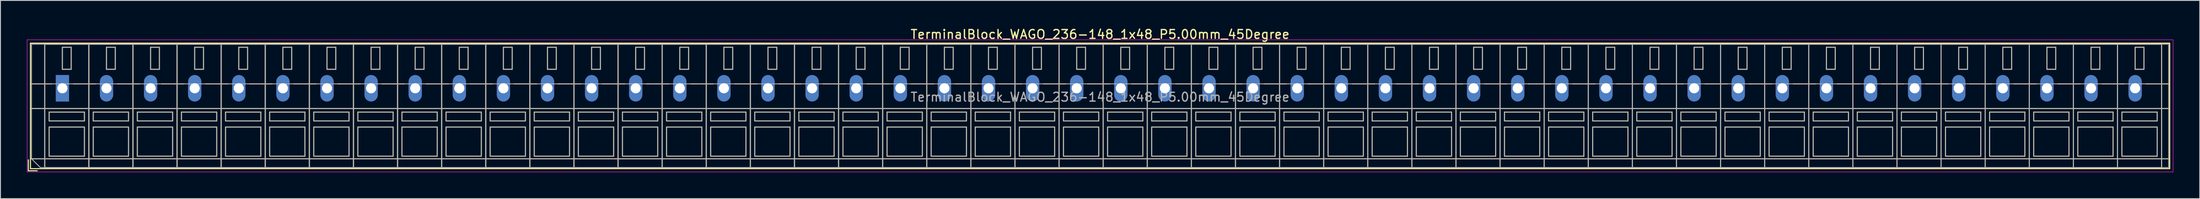
<source format=kicad_pcb>
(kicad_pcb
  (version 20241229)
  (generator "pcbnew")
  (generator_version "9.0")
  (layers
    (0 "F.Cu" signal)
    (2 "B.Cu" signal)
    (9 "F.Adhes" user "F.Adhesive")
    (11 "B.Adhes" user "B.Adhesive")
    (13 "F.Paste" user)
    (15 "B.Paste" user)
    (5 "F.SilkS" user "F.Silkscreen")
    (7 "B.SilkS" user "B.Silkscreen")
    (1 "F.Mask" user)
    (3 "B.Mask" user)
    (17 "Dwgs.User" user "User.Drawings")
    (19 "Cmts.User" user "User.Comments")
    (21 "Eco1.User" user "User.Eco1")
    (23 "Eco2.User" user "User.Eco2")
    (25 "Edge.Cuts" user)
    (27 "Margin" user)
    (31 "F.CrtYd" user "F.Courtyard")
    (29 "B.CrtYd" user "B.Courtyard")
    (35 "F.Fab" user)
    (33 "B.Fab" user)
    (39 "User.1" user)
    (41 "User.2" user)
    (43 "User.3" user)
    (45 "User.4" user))
  (footprint "TerminalBlock_WAGO_236-148_1x48_P5.00mm_45Degree"
    (layer "F.Cu")
    (at 4.025 6.968)
    (property "Reference" "TerminalBlock_WAGO_236-148_1x48_P5.00mm_45Degree" (at 117.65 -6.12 0) (layer "F.SilkS") (effects (font (size 1 1) (thickness 0.15))))
    (attr through_hole)
    (fp_line (start -3.86 8.12) (end -3.86 9.36) (stroke (width 0.12) (type solid)) (layer "F.SilkS"))
    (fp_line (start -3.86 9.36) (end -2.86 9.36) (stroke (width 0.12) (type solid)) (layer "F.SilkS"))
    (fp_line (start -3.62 -5.12) (end -3.62 9.12) (stroke (width 0.12) (type solid)) (layer "F.SilkS"))
    (fp_line (start -3.62 -5.12) (end 238.92 -5.12) (stroke (width 0.12) (type solid)) (layer "F.SilkS"))
    (fp_line (start -3.62 -0.5) (end -1.23 -0.5) (stroke (width 0.12) (type solid)) (layer "F.SilkS"))
    (fp_line (start -3.62 2.3) (end 238.92 2.3) (stroke (width 0.12) (type solid)) (layer "F.SilkS"))
    (fp_line (start -3.62 8) (end 238.92 8) (stroke (width 0.12) (type solid)) (layer "F.SilkS"))
    (fp_line (start -3.62 9.12) (end 238.92 9.12) (stroke (width 0.12) (type solid)) (layer "F.SilkS"))
    (fp_line (start -2 -5) (end -2 9) (stroke (width 0.12) (type solid)) (layer "F.SilkS"))
    (fp_line (start -2 -5) (end 3 -5) (stroke (width 0.12) (type solid)) (layer "F.SilkS"))
    (fp_line (start -2 9) (end 3 9) (stroke (width 0.12) (type solid)) (layer "F.SilkS"))
    (fp_line (start -1.5 2.7) (end -1.5 3.7) (stroke (width 0.12) (type solid)) (layer "F.SilkS"))
    (fp_line (start -1.5 2.7) (end 2.5 2.7) (stroke (width 0.12) (type solid)) (layer "F.SilkS"))
    (fp_line (start -1.5 3.7) (end 2.5 3.7) (stroke (width 0.12) (type solid)) (layer "F.SilkS"))
    (fp_line (start -1.5 4.4) (end -1.5 7.7) (stroke (width 0.12) (type solid)) (layer "F.SilkS"))
    (fp_line (start -1.5 4.4) (end 2.5 4.4) (stroke (width 0.12) (type solid)) (layer "F.SilkS"))
    (fp_line (start -1.5 7.7) (end 2.5 7.7) (stroke (width 0.12) (type solid)) (layer "F.SilkS"))
    (fp_line (start 0 -4.65) (end 0 -2.151) (stroke (width 0.12) (type solid)) (layer "F.SilkS"))
    (fp_line (start 0 -4.65) (end 1 -4.65) (stroke (width 0.12) (type solid)) (layer "F.SilkS"))
    (fp_line (start 0 -2.151) (end 1 -2.151) (stroke (width 0.12) (type solid)) (layer "F.SilkS"))
    (fp_line (start 1 -4.65) (end 1 -2.151) (stroke (width 0.12) (type solid)) (layer "F.SilkS"))
    (fp_line (start 1.23 -0.5) (end 3.77 -0.5) (stroke (width 0.12) (type solid)) (layer "F.SilkS"))
    (fp_line (start 2.5 2.7) (end 2.5 3.7) (stroke (width 0.12) (type solid)) (layer "F.SilkS"))
    (fp_line (start 2.5 4.4) (end 2.5 7.7) (stroke (width 0.12) (type solid)) (layer "F.SilkS"))
    (fp_line (start 3 -5) (end 3 9) (stroke (width 0.12) (type solid)) (layer "F.SilkS"))
    (fp_line (start 3 -5) (end 3 9) (stroke (width 0.12) (type solid)) (layer "F.SilkS"))
    (fp_line (start 3 -5) (end 8 -5) (stroke (width 0.12) (type solid)) (layer "F.SilkS"))
    (fp_line (start 3 9) (end 8 9) (stroke (width 0.12) (type solid)) (layer "F.SilkS"))
    (fp_line (start 3.5 2.7) (end 3.5 3.7) (stroke (width 0.12) (type solid)) (layer "F.SilkS"))
    (fp_line (start 3.5 2.7) (end 7.5 2.7) (stroke (width 0.12) (type solid)) (layer "F.SilkS"))
    (fp_line (start 3.5 3.7) (end 7.5 3.7) (stroke (width 0.12) (type solid)) (layer "F.SilkS"))
    (fp_line (start 3.5 4.4) (end 3.5 7.7) (stroke (width 0.12) (type solid)) (layer "F.SilkS"))
    (fp_line (start 3.5 4.4) (end 7.5 4.4) (stroke (width 0.12) (type solid)) (layer "F.SilkS"))
    (fp_line (start 3.5 7.7) (end 7.5 7.7) (stroke (width 0.12) (type solid)) (layer "F.SilkS"))
    (fp_line (start 5 -4.65) (end 5 -2.151) (stroke (width 0.12) (type solid)) (layer "F.SilkS"))
    (fp_line (start 5 -4.65) (end 6 -4.65) (stroke (width 0.12) (type solid)) (layer "F.SilkS"))
    (fp_line (start 5 -2.151) (end 6 -2.151) (stroke (width 0.12) (type solid)) (layer "F.SilkS"))
    (fp_line (start 6 -4.65) (end 6 -2.151) (stroke (width 0.12) (type solid)) (layer "F.SilkS"))
    (fp_line (start 6.23 -0.5) (end 8.77 -0.5) (stroke (width 0.12) (type solid)) (layer "F.SilkS"))
    (fp_line (start 7.5 2.7) (end 7.5 3.7) (stroke (width 0.12) (type solid)) (layer "F.SilkS"))
    (fp_line (start 7.5 4.4) (end 7.5 7.7) (stroke (width 0.12) (type solid)) (layer "F.SilkS"))
    (fp_line (start 8 -5) (end 8 9) (stroke (width 0.12) (type solid)) (layer "F.SilkS"))
    (fp_line (start 8 -5) (end 8 9) (stroke (width 0.12) (type solid)) (layer "F.SilkS"))
    (fp_line (start 8 -5) (end 13 -5) (stroke (width 0.12) (type solid)) (layer "F.SilkS"))
    (fp_line (start 8 9) (end 13 9) (stroke (width 0.12) (type solid)) (layer "F.SilkS"))
    (fp_line (start 8.5 2.7) (end 8.5 3.7) (stroke (width 0.12) (type solid)) (layer "F.SilkS"))
    (fp_line (start 8.5 2.7) (end 12.5 2.7) (stroke (width 0.12) (type solid)) (layer "F.SilkS"))
    (fp_line (start 8.5 3.7) (end 12.5 3.7) (stroke (width 0.12) (type solid)) (layer "F.SilkS"))
    (fp_line (start 8.5 4.4) (end 8.5 7.7) (stroke (width 0.12) (type solid)) (layer "F.SilkS"))
    (fp_line (start 8.5 4.4) (end 12.5 4.4) (stroke (width 0.12) (type solid)) (layer "F.SilkS"))
    (fp_line (start 8.5 7.7) (end 12.5 7.7) (stroke (width 0.12) (type solid)) (layer "F.SilkS"))
    (fp_line (start 10 -4.65) (end 10 -2.151) (stroke (width 0.12) (type solid)) (layer "F.SilkS"))
    (fp_line (start 10 -4.65) (end 11 -4.65) (stroke (width 0.12) (type solid)) (layer "F.SilkS"))
    (fp_line (start 10 -2.151) (end 11 -2.151) (stroke (width 0.12) (type solid)) (layer "F.SilkS"))
    (fp_line (start 11 -4.65) (end 11 -2.151) (stroke (width 0.12) (type solid)) (layer "F.SilkS"))
    (fp_line (start 11.23 -0.5) (end 13.77 -0.5) (stroke (width 0.12) (type solid)) (layer "F.SilkS"))
    (fp_line (start 12.5 2.7) (end 12.5 3.7) (stroke (width 0.12) (type solid)) (layer "F.SilkS"))
    (fp_line (start 12.5 4.4) (end 12.5 7.7) (stroke (width 0.12) (type solid)) (layer "F.SilkS"))
    (fp_line (start 13 -5) (end 13 9) (stroke (width 0.12) (type solid)) (layer "F.SilkS"))
    (fp_line (start 13 -5) (end 13 9) (stroke (width 0.12) (type solid)) (layer "F.SilkS"))
    (fp_line (start 13 -5) (end 18 -5) (stroke (width 0.12) (type solid)) (layer "F.SilkS"))
    (fp_line (start 13 9) (end 18 9) (stroke (width 0.12) (type solid)) (layer "F.SilkS"))
    (fp_line (start 13.5 2.7) (end 13.5 3.7) (stroke (width 0.12) (type solid)) (layer "F.SilkS"))
    (fp_line (start 13.5 2.7) (end 17.5 2.7) (stroke (width 0.12) (type solid)) (layer "F.SilkS"))
    (fp_line (start 13.5 3.7) (end 17.5 3.7) (stroke (width 0.12) (type solid)) (layer "F.SilkS"))
    (fp_line (start 13.5 4.4) (end 13.5 7.7) (stroke (width 0.12) (type solid)) (layer "F.SilkS"))
    (fp_line (start 13.5 4.4) (end 17.5 4.4) (stroke (width 0.12) (type solid)) (layer "F.SilkS"))
    (fp_line (start 13.5 7.7) (end 17.5 7.7) (stroke (width 0.12) (type solid)) (layer "F.SilkS"))
    (fp_line (start 15 -4.65) (end 15 -2.151) (stroke (width 0.12) (type solid)) (layer "F.SilkS"))
    (fp_line (start 15 -4.65) (end 16 -4.65) (stroke (width 0.12) (type solid)) (layer "F.SilkS"))
    (fp_line (start 15 -2.151) (end 16 -2.151) (stroke (width 0.12) (type solid)) (layer "F.SilkS"))
    (fp_line (start 16 -4.65) (end 16 -2.151) (stroke (width 0.12) (type solid)) (layer "F.SilkS"))
    (fp_line (start 16.23 -0.5) (end 18.77 -0.5) (stroke (width 0.12) (type solid)) (layer "F.SilkS"))
    (fp_line (start 17.5 2.7) (end 17.5 3.7) (stroke (width 0.12) (type solid)) (layer "F.SilkS"))
    (fp_line (start 17.5 4.4) (end 17.5 7.7) (stroke (width 0.12) (type solid)) (layer "F.SilkS"))
    (fp_line (start 18 -5) (end 18 9) (stroke (width 0.12) (type solid)) (layer "F.SilkS"))
    (fp_line (start 18 -5) (end 18 9) (stroke (width 0.12) (type solid)) (layer "F.SilkS"))
    (fp_line (start 18 -5) (end 23 -5) (stroke (width 0.12) (type solid)) (layer "F.SilkS"))
    (fp_line (start 18 9) (end 23 9) (stroke (width 0.12) (type solid)) (layer "F.SilkS"))
    (fp_line (start 18.5 2.7) (end 18.5 3.7) (stroke (width 0.12) (type solid)) (layer "F.SilkS"))
    (fp_line (start 18.5 2.7) (end 22.5 2.7) (stroke (width 0.12) (type solid)) (layer "F.SilkS"))
    (fp_line (start 18.5 3.7) (end 22.5 3.7) (stroke (width 0.12) (type solid)) (layer "F.SilkS"))
    (fp_line (start 18.5 4.4) (end 18.5 7.7) (stroke (width 0.12) (type solid)) (layer "F.SilkS"))
    (fp_line (start 18.5 4.4) (end 22.5 4.4) (stroke (width 0.12) (type solid)) (layer "F.SilkS"))
    (fp_line (start 18.5 7.7) (end 22.5 7.7) (stroke (width 0.12) (type solid)) (layer "F.SilkS"))
    (fp_line (start 20 -4.65) (end 20 -2.151) (stroke (width 0.12) (type solid)) (layer "F.SilkS"))
    (fp_line (start 20 -4.65) (end 21 -4.65) (stroke (width 0.12) (type solid)) (layer "F.SilkS"))
    (fp_line (start 20 -2.151) (end 21 -2.151) (stroke (width 0.12) (type solid)) (layer "F.SilkS"))
    (fp_line (start 21 -4.65) (end 21 -2.151) (stroke (width 0.12) (type solid)) (layer "F.SilkS"))
    (fp_line (start 21.23 -0.5) (end 23.77 -0.5) (stroke (width 0.12) (type solid)) (layer "F.SilkS"))
    (fp_line (start 22.5 2.7) (end 22.5 3.7) (stroke (width 0.12) (type solid)) (layer "F.SilkS"))
    (fp_line (start 22.5 4.4) (end 22.5 7.7) (stroke (width 0.12) (type solid)) (layer "F.SilkS"))
    (fp_line (start 23 -5) (end 23 9) (stroke (width 0.12) (type solid)) (layer "F.SilkS"))
    (fp_line (start 23 -5) (end 23 9) (stroke (width 0.12) (type solid)) (layer "F.SilkS"))
    (fp_line (start 23 -5) (end 28 -5) (stroke (width 0.12) (type solid)) (layer "F.SilkS"))
    (fp_line (start 23 9) (end 28 9) (stroke (width 0.12) (type solid)) (layer "F.SilkS"))
    (fp_line (start 23.5 2.7) (end 23.5 3.7) (stroke (width 0.12) (type solid)) (layer "F.SilkS"))
    (fp_line (start 23.5 2.7) (end 27.5 2.7) (stroke (width 0.12) (type solid)) (layer "F.SilkS"))
    (fp_line (start 23.5 3.7) (end 27.5 3.7) (stroke (width 0.12) (type solid)) (layer "F.SilkS"))
    (fp_line (start 23.5 4.4) (end 23.5 7.7) (stroke (width 0.12) (type solid)) (layer "F.SilkS"))
    (fp_line (start 23.5 4.4) (end 27.5 4.4) (stroke (width 0.12) (type solid)) (layer "F.SilkS"))
    (fp_line (start 23.5 7.7) (end 27.5 7.7) (stroke (width 0.12) (type solid)) (layer "F.SilkS"))
    (fp_line (start 25 -4.65) (end 25 -2.151) (stroke (width 0.12) (type solid)) (layer "F.SilkS"))
    (fp_line (start 25 -4.65) (end 26 -4.65) (stroke (width 0.12) (type solid)) (layer "F.SilkS"))
    (fp_line (start 25 -2.151) (end 26 -2.151) (stroke (width 0.12) (type solid)) (layer "F.SilkS"))
    (fp_line (start 26 -4.65) (end 26 -2.151) (stroke (width 0.12) (type solid)) (layer "F.SilkS"))
    (fp_line (start 26.23 -0.5) (end 28.77 -0.5) (stroke (width 0.12) (type solid)) (layer "F.SilkS"))
    (fp_line (start 27.5 2.7) (end 27.5 3.7) (stroke (width 0.12) (type solid)) (layer "F.SilkS"))
    (fp_line (start 27.5 4.4) (end 27.5 7.7) (stroke (width 0.12) (type solid)) (layer "F.SilkS"))
    (fp_line (start 28 -5) (end 28 9) (stroke (width 0.12) (type solid)) (layer "F.SilkS"))
    (fp_line (start 28 -5) (end 28 9) (stroke (width 0.12) (type solid)) (layer "F.SilkS"))
    (fp_line (start 28 -5) (end 33 -5) (stroke (width 0.12) (type solid)) (layer "F.SilkS"))
    (fp_line (start 28 9) (end 33 9) (stroke (width 0.12) (type solid)) (layer "F.SilkS"))
    (fp_line (start 28.5 2.7) (end 28.5 3.7) (stroke (width 0.12) (type solid)) (layer "F.SilkS"))
    (fp_line (start 28.5 2.7) (end 32.5 2.7) (stroke (width 0.12) (type solid)) (layer "F.SilkS"))
    (fp_line (start 28.5 3.7) (end 32.5 3.7) (stroke (width 0.12) (type solid)) (layer "F.SilkS"))
    (fp_line (start 28.5 4.4) (end 28.5 7.7) (stroke (width 0.12) (type solid)) (layer "F.SilkS"))
    (fp_line (start 28.5 4.4) (end 32.5 4.4) (stroke (width 0.12) (type solid)) (layer "F.SilkS"))
    (fp_line (start 28.5 7.7) (end 32.5 7.7) (stroke (width 0.12) (type solid)) (layer "F.SilkS"))
    (fp_line (start 30 -4.65) (end 30 -2.151) (stroke (width 0.12) (type solid)) (layer "F.SilkS"))
    (fp_line (start 30 -4.65) (end 31 -4.65) (stroke (width 0.12) (type solid)) (layer "F.SilkS"))
    (fp_line (start 30 -2.151) (end 31 -2.151) (stroke (width 0.12) (type solid)) (layer "F.SilkS"))
    (fp_line (start 31 -4.65) (end 31 -2.151) (stroke (width 0.12) (type solid)) (layer "F.SilkS"))
    (fp_line (start 31.23 -0.5) (end 33.77 -0.5) (stroke (width 0.12) (type solid)) (layer "F.SilkS"))
    (fp_line (start 32.5 2.7) (end 32.5 3.7) (stroke (width 0.12) (type solid)) (layer "F.SilkS"))
    (fp_line (start 32.5 4.4) (end 32.5 7.7) (stroke (width 0.12) (type solid)) (layer "F.SilkS"))
    (fp_line (start 33 -5) (end 33 9) (stroke (width 0.12) (type solid)) (layer "F.SilkS"))
    (fp_line (start 33 -5) (end 33 9) (stroke (width 0.12) (type solid)) (layer "F.SilkS"))
    (fp_line (start 33 -5) (end 38 -5) (stroke (width 0.12) (type solid)) (layer "F.SilkS"))
    (fp_line (start 33 9) (end 38 9) (stroke (width 0.12) (type solid)) (layer "F.SilkS"))
    (fp_line (start 33.5 2.7) (end 33.5 3.7) (stroke (width 0.12) (type solid)) (layer "F.SilkS"))
    (fp_line (start 33.5 2.7) (end 37.5 2.7) (stroke (width 0.12) (type solid)) (layer "F.SilkS"))
    (fp_line (start 33.5 3.7) (end 37.5 3.7) (stroke (width 0.12) (type solid)) (layer "F.SilkS"))
    (fp_line (start 33.5 4.4) (end 33.5 7.7) (stroke (width 0.12) (type solid)) (layer "F.SilkS"))
    (fp_line (start 33.5 4.4) (end 37.5 4.4) (stroke (width 0.12) (type solid)) (layer "F.SilkS"))
    (fp_line (start 33.5 7.7) (end 37.5 7.7) (stroke (width 0.12) (type solid)) (layer "F.SilkS"))
    (fp_line (start 35 -4.65) (end 35 -2.151) (stroke (width 0.12) (type solid)) (layer "F.SilkS"))
    (fp_line (start 35 -4.65) (end 36 -4.65) (stroke (width 0.12) (type solid)) (layer "F.SilkS"))
    (fp_line (start 35 -2.151) (end 36 -2.151) (stroke (width 0.12) (type solid)) (layer "F.SilkS"))
    (fp_line (start 36 -4.65) (end 36 -2.151) (stroke (width 0.12) (type solid)) (layer "F.SilkS"))
    (fp_line (start 36.23 -0.5) (end 38.77 -0.5) (stroke (width 0.12) (type solid)) (layer "F.SilkS"))
    (fp_line (start 37.5 2.7) (end 37.5 3.7) (stroke (width 0.12) (type solid)) (layer "F.SilkS"))
    (fp_line (start 37.5 4.4) (end 37.5 7.7) (stroke (width 0.12) (type solid)) (layer "F.SilkS"))
    (fp_line (start 38 -5) (end 38 9) (stroke (width 0.12) (type solid)) (layer "F.SilkS"))
    (fp_line (start 38 -5) (end 38 9) (stroke (width 0.12) (type solid)) (layer "F.SilkS"))
    (fp_line (start 38 -5) (end 43 -5) (stroke (width 0.12) (type solid)) (layer "F.SilkS"))
    (fp_line (start 38 9) (end 43 9) (stroke (width 0.12) (type solid)) (layer "F.SilkS"))
    (fp_line (start 38.5 2.7) (end 38.5 3.7) (stroke (width 0.12) (type solid)) (layer "F.SilkS"))
    (fp_line (start 38.5 2.7) (end 42.5 2.7) (stroke (width 0.12) (type solid)) (layer "F.SilkS"))
    (fp_line (start 38.5 3.7) (end 42.5 3.7) (stroke (width 0.12) (type solid)) (layer "F.SilkS"))
    (fp_line (start 38.5 4.4) (end 38.5 7.7) (stroke (width 0.12) (type solid)) (layer "F.SilkS"))
    (fp_line (start 38.5 4.4) (end 42.5 4.4) (stroke (width 0.12) (type solid)) (layer "F.SilkS"))
    (fp_line (start 38.5 7.7) (end 42.5 7.7) (stroke (width 0.12) (type solid)) (layer "F.SilkS"))
    (fp_line (start 40 -4.65) (end 40 -2.151) (stroke (width 0.12) (type solid)) (layer "F.SilkS"))
    (fp_line (start 40 -4.65) (end 41 -4.65) (stroke (width 0.12) (type solid)) (layer "F.SilkS"))
    (fp_line (start 40 -2.151) (end 41 -2.151) (stroke (width 0.12) (type solid)) (layer "F.SilkS"))
    (fp_line (start 41 -4.65) (end 41 -2.151) (stroke (width 0.12) (type solid)) (layer "F.SilkS"))
    (fp_line (start 41.23 -0.5) (end 43.77 -0.5) (stroke (width 0.12) (type solid)) (layer "F.SilkS"))
    (fp_line (start 42.5 2.7) (end 42.5 3.7) (stroke (width 0.12) (type solid)) (layer "F.SilkS"))
    (fp_line (start 42.5 4.4) (end 42.5 7.7) (stroke (width 0.12) (type solid)) (layer "F.SilkS"))
    (fp_line (start 43 -5) (end 43 9) (stroke (width 0.12) (type solid)) (layer "F.SilkS"))
    (fp_line (start 43 -5) (end 43 9) (stroke (width 0.12) (type solid)) (layer "F.SilkS"))
    (fp_line (start 43 -5) (end 48 -5) (stroke (width 0.12) (type solid)) (layer "F.SilkS"))
    (fp_line (start 43 9) (end 48 9) (stroke (width 0.12) (type solid)) (layer "F.SilkS"))
    (fp_line (start 43.5 2.7) (end 43.5 3.7) (stroke (width 0.12) (type solid)) (layer "F.SilkS"))
    (fp_line (start 43.5 2.7) (end 47.5 2.7) (stroke (width 0.12) (type solid)) (layer "F.SilkS"))
    (fp_line (start 43.5 3.7) (end 47.5 3.7) (stroke (width 0.12) (type solid)) (layer "F.SilkS"))
    (fp_line (start 43.5 4.4) (end 43.5 7.7) (stroke (width 0.12) (type solid)) (layer "F.SilkS"))
    (fp_line (start 43.5 4.4) (end 47.5 4.4) (stroke (width 0.12) (type solid)) (layer "F.SilkS"))
    (fp_line (start 43.5 7.7) (end 47.5 7.7) (stroke (width 0.12) (type solid)) (layer "F.SilkS"))
    (fp_line (start 45 -4.65) (end 45 -2.151) (stroke (width 0.12) (type solid)) (layer "F.SilkS"))
    (fp_line (start 45 -4.65) (end 46 -4.65) (stroke (width 0.12) (type solid)) (layer "F.SilkS"))
    (fp_line (start 45 -2.151) (end 46 -2.151) (stroke (width 0.12) (type solid)) (layer "F.SilkS"))
    (fp_line (start 46 -4.65) (end 46 -2.151) (stroke (width 0.12) (type solid)) (layer "F.SilkS"))
    (fp_line (start 46.23 -0.5) (end 48.77 -0.5) (stroke (width 0.12) (type solid)) (layer "F.SilkS"))
    (fp_line (start 47.5 2.7) (end 47.5 3.7) (stroke (width 0.12) (type solid)) (layer "F.SilkS"))
    (fp_line (start 47.5 4.4) (end 47.5 7.7) (stroke (width 0.12) (type solid)) (layer "F.SilkS"))
    (fp_line (start 48 -5) (end 48 9) (stroke (width 0.12) (type solid)) (layer "F.SilkS"))
    (fp_line (start 48 -5) (end 48 9) (stroke (width 0.12) (type solid)) (layer "F.SilkS"))
    (fp_line (start 48 -5) (end 53 -5) (stroke (width 0.12) (type solid)) (layer "F.SilkS"))
    (fp_line (start 48 9) (end 53 9) (stroke (width 0.12) (type solid)) (layer "F.SilkS"))
    (fp_line (start 48.5 2.7) (end 48.5 3.7) (stroke (width 0.12) (type solid)) (layer "F.SilkS"))
    (fp_line (start 48.5 2.7) (end 52.5 2.7) (stroke (width 0.12) (type solid)) (layer "F.SilkS"))
    (fp_line (start 48.5 3.7) (end 52.5 3.7) (stroke (width 0.12) (type solid)) (layer "F.SilkS"))
    (fp_line (start 48.5 4.4) (end 48.5 7.7) (stroke (width 0.12) (type solid)) (layer "F.SilkS"))
    (fp_line (start 48.5 4.4) (end 52.5 4.4) (stroke (width 0.12) (type solid)) (layer "F.SilkS"))
    (fp_line (start 48.5 7.7) (end 52.5 7.7) (stroke (width 0.12) (type solid)) (layer "F.SilkS"))
    (fp_line (start 50 -4.65) (end 50 -2.151) (stroke (width 0.12) (type solid)) (layer "F.SilkS"))
    (fp_line (start 50 -4.65) (end 51 -4.65) (stroke (width 0.12) (type solid)) (layer "F.SilkS"))
    (fp_line (start 50 -2.151) (end 51 -2.151) (stroke (width 0.12) (type solid)) (layer "F.SilkS"))
    (fp_line (start 51 -4.65) (end 51 -2.151) (stroke (width 0.12) (type solid)) (layer "F.SilkS"))
    (fp_line (start 51.23 -0.5) (end 53.77 -0.5) (stroke (width 0.12) (type solid)) (layer "F.SilkS"))
    (fp_line (start 52.5 2.7) (end 52.5 3.7) (stroke (width 0.12) (type solid)) (layer "F.SilkS"))
    (fp_line (start 52.5 4.4) (end 52.5 7.7) (stroke (width 0.12) (type solid)) (layer "F.SilkS"))
    (fp_line (start 53 -5) (end 53 9) (stroke (width 0.12) (type solid)) (layer "F.SilkS"))
    (fp_line (start 53 -5) (end 53 9) (stroke (width 0.12) (type solid)) (layer "F.SilkS"))
    (fp_line (start 53 -5) (end 58 -5) (stroke (width 0.12) (type solid)) (layer "F.SilkS"))
    (fp_line (start 53 9) (end 58 9) (stroke (width 0.12) (type solid)) (layer "F.SilkS"))
    (fp_line (start 53.5 2.7) (end 53.5 3.7) (stroke (width 0.12) (type solid)) (layer "F.SilkS"))
    (fp_line (start 53.5 2.7) (end 57.5 2.7) (stroke (width 0.12) (type solid)) (layer "F.SilkS"))
    (fp_line (start 53.5 3.7) (end 57.5 3.7) (stroke (width 0.12) (type solid)) (layer "F.SilkS"))
    (fp_line (start 53.5 4.4) (end 53.5 7.7) (stroke (width 0.12) (type solid)) (layer "F.SilkS"))
    (fp_line (start 53.5 4.4) (end 57.5 4.4) (stroke (width 0.12) (type solid)) (layer "F.SilkS"))
    (fp_line (start 53.5 7.7) (end 57.5 7.7) (stroke (width 0.12) (type solid)) (layer "F.SilkS"))
    (fp_line (start 55 -4.65) (end 55 -2.151) (stroke (width 0.12) (type solid)) (layer "F.SilkS"))
    (fp_line (start 55 -4.65) (end 56 -4.65) (stroke (width 0.12) (type solid)) (layer "F.SilkS"))
    (fp_line (start 55 -2.151) (end 56 -2.151) (stroke (width 0.12) (type solid)) (layer "F.SilkS"))
    (fp_line (start 56 -4.65) (end 56 -2.151) (stroke (width 0.12) (type solid)) (layer "F.SilkS"))
    (fp_line (start 56.23 -0.5) (end 58.77 -0.5) (stroke (width 0.12) (type solid)) (layer "F.SilkS"))
    (fp_line (start 57.5 2.7) (end 57.5 3.7) (stroke (width 0.12) (type solid)) (layer "F.SilkS"))
    (fp_line (start 57.5 4.4) (end 57.5 7.7) (stroke (width 0.12) (type solid)) (layer "F.SilkS"))
    (fp_line (start 58 -5) (end 58 9) (stroke (width 0.12) (type solid)) (layer "F.SilkS"))
    (fp_line (start 58 -5) (end 58 9) (stroke (width 0.12) (type solid)) (layer "F.SilkS"))
    (fp_line (start 58 -5) (end 63 -5) (stroke (width 0.12) (type solid)) (layer "F.SilkS"))
    (fp_line (start 58 9) (end 63 9) (stroke (width 0.12) (type solid)) (layer "F.SilkS"))
    (fp_line (start 58.5 2.7) (end 58.5 3.7) (stroke (width 0.12) (type solid)) (layer "F.SilkS"))
    (fp_line (start 58.5 2.7) (end 62.5 2.7) (stroke (width 0.12) (type solid)) (layer "F.SilkS"))
    (fp_line (start 58.5 3.7) (end 62.5 3.7) (stroke (width 0.12) (type solid)) (layer "F.SilkS"))
    (fp_line (start 58.5 4.4) (end 58.5 7.7) (stroke (width 0.12) (type solid)) (layer "F.SilkS"))
    (fp_line (start 58.5 4.4) (end 62.5 4.4) (stroke (width 0.12) (type solid)) (layer "F.SilkS"))
    (fp_line (start 58.5 7.7) (end 62.5 7.7) (stroke (width 0.12) (type solid)) (layer "F.SilkS"))
    (fp_line (start 60 -4.65) (end 60 -2.151) (stroke (width 0.12) (type solid)) (layer "F.SilkS"))
    (fp_line (start 60 -4.65) (end 61 -4.65) (stroke (width 0.12) (type solid)) (layer "F.SilkS"))
    (fp_line (start 60 -2.151) (end 61 -2.151) (stroke (width 0.12) (type solid)) (layer "F.SilkS"))
    (fp_line (start 61 -4.65) (end 61 -2.151) (stroke (width 0.12) (type solid)) (layer "F.SilkS"))
    (fp_line (start 61.23 -0.5) (end 63.77 -0.5) (stroke (width 0.12) (type solid)) (layer "F.SilkS"))
    (fp_line (start 62.5 2.7) (end 62.5 3.7) (stroke (width 0.12) (type solid)) (layer "F.SilkS"))
    (fp_line (start 62.5 4.4) (end 62.5 7.7) (stroke (width 0.12) (type solid)) (layer "F.SilkS"))
    (fp_line (start 63 -5) (end 63 9) (stroke (width 0.12) (type solid)) (layer "F.SilkS"))
    (fp_line (start 63 -5) (end 63 9) (stroke (width 0.12) (type solid)) (layer "F.SilkS"))
    (fp_line (start 63 -5) (end 68 -5) (stroke (width 0.12) (type solid)) (layer "F.SilkS"))
    (fp_line (start 63 9) (end 68 9) (stroke (width 0.12) (type solid)) (layer "F.SilkS"))
    (fp_line (start 63.5 2.7) (end 63.5 3.7) (stroke (width 0.12) (type solid)) (layer "F.SilkS"))
    (fp_line (start 63.5 2.7) (end 67.5 2.7) (stroke (width 0.12) (type solid)) (layer "F.SilkS"))
    (fp_line (start 63.5 3.7) (end 67.5 3.7) (stroke (width 0.12) (type solid)) (layer "F.SilkS"))
    (fp_line (start 63.5 4.4) (end 63.5 7.7) (stroke (width 0.12) (type solid)) (layer "F.SilkS"))
    (fp_line (start 63.5 4.4) (end 67.5 4.4) (stroke (width 0.12) (type solid)) (layer "F.SilkS"))
    (fp_line (start 63.5 7.7) (end 67.5 7.7) (stroke (width 0.12) (type solid)) (layer "F.SilkS"))
    (fp_line (start 65 -4.65) (end 65 -2.151) (stroke (width 0.12) (type solid)) (layer "F.SilkS"))
    (fp_line (start 65 -4.65) (end 66 -4.65) (stroke (width 0.12) (type solid)) (layer "F.SilkS"))
    (fp_line (start 65 -2.151) (end 66 -2.151) (stroke (width 0.12) (type solid)) (layer "F.SilkS"))
    (fp_line (start 66 -4.65) (end 66 -2.151) (stroke (width 0.12) (type solid)) (layer "F.SilkS"))
    (fp_line (start 66.23 -0.5) (end 68.77 -0.5) (stroke (width 0.12) (type solid)) (layer "F.SilkS"))
    (fp_line (start 67.5 2.7) (end 67.5 3.7) (stroke (width 0.12) (type solid)) (layer "F.SilkS"))
    (fp_line (start 67.5 4.4) (end 67.5 7.7) (stroke (width 0.12) (type solid)) (layer "F.SilkS"))
    (fp_line (start 68 -5) (end 68 9) (stroke (width 0.12) (type solid)) (layer "F.SilkS"))
    (fp_line (start 68 -5) (end 68 9) (stroke (width 0.12) (type solid)) (layer "F.SilkS"))
    (fp_line (start 68 -5) (end 73 -5) (stroke (width 0.12) (type solid)) (layer "F.SilkS"))
    (fp_line (start 68 9) (end 73 9) (stroke (width 0.12) (type solid)) (layer "F.SilkS"))
    (fp_line (start 68.5 2.7) (end 68.5 3.7) (stroke (width 0.12) (type solid)) (layer "F.SilkS"))
    (fp_line (start 68.5 2.7) (end 72.5 2.7) (stroke (width 0.12) (type solid)) (layer "F.SilkS"))
    (fp_line (start 68.5 3.7) (end 72.5 3.7) (stroke (width 0.12) (type solid)) (layer "F.SilkS"))
    (fp_line (start 68.5 4.4) (end 68.5 7.7) (stroke (width 0.12) (type solid)) (layer "F.SilkS"))
    (fp_line (start 68.5 4.4) (end 72.5 4.4) (stroke (width 0.12) (type solid)) (layer "F.SilkS"))
    (fp_line (start 68.5 7.7) (end 72.5 7.7) (stroke (width 0.12) (type solid)) (layer "F.SilkS"))
    (fp_line (start 70 -4.65) (end 70 -2.151) (stroke (width 0.12) (type solid)) (layer "F.SilkS"))
    (fp_line (start 70 -4.65) (end 71 -4.65) (stroke (width 0.12) (type solid)) (layer "F.SilkS"))
    (fp_line (start 70 -2.151) (end 71 -2.151) (stroke (width 0.12) (type solid)) (layer "F.SilkS"))
    (fp_line (start 71 -4.65) (end 71 -2.151) (stroke (width 0.12) (type solid)) (layer "F.SilkS"))
    (fp_line (start 71.23 -0.5) (end 73.77 -0.5) (stroke (width 0.12) (type solid)) (layer "F.SilkS"))
    (fp_line (start 72.5 2.7) (end 72.5 3.7) (stroke (width 0.12) (type solid)) (layer "F.SilkS"))
    (fp_line (start 72.5 4.4) (end 72.5 7.7) (stroke (width 0.12) (type solid)) (layer "F.SilkS"))
    (fp_line (start 73 -5) (end 73 9) (stroke (width 0.12) (type solid)) (layer "F.SilkS"))
    (fp_line (start 73 -5) (end 73 9) (stroke (width 0.12) (type solid)) (layer "F.SilkS"))
    (fp_line (start 73 -5) (end 78 -5) (stroke (width 0.12) (type solid)) (layer "F.SilkS"))
    (fp_line (start 73 9) (end 78 9) (stroke (width 0.12) (type solid)) (layer "F.SilkS"))
    (fp_line (start 73.5 2.7) (end 73.5 3.7) (stroke (width 0.12) (type solid)) (layer "F.SilkS"))
    (fp_line (start 73.5 2.7) (end 77.5 2.7) (stroke (width 0.12) (type solid)) (layer "F.SilkS"))
    (fp_line (start 73.5 3.7) (end 77.5 3.7) (stroke (width 0.12) (type solid)) (layer "F.SilkS"))
    (fp_line (start 73.5 4.4) (end 73.5 7.7) (stroke (width 0.12) (type solid)) (layer "F.SilkS"))
    (fp_line (start 73.5 4.4) (end 77.5 4.4) (stroke (width 0.12) (type solid)) (layer "F.SilkS"))
    (fp_line (start 73.5 7.7) (end 77.5 7.7) (stroke (width 0.12) (type solid)) (layer "F.SilkS"))
    (fp_line (start 75 -4.65) (end 75 -2.151) (stroke (width 0.12) (type solid)) (layer "F.SilkS"))
    (fp_line (start 75 -4.65) (end 76 -4.65) (stroke (width 0.12) (type solid)) (layer "F.SilkS"))
    (fp_line (start 75 -2.151) (end 76 -2.151) (stroke (width 0.12) (type solid)) (layer "F.SilkS"))
    (fp_line (start 76 -4.65) (end 76 -2.151) (stroke (width 0.12) (type solid)) (layer "F.SilkS"))
    (fp_line (start 76.23 -0.5) (end 78.77 -0.5) (stroke (width 0.12) (type solid)) (layer "F.SilkS"))
    (fp_line (start 77.5 2.7) (end 77.5 3.7) (stroke (width 0.12) (type solid)) (layer "F.SilkS"))
    (fp_line (start 77.5 4.4) (end 77.5 7.7) (stroke (width 0.12) (type solid)) (layer "F.SilkS"))
    (fp_line (start 78 -5) (end 78 9) (stroke (width 0.12) (type solid)) (layer "F.SilkS"))
    (fp_line (start 78 -5) (end 78 9) (stroke (width 0.12) (type solid)) (layer "F.SilkS"))
    (fp_line (start 78 -5) (end 83 -5) (stroke (width 0.12) (type solid)) (layer "F.SilkS"))
    (fp_line (start 78 9) (end 83 9) (stroke (width 0.12) (type solid)) (layer "F.SilkS"))
    (fp_line (start 78.5 2.7) (end 78.5 3.7) (stroke (width 0.12) (type solid)) (layer "F.SilkS"))
    (fp_line (start 78.5 2.7) (end 82.5 2.7) (stroke (width 0.12) (type solid)) (layer "F.SilkS"))
    (fp_line (start 78.5 3.7) (end 82.5 3.7) (stroke (width 0.12) (type solid)) (layer "F.SilkS"))
    (fp_line (start 78.5 4.4) (end 78.5 7.7) (stroke (width 0.12) (type solid)) (layer "F.SilkS"))
    (fp_line (start 78.5 4.4) (end 82.5 4.4) (stroke (width 0.12) (type solid)) (layer "F.SilkS"))
    (fp_line (start 78.5 7.7) (end 82.5 7.7) (stroke (width 0.12) (type solid)) (layer "F.SilkS"))
    (fp_line (start 80 -4.65) (end 80 -2.151) (stroke (width 0.12) (type solid)) (layer "F.SilkS"))
    (fp_line (start 80 -4.65) (end 81 -4.65) (stroke (width 0.12) (type solid)) (layer "F.SilkS"))
    (fp_line (start 80 -2.151) (end 81 -2.151) (stroke (width 0.12) (type solid)) (layer "F.SilkS"))
    (fp_line (start 81 -4.65) (end 81 -2.151) (stroke (width 0.12) (type solid)) (layer "F.SilkS"))
    (fp_line (start 81.23 -0.5) (end 83.77 -0.5) (stroke (width 0.12) (type solid)) (layer "F.SilkS"))
    (fp_line (start 82.5 2.7) (end 82.5 3.7) (stroke (width 0.12) (type solid)) (layer "F.SilkS"))
    (fp_line (start 82.5 4.4) (end 82.5 7.7) (stroke (width 0.12) (type solid)) (layer "F.SilkS"))
    (fp_line (start 83 -5) (end 83 9) (stroke (width 0.12) (type solid)) (layer "F.SilkS"))
    (fp_line (start 83 -5) (end 83 9) (stroke (width 0.12) (type solid)) (layer "F.SilkS"))
    (fp_line (start 83 -5) (end 88 -5) (stroke (width 0.12) (type solid)) (layer "F.SilkS"))
    (fp_line (start 83 9) (end 88 9) (stroke (width 0.12) (type solid)) (layer "F.SilkS"))
    (fp_line (start 83.5 2.7) (end 83.5 3.7) (stroke (width 0.12) (type solid)) (layer "F.SilkS"))
    (fp_line (start 83.5 2.7) (end 87.5 2.7) (stroke (width 0.12) (type solid)) (layer "F.SilkS"))
    (fp_line (start 83.5 3.7) (end 87.5 3.7) (stroke (width 0.12) (type solid)) (layer "F.SilkS"))
    (fp_line (start 83.5 4.4) (end 83.5 7.7) (stroke (width 0.12) (type solid)) (layer "F.SilkS"))
    (fp_line (start 83.5 4.4) (end 87.5 4.4) (stroke (width 0.12) (type solid)) (layer "F.SilkS"))
    (fp_line (start 83.5 7.7) (end 87.5 7.7) (stroke (width 0.12) (type solid)) (layer "F.SilkS"))
    (fp_line (start 85 -4.65) (end 85 -2.151) (stroke (width 0.12) (type solid)) (layer "F.SilkS"))
    (fp_line (start 85 -4.65) (end 86 -4.65) (stroke (width 0.12) (type solid)) (layer "F.SilkS"))
    (fp_line (start 85 -2.151) (end 86 -2.151) (stroke (width 0.12) (type solid)) (layer "F.SilkS"))
    (fp_line (start 86 -4.65) (end 86 -2.151) (stroke (width 0.12) (type solid)) (layer "F.SilkS"))
    (fp_line (start 86.23 -0.5) (end 88.77 -0.5) (stroke (width 0.12) (type solid)) (layer "F.SilkS"))
    (fp_line (start 87.5 2.7) (end 87.5 3.7) (stroke (width 0.12) (type solid)) (layer "F.SilkS"))
    (fp_line (start 87.5 4.4) (end 87.5 7.7) (stroke (width 0.12) (type solid)) (layer "F.SilkS"))
    (fp_line (start 88 -5) (end 88 9) (stroke (width 0.12) (type solid)) (layer "F.SilkS"))
    (fp_line (start 88 -5) (end 88 9) (stroke (width 0.12) (type solid)) (layer "F.SilkS"))
    (fp_line (start 88 -5) (end 93 -5) (stroke (width 0.12) (type solid)) (layer "F.SilkS"))
    (fp_line (start 88 9) (end 93 9) (stroke (width 0.12) (type solid)) (layer "F.SilkS"))
    (fp_line (start 88.5 2.7) (end 88.5 3.7) (stroke (width 0.12) (type solid)) (layer "F.SilkS"))
    (fp_line (start 88.5 2.7) (end 92.5 2.7) (stroke (width 0.12) (type solid)) (layer "F.SilkS"))
    (fp_line (start 88.5 3.7) (end 92.5 3.7) (stroke (width 0.12) (type solid)) (layer "F.SilkS"))
    (fp_line (start 88.5 4.4) (end 88.5 7.7) (stroke (width 0.12) (type solid)) (layer "F.SilkS"))
    (fp_line (start 88.5 4.4) (end 92.5 4.4) (stroke (width 0.12) (type solid)) (layer "F.SilkS"))
    (fp_line (start 88.5 7.7) (end 92.5 7.7) (stroke (width 0.12) (type solid)) (layer "F.SilkS"))
    (fp_line (start 90 -4.65) (end 90 -2.151) (stroke (width 0.12) (type solid)) (layer "F.SilkS"))
    (fp_line (start 90 -4.65) (end 91 -4.65) (stroke (width 0.12) (type solid)) (layer "F.SilkS"))
    (fp_line (start 90 -2.151) (end 91 -2.151) (stroke (width 0.12) (type solid)) (layer "F.SilkS"))
    (fp_line (start 91 -4.65) (end 91 -2.151) (stroke (width 0.12) (type solid)) (layer "F.SilkS"))
    (fp_line (start 91.23 -0.5) (end 93.77 -0.5) (stroke (width 0.12) (type solid)) (layer "F.SilkS"))
    (fp_line (start 92.5 2.7) (end 92.5 3.7) (stroke (width 0.12) (type solid)) (layer "F.SilkS"))
    (fp_line (start 92.5 4.4) (end 92.5 7.7) (stroke (width 0.12) (type solid)) (layer "F.SilkS"))
    (fp_line (start 93 -5) (end 93 9) (stroke (width 0.12) (type solid)) (layer "F.SilkS"))
    (fp_line (start 93 -5) (end 93 9) (stroke (width 0.12) (type solid)) (layer "F.SilkS"))
    (fp_line (start 93 -5) (end 98 -5) (stroke (width 0.12) (type solid)) (layer "F.SilkS"))
    (fp_line (start 93 9) (end 98 9) (stroke (width 0.12) (type solid)) (layer "F.SilkS"))
    (fp_line (start 93.5 2.7) (end 93.5 3.7) (stroke (width 0.12) (type solid)) (layer "F.SilkS"))
    (fp_line (start 93.5 2.7) (end 97.5 2.7) (stroke (width 0.12) (type solid)) (layer "F.SilkS"))
    (fp_line (start 93.5 3.7) (end 97.5 3.7) (stroke (width 0.12) (type solid)) (layer "F.SilkS"))
    (fp_line (start 93.5 4.4) (end 93.5 7.7) (stroke (width 0.12) (type solid)) (layer "F.SilkS"))
    (fp_line (start 93.5 4.4) (end 97.5 4.4) (stroke (width 0.12) (type solid)) (layer "F.SilkS"))
    (fp_line (start 93.5 7.7) (end 97.5 7.7) (stroke (width 0.12) (type solid)) (layer "F.SilkS"))
    (fp_line (start 95 -4.65) (end 95 -2.151) (stroke (width 0.12) (type solid)) (layer "F.SilkS"))
    (fp_line (start 95 -4.65) (end 96 -4.65) (stroke (width 0.12) (type solid)) (layer "F.SilkS"))
    (fp_line (start 95 -2.151) (end 96 -2.151) (stroke (width 0.12) (type solid)) (layer "F.SilkS"))
    (fp_line (start 96 -4.65) (end 96 -2.151) (stroke (width 0.12) (type solid)) (layer "F.SilkS"))
    (fp_line (start 96.23 -0.5) (end 98.77 -0.5) (stroke (width 0.12) (type solid)) (layer "F.SilkS"))
    (fp_line (start 97.5 2.7) (end 97.5 3.7) (stroke (width 0.12) (type solid)) (layer "F.SilkS"))
    (fp_line (start 97.5 4.4) (end 97.5 7.7) (stroke (width 0.12) (type solid)) (layer "F.SilkS"))
    (fp_line (start 98 -5) (end 98 9) (stroke (width 0.12) (type solid)) (layer "F.SilkS"))
    (fp_line (start 98 -5) (end 98 9) (stroke (width 0.12) (type solid)) (layer "F.SilkS"))
    (fp_line (start 98 -5) (end 103 -5) (stroke (width 0.12) (type solid)) (layer "F.SilkS"))
    (fp_line (start 98 9) (end 103 9) (stroke (width 0.12) (type solid)) (layer "F.SilkS"))
    (fp_line (start 98.5 2.7) (end 98.5 3.7) (stroke (width 0.12) (type solid)) (layer "F.SilkS"))
    (fp_line (start 98.5 2.7) (end 102.5 2.7) (stroke (width 0.12) (type solid)) (layer "F.SilkS"))
    (fp_line (start 98.5 3.7) (end 102.5 3.7) (stroke (width 0.12) (type solid)) (layer "F.SilkS"))
    (fp_line (start 98.5 4.4) (end 98.5 7.7) (stroke (width 0.12) (type solid)) (layer "F.SilkS"))
    (fp_line (start 98.5 4.4) (end 102.5 4.4) (stroke (width 0.12) (type solid)) (layer "F.SilkS"))
    (fp_line (start 98.5 7.7) (end 102.5 7.7) (stroke (width 0.12) (type solid)) (layer "F.SilkS"))
    (fp_line (start 100 -4.65) (end 100 -2.151) (stroke (width 0.12) (type solid)) (layer "F.SilkS"))
    (fp_line (start 100 -4.65) (end 101 -4.65) (stroke (width 0.12) (type solid)) (layer "F.SilkS"))
    (fp_line (start 100 -2.151) (end 101 -2.151) (stroke (width 0.12) (type solid)) (layer "F.SilkS"))
    (fp_line (start 101 -4.65) (end 101 -2.151) (stroke (width 0.12) (type solid)) (layer "F.SilkS"))
    (fp_line (start 101.23 -0.5) (end 103.77 -0.5) (stroke (width 0.12) (type solid)) (layer "F.SilkS"))
    (fp_line (start 102.5 2.7) (end 102.5 3.7) (stroke (width 0.12) (type solid)) (layer "F.SilkS"))
    (fp_line (start 102.5 4.4) (end 102.5 7.7) (stroke (width 0.12) (type solid)) (layer "F.SilkS"))
    (fp_line (start 103 -5) (end 103 9) (stroke (width 0.12) (type solid)) (layer "F.SilkS"))
    (fp_line (start 103 -5) (end 103 9) (stroke (width 0.12) (type solid)) (layer "F.SilkS"))
    (fp_line (start 103 -5) (end 108 -5) (stroke (width 0.12) (type solid)) (layer "F.SilkS"))
    (fp_line (start 103 9) (end 108 9) (stroke (width 0.12) (type solid)) (layer "F.SilkS"))
    (fp_line (start 103.5 2.7) (end 103.5 3.7) (stroke (width 0.12) (type solid)) (layer "F.SilkS"))
    (fp_line (start 103.5 2.7) (end 107.5 2.7) (stroke (width 0.12) (type solid)) (layer "F.SilkS"))
    (fp_line (start 103.5 3.7) (end 107.5 3.7) (stroke (width 0.12) (type solid)) (layer "F.SilkS"))
    (fp_line (start 103.5 4.4) (end 103.5 7.7) (stroke (width 0.12) (type solid)) (layer "F.SilkS"))
    (fp_line (start 103.5 4.4) (end 107.5 4.4) (stroke (width 0.12) (type solid)) (layer "F.SilkS"))
    (fp_line (start 103.5 7.7) (end 107.5 7.7) (stroke (width 0.12) (type solid)) (layer "F.SilkS"))
    (fp_line (start 105 -4.65) (end 105 -2.151) (stroke (width 0.12) (type solid)) (layer "F.SilkS"))
    (fp_line (start 105 -4.65) (end 106 -4.65) (stroke (width 0.12) (type solid)) (layer "F.SilkS"))
    (fp_line (start 105 -2.151) (end 106 -2.151) (stroke (width 0.12) (type solid)) (layer "F.SilkS"))
    (fp_line (start 106 -4.65) (end 106 -2.151) (stroke (width 0.12) (type solid)) (layer "F.SilkS"))
    (fp_line (start 106.23 -0.5) (end 108.77 -0.5) (stroke (width 0.12) (type solid)) (layer "F.SilkS"))
    (fp_line (start 107.5 2.7) (end 107.5 3.7) (stroke (width 0.12) (type solid)) (layer "F.SilkS"))
    (fp_line (start 107.5 4.4) (end 107.5 7.7) (stroke (width 0.12) (type solid)) (layer "F.SilkS"))
    (fp_line (start 108 -5) (end 108 9) (stroke (width 0.12) (type solid)) (layer "F.SilkS"))
    (fp_line (start 108 -5) (end 108 9) (stroke (width 0.12) (type solid)) (layer "F.SilkS"))
    (fp_line (start 108 -5) (end 113 -5) (stroke (width 0.12) (type solid)) (layer "F.SilkS"))
    (fp_line (start 108 9) (end 113 9) (stroke (width 0.12) (type solid)) (layer "F.SilkS"))
    (fp_line (start 108.5 2.7) (end 108.5 3.7) (stroke (width 0.12) (type solid)) (layer "F.SilkS"))
    (fp_line (start 108.5 2.7) (end 112.5 2.7) (stroke (width 0.12) (type solid)) (layer "F.SilkS"))
    (fp_line (start 108.5 3.7) (end 112.5 3.7) (stroke (width 0.12) (type solid)) (layer "F.SilkS"))
    (fp_line (start 108.5 4.4) (end 108.5 7.7) (stroke (width 0.12) (type solid)) (layer "F.SilkS"))
    (fp_line (start 108.5 4.4) (end 112.5 4.4) (stroke (width 0.12) (type solid)) (layer "F.SilkS"))
    (fp_line (start 108.5 7.7) (end 112.5 7.7) (stroke (width 0.12) (type solid)) (layer "F.SilkS"))
    (fp_line (start 110 -4.65) (end 110 -2.151) (stroke (width 0.12) (type solid)) (layer "F.SilkS"))
    (fp_line (start 110 -4.65) (end 111 -4.65) (stroke (width 0.12) (type solid)) (layer "F.SilkS"))
    (fp_line (start 110 -2.151) (end 111 -2.151) (stroke (width 0.12) (type solid)) (layer "F.SilkS"))
    (fp_line (start 111 -4.65) (end 111 -2.151) (stroke (width 0.12) (type solid)) (layer "F.SilkS"))
    (fp_line (start 111.23 -0.5) (end 113.77 -0.5) (stroke (width 0.12) (type solid)) (layer "F.SilkS"))
    (fp_line (start 112.5 2.7) (end 112.5 3.7) (stroke (width 0.12) (type solid)) (layer "F.SilkS"))
    (fp_line (start 112.5 4.4) (end 112.5 7.7) (stroke (width 0.12) (type solid)) (layer "F.SilkS"))
    (fp_line (start 113 -5) (end 113 9) (stroke (width 0.12) (type solid)) (layer "F.SilkS"))
    (fp_line (start 113 -5) (end 113 9) (stroke (width 0.12) (type solid)) (layer "F.SilkS"))
    (fp_line (start 113 -5) (end 118 -5) (stroke (width 0.12) (type solid)) (layer "F.SilkS"))
    (fp_line (start 113 9) (end 118 9) (stroke (width 0.12) (type solid)) (layer "F.SilkS"))
    (fp_line (start 113.5 2.7) (end 113.5 3.7) (stroke (width 0.12) (type solid)) (layer "F.SilkS"))
    (fp_line (start 113.5 2.7) (end 117.5 2.7) (stroke (width 0.12) (type solid)) (layer "F.SilkS"))
    (fp_line (start 113.5 3.7) (end 117.5 3.7) (stroke (width 0.12) (type solid)) (layer "F.SilkS"))
    (fp_line (start 113.5 4.4) (end 113.5 7.7) (stroke (width 0.12) (type solid)) (layer "F.SilkS"))
    (fp_line (start 113.5 4.4) (end 117.5 4.4) (stroke (width 0.12) (type solid)) (layer "F.SilkS"))
    (fp_line (start 113.5 7.7) (end 117.5 7.7) (stroke (width 0.12) (type solid)) (layer "F.SilkS"))
    (fp_line (start 115 -4.65) (end 115 -2.151) (stroke (width 0.12) (type solid)) (layer "F.SilkS"))
    (fp_line (start 115 -4.65) (end 116 -4.65) (stroke (width 0.12) (type solid)) (layer "F.SilkS"))
    (fp_line (start 115 -2.151) (end 116 -2.151) (stroke (width 0.12) (type solid)) (layer "F.SilkS"))
    (fp_line (start 116 -4.65) (end 116 -2.151) (stroke (width 0.12) (type solid)) (layer "F.SilkS"))
    (fp_line (start 116.23 -0.5) (end 118.77 -0.5) (stroke (width 0.12) (type solid)) (layer "F.SilkS"))
    (fp_line (start 117.5 2.7) (end 117.5 3.7) (stroke (width 0.12) (type solid)) (layer "F.SilkS"))
    (fp_line (start 117.5 4.4) (end 117.5 7.7) (stroke (width 0.12) (type solid)) (layer "F.SilkS"))
    (fp_line (start 118 -5) (end 118 9) (stroke (width 0.12) (type solid)) (layer "F.SilkS"))
    (fp_line (start 118 -5) (end 118 9) (stroke (width 0.12) (type solid)) (layer "F.SilkS"))
    (fp_line (start 118 -5) (end 123 -5) (stroke (width 0.12) (type solid)) (layer "F.SilkS"))
    (fp_line (start 118 9) (end 123 9) (stroke (width 0.12) (type solid)) (layer "F.SilkS"))
    (fp_line (start 118.5 2.7) (end 118.5 3.7) (stroke (width 0.12) (type solid)) (layer "F.SilkS"))
    (fp_line (start 118.5 2.7) (end 122.5 2.7) (stroke (width 0.12) (type solid)) (layer "F.SilkS"))
    (fp_line (start 118.5 3.7) (end 122.5 3.7) (stroke (width 0.12) (type solid)) (layer "F.SilkS"))
    (fp_line (start 118.5 4.4) (end 118.5 7.7) (stroke (width 0.12) (type solid)) (layer "F.SilkS"))
    (fp_line (start 118.5 4.4) (end 122.5 4.4) (stroke (width 0.12) (type solid)) (layer "F.SilkS"))
    (fp_line (start 118.5 7.7) (end 122.5 7.7) (stroke (width 0.12) (type solid)) (layer "F.SilkS"))
    (fp_line (start 120 -4.65) (end 120 -2.151) (stroke (width 0.12) (type solid)) (layer "F.SilkS"))
    (fp_line (start 120 -4.65) (end 121 -4.65) (stroke (width 0.12) (type solid)) (layer "F.SilkS"))
    (fp_line (start 120 -2.151) (end 121 -2.151) (stroke (width 0.12) (type solid)) (layer "F.SilkS"))
    (fp_line (start 121 -4.65) (end 121 -2.151) (stroke (width 0.12) (type solid)) (layer "F.SilkS"))
    (fp_line (start 121.23 -0.5) (end 123.77 -0.5) (stroke (width 0.12) (type solid)) (layer "F.SilkS"))
    (fp_line (start 122.5 2.7) (end 122.5 3.7) (stroke (width 0.12) (type solid)) (layer "F.SilkS"))
    (fp_line (start 122.5 4.4) (end 122.5 7.7) (stroke (width 0.12) (type solid)) (layer "F.SilkS"))
    (fp_line (start 123 -5) (end 123 9) (stroke (width 0.12) (type solid)) (layer "F.SilkS"))
    (fp_line (start 123 -5) (end 123 9) (stroke (width 0.12) (type solid)) (layer "F.SilkS"))
    (fp_line (start 123 -5) (end 128 -5) (stroke (width 0.12) (type solid)) (layer "F.SilkS"))
    (fp_line (start 123 9) (end 128 9) (stroke (width 0.12) (type solid)) (layer "F.SilkS"))
    (fp_line (start 123.5 2.7) (end 123.5 3.7) (stroke (width 0.12) (type solid)) (layer "F.SilkS"))
    (fp_line (start 123.5 2.7) (end 127.5 2.7) (stroke (width 0.12) (type solid)) (layer "F.SilkS"))
    (fp_line (start 123.5 3.7) (end 127.5 3.7) (stroke (width 0.12) (type solid)) (layer "F.SilkS"))
    (fp_line (start 123.5 4.4) (end 123.5 7.7) (stroke (width 0.12) (type solid)) (layer "F.SilkS"))
    (fp_line (start 123.5 4.4) (end 127.5 4.4) (stroke (width 0.12) (type solid)) (layer "F.SilkS"))
    (fp_line (start 123.5 7.7) (end 127.5 7.7) (stroke (width 0.12) (type solid)) (layer "F.SilkS"))
    (fp_line (start 125 -4.65) (end 125 -2.151) (stroke (width 0.12) (type solid)) (layer "F.SilkS"))
    (fp_line (start 125 -4.65) (end 126 -4.65) (stroke (width 0.12) (type solid)) (layer "F.SilkS"))
    (fp_line (start 125 -2.151) (end 126 -2.151) (stroke (width 0.12) (type solid)) (layer "F.SilkS"))
    (fp_line (start 126 -4.65) (end 126 -2.151) (stroke (width 0.12) (type solid)) (layer "F.SilkS"))
    (fp_line (start 126.23 -0.5) (end 128.771 -0.5) (stroke (width 0.12) (type solid)) (layer "F.SilkS"))
    (fp_line (start 127.5 2.7) (end 127.5 3.7) (stroke (width 0.12) (type solid)) (layer "F.SilkS"))
    (fp_line (start 127.5 4.4) (end 127.5 7.7) (stroke (width 0.12) (type solid)) (layer "F.SilkS"))
    (fp_line (start 128 -5) (end 128 9) (stroke (width 0.12) (type solid)) (layer "F.SilkS"))
    (fp_line (start 128 -5) (end 128 9) (stroke (width 0.12) (type solid)) (layer "F.SilkS"))
    (fp_line (start 128 -5) (end 133 -5) (stroke (width 0.12) (type solid)) (layer "F.SilkS"))
    (fp_line (start 128 9) (end 133 9) (stroke (width 0.12) (type solid)) (layer "F.SilkS"))
    (fp_line (start 128.5 2.7) (end 128.5 3.7) (stroke (width 0.12) (type solid)) (layer "F.SilkS"))
    (fp_line (start 128.5 2.7) (end 132.5 2.7) (stroke (width 0.12) (type solid)) (layer "F.SilkS"))
    (fp_line (start 128.5 3.7) (end 132.5 3.7) (stroke (width 0.12) (type solid)) (layer "F.SilkS"))
    (fp_line (start 128.5 4.4) (end 128.5 7.7) (stroke (width 0.12) (type solid)) (layer "F.SilkS"))
    (fp_line (start 128.5 4.4) (end 132.5 4.4) (stroke (width 0.12) (type solid)) (layer "F.SilkS"))
    (fp_line (start 128.5 7.7) (end 132.5 7.7) (stroke (width 0.12) (type solid)) (layer "F.SilkS"))
    (fp_line (start 130 -4.65) (end 130 -2.151) (stroke (width 0.12) (type solid)) (layer "F.SilkS"))
    (fp_line (start 130 -4.65) (end 131 -4.65) (stroke (width 0.12) (type solid)) (layer "F.SilkS"))
    (fp_line (start 130 -2.151) (end 131 -2.151) (stroke (width 0.12) (type solid)) (layer "F.SilkS"))
    (fp_line (start 131 -4.65) (end 131 -2.151) (stroke (width 0.12) (type solid)) (layer "F.SilkS"))
    (fp_line (start 131.23 -0.5) (end 133.77 -0.5) (stroke (width 0.12) (type solid)) (layer "F.SilkS"))
    (fp_line (start 132.5 2.7) (end 132.5 3.7) (stroke (width 0.12) (type solid)) (layer "F.SilkS"))
    (fp_line (start 132.5 4.4) (end 132.5 7.7) (stroke (width 0.12) (type solid)) (layer "F.SilkS"))
    (fp_line (start 133 -5) (end 133 9) (stroke (width 0.12) (type solid)) (layer "F.SilkS"))
    (fp_line (start 133 -5) (end 133 9) (stroke (width 0.12) (type solid)) (layer "F.SilkS"))
    (fp_line (start 133 -5) (end 138 -5) (stroke (width 0.12) (type solid)) (layer "F.SilkS"))
    (fp_line (start 133 9) (end 138 9) (stroke (width 0.12) (type solid)) (layer "F.SilkS"))
    (fp_line (start 133.5 2.7) (end 133.5 3.7) (stroke (width 0.12) (type solid)) (layer "F.SilkS"))
    (fp_line (start 133.5 2.7) (end 137.5 2.7) (stroke (width 0.12) (type solid)) (layer "F.SilkS"))
    (fp_line (start 133.5 3.7) (end 137.5 3.7) (stroke (width 0.12) (type solid)) (layer "F.SilkS"))
    (fp_line (start 133.5 4.4) (end 133.5 7.7) (stroke (width 0.12) (type solid)) (layer "F.SilkS"))
    (fp_line (start 133.5 4.4) (end 137.5 4.4) (stroke (width 0.12) (type solid)) (layer "F.SilkS"))
    (fp_line (start 133.5 7.7) (end 137.5 7.7) (stroke (width 0.12) (type solid)) (layer "F.SilkS"))
    (fp_line (start 135 -4.65) (end 135 -2.151) (stroke (width 0.12) (type solid)) (layer "F.SilkS"))
    (fp_line (start 135 -4.65) (end 136 -4.65) (stroke (width 0.12) (type solid)) (layer "F.SilkS"))
    (fp_line (start 135 -2.151) (end 136 -2.151) (stroke (width 0.12) (type solid)) (layer "F.SilkS"))
    (fp_line (start 136 -4.65) (end 136 -2.151) (stroke (width 0.12) (type solid)) (layer "F.SilkS"))
    (fp_line (start 136.23 -0.5) (end 138.77 -0.5) (stroke (width 0.12) (type solid)) (layer "F.SilkS"))
    (fp_line (start 137.5 2.7) (end 137.5 3.7) (stroke (width 0.12) (type solid)) (layer "F.SilkS"))
    (fp_line (start 137.5 4.4) (end 137.5 7.7) (stroke (width 0.12) (type solid)) (layer "F.SilkS"))
    (fp_line (start 138 -5) (end 138 9) (stroke (width 0.12) (type solid)) (layer "F.SilkS"))
    (fp_line (start 138 -5) (end 138 9) (stroke (width 0.12) (type solid)) (layer "F.SilkS"))
    (fp_line (start 138 -5) (end 143 -5) (stroke (width 0.12) (type solid)) (layer "F.SilkS"))
    (fp_line (start 138 9) (end 143 9) (stroke (width 0.12) (type solid)) (layer "F.SilkS"))
    (fp_line (start 138.5 2.7) (end 138.5 3.7) (stroke (width 0.12) (type solid)) (layer "F.SilkS"))
    (fp_line (start 138.5 2.7) (end 142.5 2.7) (stroke (width 0.12) (type solid)) (layer "F.SilkS"))
    (fp_line (start 138.5 3.7) (end 142.5 3.7) (stroke (width 0.12) (type solid)) (layer "F.SilkS"))
    (fp_line (start 138.5 4.4) (end 138.5 7.7) (stroke (width 0.12) (type solid)) (layer "F.SilkS"))
    (fp_line (start 138.5 4.4) (end 142.5 4.4) (stroke (width 0.12) (type solid)) (layer "F.SilkS"))
    (fp_line (start 138.5 7.7) (end 142.5 7.7) (stroke (width 0.12) (type solid)) (layer "F.SilkS"))
    (fp_line (start 140 -4.65) (end 140 -2.151) (stroke (width 0.12) (type solid)) (layer "F.SilkS"))
    (fp_line (start 140 -4.65) (end 141 -4.65) (stroke (width 0.12) (type solid)) (layer "F.SilkS"))
    (fp_line (start 140 -2.151) (end 141 -2.151) (stroke (width 0.12) (type solid)) (layer "F.SilkS"))
    (fp_line (start 141 -4.65) (end 141 -2.151) (stroke (width 0.12) (type solid)) (layer "F.SilkS"))
    (fp_line (start 141.23 -0.5) (end 143.77 -0.5) (stroke (width 0.12) (type solid)) (layer "F.SilkS"))
    (fp_line (start 142.5 2.7) (end 142.5 3.7) (stroke (width 0.12) (type solid)) (layer "F.SilkS"))
    (fp_line (start 142.5 4.4) (end 142.5 7.7) (stroke (width 0.12) (type solid)) (layer "F.SilkS"))
    (fp_line (start 143 -5) (end 143 9) (stroke (width 0.12) (type solid)) (layer "F.SilkS"))
    (fp_line (start 143 -5) (end 143 9) (stroke (width 0.12) (type solid)) (layer "F.SilkS"))
    (fp_line (start 143 -5) (end 148 -5) (stroke (width 0.12) (type solid)) (layer "F.SilkS"))
    (fp_line (start 143 9) (end 148 9) (stroke (width 0.12) (type solid)) (layer "F.SilkS"))
    (fp_line (start 143.5 2.7) (end 143.5 3.7) (stroke (width 0.12) (type solid)) (layer "F.SilkS"))
    (fp_line (start 143.5 2.7) (end 147.5 2.7) (stroke (width 0.12) (type solid)) (layer "F.SilkS"))
    (fp_line (start 143.5 3.7) (end 147.5 3.7) (stroke (width 0.12) (type solid)) (layer "F.SilkS"))
    (fp_line (start 143.5 4.4) (end 143.5 7.7) (stroke (width 0.12) (type solid)) (layer "F.SilkS"))
    (fp_line (start 143.5 4.4) (end 147.5 4.4) (stroke (width 0.12) (type solid)) (layer "F.SilkS"))
    (fp_line (start 143.5 7.7) (end 147.5 7.7) (stroke (width 0.12) (type solid)) (layer "F.SilkS"))
    (fp_line (start 145 -4.65) (end 145 -2.151) (stroke (width 0.12) (type solid)) (layer "F.SilkS"))
    (fp_line (start 145 -4.65) (end 146 -4.65) (stroke (width 0.12) (type solid)) (layer "F.SilkS"))
    (fp_line (start 145 -2.151) (end 146 -2.151) (stroke (width 0.12) (type solid)) (layer "F.SilkS"))
    (fp_line (start 146 -4.65) (end 146 -2.151) (stroke (width 0.12) (type solid)) (layer "F.SilkS"))
    (fp_line (start 146.23 -0.5) (end 148.77 -0.5) (stroke (width 0.12) (type solid)) (layer "F.SilkS"))
    (fp_line (start 147.5 2.7) (end 147.5 3.7) (stroke (width 0.12) (type solid)) (layer "F.SilkS"))
    (fp_line (start 147.5 4.4) (end 147.5 7.7) (stroke (width 0.12) (type solid)) (layer "F.SilkS"))
    (fp_line (start 148 -5) (end 148 9) (stroke (width 0.12) (type solid)) (layer "F.SilkS"))
    (fp_line (start 148 -5) (end 148 9) (stroke (width 0.12) (type solid)) (layer "F.SilkS"))
    (fp_line (start 148 -5) (end 153 -5) (stroke (width 0.12) (type solid)) (layer "F.SilkS"))
    (fp_line (start 148 9) (end 153 9) (stroke (width 0.12) (type solid)) (layer "F.SilkS"))
    (fp_line (start 148.5 2.7) (end 148.5 3.7) (stroke (width 0.12) (type solid)) (layer "F.SilkS"))
    (fp_line (start 148.5 2.7) (end 152.5 2.7) (stroke (width 0.12) (type solid)) (layer "F.SilkS"))
    (fp_line (start 148.5 3.7) (end 152.5 3.7) (stroke (width 0.12) (type solid)) (layer "F.SilkS"))
    (fp_line (start 148.5 4.4) (end 148.5 7.7) (stroke (width 0.12) (type solid)) (layer "F.SilkS"))
    (fp_line (start 148.5 4.4) (end 152.5 4.4) (stroke (width 0.12) (type solid)) (layer "F.SilkS"))
    (fp_line (start 148.5 7.7) (end 152.5 7.7) (stroke (width 0.12) (type solid)) (layer "F.SilkS"))
    (fp_line (start 150 -4.65) (end 150 -2.151) (stroke (width 0.12) (type solid)) (layer "F.SilkS"))
    (fp_line (start 150 -4.65) (end 151 -4.65) (stroke (width 0.12) (type solid)) (layer "F.SilkS"))
    (fp_line (start 150 -2.151) (end 151 -2.151) (stroke (width 0.12) (type solid)) (layer "F.SilkS"))
    (fp_line (start 151 -4.65) (end 151 -2.151) (stroke (width 0.12) (type solid)) (layer "F.SilkS"))
    (fp_line (start 151.23 -0.5) (end 153.77 -0.5) (stroke (width 0.12) (type solid)) (layer "F.SilkS"))
    (fp_line (start 152.5 2.7) (end 152.5 3.7) (stroke (width 0.12) (type solid)) (layer "F.SilkS"))
    (fp_line (start 152.5 4.4) (end 152.5 7.7) (stroke (width 0.12) (type solid)) (layer "F.SilkS"))
    (fp_line (start 153 -5) (end 153 9) (stroke (width 0.12) (type solid)) (layer "F.SilkS"))
    (fp_line (start 153 -5) (end 153 9) (stroke (width 0.12) (type solid)) (layer "F.SilkS"))
    (fp_line (start 153 -5) (end 158 -5) (stroke (width 0.12) (type solid)) (layer "F.SilkS"))
    (fp_line (start 153 9) (end 158 9) (stroke (width 0.12) (type solid)) (layer "F.SilkS"))
    (fp_line (start 153.5 2.7) (end 153.5 3.7) (stroke (width 0.12) (type solid)) (layer "F.SilkS"))
    (fp_line (start 153.5 2.7) (end 157.5 2.7) (stroke (width 0.12) (type solid)) (layer "F.SilkS"))
    (fp_line (start 153.5 3.7) (end 157.5 3.7) (stroke (width 0.12) (type solid)) (layer "F.SilkS"))
    (fp_line (start 153.5 4.4) (end 153.5 7.7) (stroke (width 0.12) (type solid)) (layer "F.SilkS"))
    (fp_line (start 153.5 4.4) (end 157.5 4.4) (stroke (width 0.12) (type solid)) (layer "F.SilkS"))
    (fp_line (start 153.5 7.7) (end 157.5 7.7) (stroke (width 0.12) (type solid)) (layer "F.SilkS"))
    (fp_line (start 155 -4.65) (end 155 -2.151) (stroke (width 0.12) (type solid)) (layer "F.SilkS"))
    (fp_line (start 155 -4.65) (end 156 -4.65) (stroke (width 0.12) (type solid)) (layer "F.SilkS"))
    (fp_line (start 155 -2.151) (end 156 -2.151) (stroke (width 0.12) (type solid)) (layer "F.SilkS"))
    (fp_line (start 156 -4.65) (end 156 -2.151) (stroke (width 0.12) (type solid)) (layer "F.SilkS"))
    (fp_line (start 156.23 -0.5) (end 158.77 -0.5) (stroke (width 0.12) (type solid)) (layer "F.SilkS"))
    (fp_line (start 157.5 2.7) (end 157.5 3.7) (stroke (width 0.12) (type solid)) (layer "F.SilkS"))
    (fp_line (start 157.5 4.4) (end 157.5 7.7) (stroke (width 0.12) (type solid)) (layer "F.SilkS"))
    (fp_line (start 158 -5) (end 158 9) (stroke (width 0.12) (type solid)) (layer "F.SilkS"))
    (fp_line (start 158 -5) (end 158 9) (stroke (width 0.12) (type solid)) (layer "F.SilkS"))
    (fp_line (start 158 -5) (end 163 -5) (stroke (width 0.12) (type solid)) (layer "F.SilkS"))
    (fp_line (start 158 9) (end 163 9) (stroke (width 0.12) (type solid)) (layer "F.SilkS"))
    (fp_line (start 158.5 2.7) (end 158.5 3.7) (stroke (width 0.12) (type solid)) (layer "F.SilkS"))
    (fp_line (start 158.5 2.7) (end 162.5 2.7) (stroke (width 0.12) (type solid)) (layer "F.SilkS"))
    (fp_line (start 158.5 3.7) (end 162.5 3.7) (stroke (width 0.12) (type solid)) (layer "F.SilkS"))
    (fp_line (start 158.5 4.4) (end 158.5 7.7) (stroke (width 0.12) (type solid)) (layer "F.SilkS"))
    (fp_line (start 158.5 4.4) (end 162.5 4.4) (stroke (width 0.12) (type solid)) (layer "F.SilkS"))
    (fp_line (start 158.5 7.7) (end 162.5 7.7) (stroke (width 0.12) (type solid)) (layer "F.SilkS"))
    (fp_line (start 160 -4.65) (end 160 -2.151) (stroke (width 0.12) (type solid)) (layer "F.SilkS"))
    (fp_line (start 160 -4.65) (end 161 -4.65) (stroke (width 0.12) (type solid)) (layer "F.SilkS"))
    (fp_line (start 160 -2.151) (end 161 -2.151) (stroke (width 0.12) (type solid)) (layer "F.SilkS"))
    (fp_line (start 161 -4.65) (end 161 -2.151) (stroke (width 0.12) (type solid)) (layer "F.SilkS"))
    (fp_line (start 161.23 -0.5) (end 163.77 -0.5) (stroke (width 0.12) (type solid)) (layer "F.SilkS"))
    (fp_line (start 162.5 2.7) (end 162.5 3.7) (stroke (width 0.12) (type solid)) (layer "F.SilkS"))
    (fp_line (start 162.5 4.4) (end 162.5 7.7) (stroke (width 0.12) (type solid)) (layer "F.SilkS"))
    (fp_line (start 163 -5) (end 163 9) (stroke (width 0.12) (type solid)) (layer "F.SilkS"))
    (fp_line (start 163 -5) (end 163 9) (stroke (width 0.12) (type solid)) (layer "F.SilkS"))
    (fp_line (start 163 -5) (end 168 -5) (stroke (width 0.12) (type solid)) (layer "F.SilkS"))
    (fp_line (start 163 9) (end 168 9) (stroke (width 0.12) (type solid)) (layer "F.SilkS"))
    (fp_line (start 163.5 2.7) (end 163.5 3.7) (stroke (width 0.12) (type solid)) (layer "F.SilkS"))
    (fp_line (start 163.5 2.7) (end 167.5 2.7) (stroke (width 0.12) (type solid)) (layer "F.SilkS"))
    (fp_line (start 163.5 3.7) (end 167.5 3.7) (stroke (width 0.12) (type solid)) (layer "F.SilkS"))
    (fp_line (start 163.5 4.4) (end 163.5 7.7) (stroke (width 0.12) (type solid)) (layer "F.SilkS"))
    (fp_line (start 163.5 4.4) (end 167.5 4.4) (stroke (width 0.12) (type solid)) (layer "F.SilkS"))
    (fp_line (start 163.5 7.7) (end 167.5 7.7) (stroke (width 0.12) (type solid)) (layer "F.SilkS"))
    (fp_line (start 165 -4.65) (end 165 -2.151) (stroke (width 0.12) (type solid)) (layer "F.SilkS"))
    (fp_line (start 165 -4.65) (end 166 -4.65) (stroke (width 0.12) (type solid)) (layer "F.SilkS"))
    (fp_line (start 165 -2.151) (end 166 -2.151) (stroke (width 0.12) (type solid)) (layer "F.SilkS"))
    (fp_line (start 166 -4.65) (end 166 -2.151) (stroke (width 0.12) (type solid)) (layer "F.SilkS"))
    (fp_line (start 166.23 -0.5) (end 168.77 -0.5) (stroke (width 0.12) (type solid)) (layer "F.SilkS"))
    (fp_line (start 167.5 2.7) (end 167.5 3.7) (stroke (width 0.12) (type solid)) (layer "F.SilkS"))
    (fp_line (start 167.5 4.4) (end 167.5 7.7) (stroke (width 0.12) (type solid)) (layer "F.SilkS"))
    (fp_line (start 168 -5) (end 168 9) (stroke (width 0.12) (type solid)) (layer "F.SilkS"))
    (fp_line (start 168 -5) (end 168 9) (stroke (width 0.12) (type solid)) (layer "F.SilkS"))
    (fp_line (start 168 -5) (end 173 -5) (stroke (width 0.12) (type solid)) (layer "F.SilkS"))
    (fp_line (start 168 9) (end 173 9) (stroke (width 0.12) (type solid)) (layer "F.SilkS"))
    (fp_line (start 168.5 2.7) (end 168.5 3.7) (stroke (width 0.12) (type solid)) (layer "F.SilkS"))
    (fp_line (start 168.5 2.7) (end 172.5 2.7) (stroke (width 0.12) (type solid)) (layer "F.SilkS"))
    (fp_line (start 168.5 3.7) (end 172.5 3.7) (stroke (width 0.12) (type solid)) (layer "F.SilkS"))
    (fp_line (start 168.5 4.4) (end 168.5 7.7) (stroke (width 0.12) (type solid)) (layer "F.SilkS"))
    (fp_line (start 168.5 4.4) (end 172.5 4.4) (stroke (width 0.12) (type solid)) (layer "F.SilkS"))
    (fp_line (start 168.5 7.7) (end 172.5 7.7) (stroke (width 0.12) (type solid)) (layer "F.SilkS"))
    (fp_line (start 170 -4.65) (end 170 -2.151) (stroke (width 0.12) (type solid)) (layer "F.SilkS"))
    (fp_line (start 170 -4.65) (end 171 -4.65) (stroke (width 0.12) (type solid)) (layer "F.SilkS"))
    (fp_line (start 170 -2.151) (end 171 -2.151) (stroke (width 0.12) (type solid)) (layer "F.SilkS"))
    (fp_line (start 171 -4.65) (end 171 -2.151) (stroke (width 0.12) (type solid)) (layer "F.SilkS"))
    (fp_line (start 171.23 -0.5) (end 173.77 -0.5) (stroke (width 0.12) (type solid)) (layer "F.SilkS"))
    (fp_line (start 172.5 2.7) (end 172.5 3.7) (stroke (width 0.12) (type solid)) (layer "F.SilkS"))
    (fp_line (start 172.5 4.4) (end 172.5 7.7) (stroke (width 0.12) (type solid)) (layer "F.SilkS"))
    (fp_line (start 173 -5) (end 173 9) (stroke (width 0.12) (type solid)) (layer "F.SilkS"))
    (fp_line (start 173 -5) (end 173 9) (stroke (width 0.12) (type solid)) (layer "F.SilkS"))
    (fp_line (start 173 -5) (end 178 -5) (stroke (width 0.12) (type solid)) (layer "F.SilkS"))
    (fp_line (start 173 9) (end 178 9) (stroke (width 0.12) (type solid)) (layer "F.SilkS"))
    (fp_line (start 173.5 2.7) (end 173.5 3.7) (stroke (width 0.12) (type solid)) (layer "F.SilkS"))
    (fp_line (start 173.5 2.7) (end 177.5 2.7) (stroke (width 0.12) (type solid)) (layer "F.SilkS"))
    (fp_line (start 173.5 3.7) (end 177.5 3.7) (stroke (width 0.12) (type solid)) (layer "F.SilkS"))
    (fp_line (start 173.5 4.4) (end 173.5 7.7) (stroke (width 0.12) (type solid)) (layer "F.SilkS"))
    (fp_line (start 173.5 4.4) (end 177.5 4.4) (stroke (width 0.12) (type solid)) (layer "F.SilkS"))
    (fp_line (start 173.5 7.7) (end 177.5 7.7) (stroke (width 0.12) (type solid)) (layer "F.SilkS"))
    (fp_line (start 175 -4.65) (end 175 -2.151) (stroke (width 0.12) (type solid)) (layer "F.SilkS"))
    (fp_line (start 175 -4.65) (end 176 -4.65) (stroke (width 0.12) (type solid)) (layer "F.SilkS"))
    (fp_line (start 175 -2.151) (end 176 -2.151) (stroke (width 0.12) (type solid)) (layer "F.SilkS"))
    (fp_line (start 176 -4.65) (end 176 -2.151) (stroke (width 0.12) (type solid)) (layer "F.SilkS"))
    (fp_line (start 176.23 -0.5) (end 178.77 -0.5) (stroke (width 0.12) (type solid)) (layer "F.SilkS"))
    (fp_line (start 177.5 2.7) (end 177.5 3.7) (stroke (width 0.12) (type solid)) (layer "F.SilkS"))
    (fp_line (start 177.5 4.4) (end 177.5 7.7) (stroke (width 0.12) (type solid)) (layer "F.SilkS"))
    (fp_line (start 178 -5) (end 178 9) (stroke (width 0.12) (type solid)) (layer "F.SilkS"))
    (fp_line (start 178 -5) (end 178 9) (stroke (width 0.12) (type solid)) (layer "F.SilkS"))
    (fp_line (start 178 -5) (end 183 -5) (stroke (width 0.12) (type solid)) (layer "F.SilkS"))
    (fp_line (start 178 9) (end 183 9) (stroke (width 0.12) (type solid)) (layer "F.SilkS"))
    (fp_line (start 178.5 2.7) (end 178.5 3.7) (stroke (width 0.12) (type solid)) (layer "F.SilkS"))
    (fp_line (start 178.5 2.7) (end 182.5 2.7) (stroke (width 0.12) (type solid)) (layer "F.SilkS"))
    (fp_line (start 178.5 3.7) (end 182.5 3.7) (stroke (width 0.12) (type solid)) (layer "F.SilkS"))
    (fp_line (start 178.5 4.4) (end 178.5 7.7) (stroke (width 0.12) (type solid)) (layer "F.SilkS"))
    (fp_line (start 178.5 4.4) (end 182.5 4.4) (stroke (width 0.12) (type solid)) (layer "F.SilkS"))
    (fp_line (start 178.5 7.7) (end 182.5 7.7) (stroke (width 0.12) (type solid)) (layer "F.SilkS"))
    (fp_line (start 180 -4.65) (end 180 -2.151) (stroke (width 0.12) (type solid)) (layer "F.SilkS"))
    (fp_line (start 180 -4.65) (end 181 -4.65) (stroke (width 0.12) (type solid)) (layer "F.SilkS"))
    (fp_line (start 180 -2.151) (end 181 -2.151) (stroke (width 0.12) (type solid)) (layer "F.SilkS"))
    (fp_line (start 181 -4.65) (end 181 -2.151) (stroke (width 0.12) (type solid)) (layer "F.SilkS"))
    (fp_line (start 181.23 -0.5) (end 183.77 -0.5) (stroke (width 0.12) (type solid)) (layer "F.SilkS"))
    (fp_line (start 182.5 2.7) (end 182.5 3.7) (stroke (width 0.12) (type solid)) (layer "F.SilkS"))
    (fp_line (start 182.5 4.4) (end 182.5 7.7) (stroke (width 0.12) (type solid)) (layer "F.SilkS"))
    (fp_line (start 183 -5) (end 183 9) (stroke (width 0.12) (type solid)) (layer "F.SilkS"))
    (fp_line (start 183 -5) (end 183 9) (stroke (width 0.12) (type solid)) (layer "F.SilkS"))
    (fp_line (start 183 -5) (end 188 -5) (stroke (width 0.12) (type solid)) (layer "F.SilkS"))
    (fp_line (start 183 9) (end 188 9) (stroke (width 0.12) (type solid)) (layer "F.SilkS"))
    (fp_line (start 183.5 2.7) (end 183.5 3.7) (stroke (width 0.12) (type solid)) (layer "F.SilkS"))
    (fp_line (start 183.5 2.7) (end 187.5 2.7) (stroke (width 0.12) (type solid)) (layer "F.SilkS"))
    (fp_line (start 183.5 3.7) (end 187.5 3.7) (stroke (width 0.12) (type solid)) (layer "F.SilkS"))
    (fp_line (start 183.5 4.4) (end 183.5 7.7) (stroke (width 0.12) (type solid)) (layer "F.SilkS"))
    (fp_line (start 183.5 4.4) (end 187.5 4.4) (stroke (width 0.12) (type solid)) (layer "F.SilkS"))
    (fp_line (start 183.5 7.7) (end 187.5 7.7) (stroke (width 0.12) (type solid)) (layer "F.SilkS"))
    (fp_line (start 185 -4.65) (end 185 -2.151) (stroke (width 0.12) (type solid)) (layer "F.SilkS"))
    (fp_line (start 185 -4.65) (end 186 -4.65) (stroke (width 0.12) (type solid)) (layer "F.SilkS"))
    (fp_line (start 185 -2.151) (end 186 -2.151) (stroke (width 0.12) (type solid)) (layer "F.SilkS"))
    (fp_line (start 186 -4.65) (end 186 -2.151) (stroke (width 0.12) (type solid)) (layer "F.SilkS"))
    (fp_line (start 186.23 -0.5) (end 188.77 -0.5) (stroke (width 0.12) (type solid)) (layer "F.SilkS"))
    (fp_line (start 187.5 2.7) (end 187.5 3.7) (stroke (width 0.12) (type solid)) (layer "F.SilkS"))
    (fp_line (start 187.5 4.4) (end 187.5 7.7) (stroke (width 0.12) (type solid)) (layer "F.SilkS"))
    (fp_line (start 188 -5) (end 188 9) (stroke (width 0.12) (type solid)) (layer "F.SilkS"))
    (fp_line (start 188 -5) (end 188 9) (stroke (width 0.12) (type solid)) (layer "F.SilkS"))
    (fp_line (start 188 -5) (end 193 -5) (stroke (width 0.12) (type solid)) (layer "F.SilkS"))
    (fp_line (start 188 9) (end 193 9) (stroke (width 0.12) (type solid)) (layer "F.SilkS"))
    (fp_line (start 188.5 2.7) (end 188.5 3.7) (stroke (width 0.12) (type solid)) (layer "F.SilkS"))
    (fp_line (start 188.5 2.7) (end 192.5 2.7) (stroke (width 0.12) (type solid)) (layer "F.SilkS"))
    (fp_line (start 188.5 3.7) (end 192.5 3.7) (stroke (width 0.12) (type solid)) (layer "F.SilkS"))
    (fp_line (start 188.5 4.4) (end 188.5 7.7) (stroke (width 0.12) (type solid)) (layer "F.SilkS"))
    (fp_line (start 188.5 4.4) (end 192.5 4.4) (stroke (width 0.12) (type solid)) (layer "F.SilkS"))
    (fp_line (start 188.5 7.7) (end 192.5 7.7) (stroke (width 0.12) (type solid)) (layer "F.SilkS"))
    (fp_line (start 190 -4.65) (end 190 -2.151) (stroke (width 0.12) (type solid)) (layer "F.SilkS"))
    (fp_line (start 190 -4.65) (end 191 -4.65) (stroke (width 0.12) (type solid)) (layer "F.SilkS"))
    (fp_line (start 190 -2.151) (end 191 -2.151) (stroke (width 0.12) (type solid)) (layer "F.SilkS"))
    (fp_line (start 191 -4.65) (end 191 -2.151) (stroke (width 0.12) (type solid)) (layer "F.SilkS"))
    (fp_line (start 191.23 -0.5) (end 193.77 -0.5) (stroke (width 0.12) (type solid)) (layer "F.SilkS"))
    (fp_line (start 192.5 2.7) (end 192.5 3.7) (stroke (width 0.12) (type solid)) (layer "F.SilkS"))
    (fp_line (start 192.5 4.4) (end 192.5 7.7) (stroke (width 0.12) (type solid)) (layer "F.SilkS"))
    (fp_line (start 193 -5) (end 193 9) (stroke (width 0.12) (type solid)) (layer "F.SilkS"))
    (fp_line (start 193 -5) (end 193 9) (stroke (width 0.12) (type solid)) (layer "F.SilkS"))
    (fp_line (start 193 -5) (end 198 -5) (stroke (width 0.12) (type solid)) (layer "F.SilkS"))
    (fp_line (start 193 9) (end 198 9) (stroke (width 0.12) (type solid)) (layer "F.SilkS"))
    (fp_line (start 193.5 2.7) (end 193.5 3.7) (stroke (width 0.12) (type solid)) (layer "F.SilkS"))
    (fp_line (start 193.5 2.7) (end 197.5 2.7) (stroke (width 0.12) (type solid)) (layer "F.SilkS"))
    (fp_line (start 193.5 3.7) (end 197.5 3.7) (stroke (width 0.12) (type solid)) (layer "F.SilkS"))
    (fp_line (start 193.5 4.4) (end 193.5 7.7) (stroke (width 0.12) (type solid)) (layer "F.SilkS"))
    (fp_line (start 193.5 4.4) (end 197.5 4.4) (stroke (width 0.12) (type solid)) (layer "F.SilkS"))
    (fp_line (start 193.5 7.7) (end 197.5 7.7) (stroke (width 0.12) (type solid)) (layer "F.SilkS"))
    (fp_line (start 195 -4.65) (end 195 -2.151) (stroke (width 0.12) (type solid)) (layer "F.SilkS"))
    (fp_line (start 195 -4.65) (end 196 -4.65) (stroke (width 0.12) (type solid)) (layer "F.SilkS"))
    (fp_line (start 195 -2.151) (end 196 -2.151) (stroke (width 0.12) (type solid)) (layer "F.SilkS"))
    (fp_line (start 196 -4.65) (end 196 -2.151) (stroke (width 0.12) (type solid)) (layer "F.SilkS"))
    (fp_line (start 196.23 -0.5) (end 198.77 -0.5) (stroke (width 0.12) (type solid)) (layer "F.SilkS"))
    (fp_line (start 197.5 2.7) (end 197.5 3.7) (stroke (width 0.12) (type solid)) (layer "F.SilkS"))
    (fp_line (start 197.5 4.4) (end 197.5 7.7) (stroke (width 0.12) (type solid)) (layer "F.SilkS"))
    (fp_line (start 198 -5) (end 198 9) (stroke (width 0.12) (type solid)) (layer "F.SilkS"))
    (fp_line (start 198 -5) (end 198 9) (stroke (width 0.12) (type solid)) (layer "F.SilkS"))
    (fp_line (start 198 -5) (end 203 -5) (stroke (width 0.12) (type solid)) (layer "F.SilkS"))
    (fp_line (start 198 9) (end 203 9) (stroke (width 0.12) (type solid)) (layer "F.SilkS"))
    (fp_line (start 198.5 2.7) (end 198.5 3.7) (stroke (width 0.12) (type solid)) (layer "F.SilkS"))
    (fp_line (start 198.5 2.7) (end 202.5 2.7) (stroke (width 0.12) (type solid)) (layer "F.SilkS"))
    (fp_line (start 198.5 3.7) (end 202.5 3.7) (stroke (width 0.12) (type solid)) (layer "F.SilkS"))
    (fp_line (start 198.5 4.4) (end 198.5 7.7) (stroke (width 0.12) (type solid)) (layer "F.SilkS"))
    (fp_line (start 198.5 4.4) (end 202.5 4.4) (stroke (width 0.12) (type solid)) (layer "F.SilkS"))
    (fp_line (start 198.5 7.7) (end 202.5 7.7) (stroke (width 0.12) (type solid)) (layer "F.SilkS"))
    (fp_line (start 200 -4.65) (end 200 -2.151) (stroke (width 0.12) (type solid)) (layer "F.SilkS"))
    (fp_line (start 200 -4.65) (end 201 -4.65) (stroke (width 0.12) (type solid)) (layer "F.SilkS"))
    (fp_line (start 200 -2.151) (end 201 -2.151) (stroke (width 0.12) (type solid)) (layer "F.SilkS"))
    (fp_line (start 201 -4.65) (end 201 -2.151) (stroke (width 0.12) (type solid)) (layer "F.SilkS"))
    (fp_line (start 201.23 -0.5) (end 203.77 -0.5) (stroke (width 0.12) (type solid)) (layer "F.SilkS"))
    (fp_line (start 202.5 2.7) (end 202.5 3.7) (stroke (width 0.12) (type solid)) (layer "F.SilkS"))
    (fp_line (start 202.5 4.4) (end 202.5 7.7) (stroke (width 0.12) (type solid)) (layer "F.SilkS"))
    (fp_line (start 203 -5) (end 203 9) (stroke (width 0.12) (type solid)) (layer "F.SilkS"))
    (fp_line (start 203 -5) (end 203 9) (stroke (width 0.12) (type solid)) (layer "F.SilkS"))
    (fp_line (start 203 -5) (end 208 -5) (stroke (width 0.12) (type solid)) (layer "F.SilkS"))
    (fp_line (start 203 9) (end 208 9) (stroke (width 0.12) (type solid)) (layer "F.SilkS"))
    (fp_line (start 203.5 2.7) (end 203.5 3.7) (stroke (width 0.12) (type solid)) (layer "F.SilkS"))
    (fp_line (start 203.5 2.7) (end 207.5 2.7) (stroke (width 0.12) (type solid)) (layer "F.SilkS"))
    (fp_line (start 203.5 3.7) (end 207.5 3.7) (stroke (width 0.12) (type solid)) (layer "F.SilkS"))
    (fp_line (start 203.5 4.4) (end 203.5 7.7) (stroke (width 0.12) (type solid)) (layer "F.SilkS"))
    (fp_line (start 203.5 4.4) (end 207.5 4.4) (stroke (width 0.12) (type solid)) (layer "F.SilkS"))
    (fp_line (start 203.5 7.7) (end 207.5 7.7) (stroke (width 0.12) (type solid)) (layer "F.SilkS"))
    (fp_line (start 205 -4.65) (end 205 -2.151) (stroke (width 0.12) (type solid)) (layer "F.SilkS"))
    (fp_line (start 205 -4.65) (end 206 -4.65) (stroke (width 0.12) (type solid)) (layer "F.SilkS"))
    (fp_line (start 205 -2.151) (end 206 -2.151) (stroke (width 0.12) (type solid)) (layer "F.SilkS"))
    (fp_line (start 206 -4.65) (end 206 -2.151) (stroke (width 0.12) (type solid)) (layer "F.SilkS"))
    (fp_line (start 206.23 -0.5) (end 208.77 -0.5) (stroke (width 0.12) (type solid)) (layer "F.SilkS"))
    (fp_line (start 207.5 2.7) (end 207.5 3.7) (stroke (width 0.12) (type solid)) (layer "F.SilkS"))
    (fp_line (start 207.5 4.4) (end 207.5 7.7) (stroke (width 0.12) (type solid)) (layer "F.SilkS"))
    (fp_line (start 208 -5) (end 208 9) (stroke (width 0.12) (type solid)) (layer "F.SilkS"))
    (fp_line (start 208 -5) (end 208 9) (stroke (width 0.12) (type solid)) (layer "F.SilkS"))
    (fp_line (start 208 -5) (end 213 -5) (stroke (width 0.12) (type solid)) (layer "F.SilkS"))
    (fp_line (start 208 9) (end 213 9) (stroke (width 0.12) (type solid)) (layer "F.SilkS"))
    (fp_line (start 208.5 2.7) (end 208.5 3.7) (stroke (width 0.12) (type solid)) (layer "F.SilkS"))
    (fp_line (start 208.5 2.7) (end 212.5 2.7) (stroke (width 0.12) (type solid)) (layer "F.SilkS"))
    (fp_line (start 208.5 3.7) (end 212.5 3.7) (stroke (width 0.12) (type solid)) (layer "F.SilkS"))
    (fp_line (start 208.5 4.4) (end 208.5 7.7) (stroke (width 0.12) (type solid)) (layer "F.SilkS"))
    (fp_line (start 208.5 4.4) (end 212.5 4.4) (stroke (width 0.12) (type solid)) (layer "F.SilkS"))
    (fp_line (start 208.5 7.7) (end 212.5 7.7) (stroke (width 0.12) (type solid)) (layer "F.SilkS"))
    (fp_line (start 210 -4.65) (end 210 -2.151) (stroke (width 0.12) (type solid)) (layer "F.SilkS"))
    (fp_line (start 210 -4.65) (end 211 -4.65) (stroke (width 0.12) (type solid)) (layer "F.SilkS"))
    (fp_line (start 210 -2.151) (end 211 -2.151) (stroke (width 0.12) (type solid)) (layer "F.SilkS"))
    (fp_line (start 211 -4.65) (end 211 -2.151) (stroke (width 0.12) (type solid)) (layer "F.SilkS"))
    (fp_line (start 211.23 -0.5) (end 213.77 -0.5) (stroke (width 0.12) (type solid)) (layer "F.SilkS"))
    (fp_line (start 212.5 2.7) (end 212.5 3.7) (stroke (width 0.12) (type solid)) (layer "F.SilkS"))
    (fp_line (start 212.5 4.4) (end 212.5 7.7) (stroke (width 0.12) (type solid)) (layer "F.SilkS"))
    (fp_line (start 213 -5) (end 213 9) (stroke (width 0.12) (type solid)) (layer "F.SilkS"))
    (fp_line (start 213 -5) (end 213 9) (stroke (width 0.12) (type solid)) (layer "F.SilkS"))
    (fp_line (start 213 -5) (end 218 -5) (stroke (width 0.12) (type solid)) (layer "F.SilkS"))
    (fp_line (start 213 9) (end 218 9) (stroke (width 0.12) (type solid)) (layer "F.SilkS"))
    (fp_line (start 213.5 2.7) (end 213.5 3.7) (stroke (width 0.12) (type solid)) (layer "F.SilkS"))
    (fp_line (start 213.5 2.7) (end 217.5 2.7) (stroke (width 0.12) (type solid)) (layer "F.SilkS"))
    (fp_line (start 213.5 3.7) (end 217.5 3.7) (stroke (width 0.12) (type solid)) (layer "F.SilkS"))
    (fp_line (start 213.5 4.4) (end 213.5 7.7) (stroke (width 0.12) (type solid)) (layer "F.SilkS"))
    (fp_line (start 213.5 4.4) (end 217.5 4.4) (stroke (width 0.12) (type solid)) (layer "F.SilkS"))
    (fp_line (start 213.5 7.7) (end 217.5 7.7) (stroke (width 0.12) (type solid)) (layer "F.SilkS"))
    (fp_line (start 215 -4.65) (end 215 -2.151) (stroke (width 0.12) (type solid)) (layer "F.SilkS"))
    (fp_line (start 215 -4.65) (end 216 -4.65) (stroke (width 0.12) (type solid)) (layer "F.SilkS"))
    (fp_line (start 215 -2.151) (end 216 -2.151) (stroke (width 0.12) (type solid)) (layer "F.SilkS"))
    (fp_line (start 216 -4.65) (end 216 -2.151) (stroke (width 0.12) (type solid)) (layer "F.SilkS"))
    (fp_line (start 216.23 -0.5) (end 218.77 -0.5) (stroke (width 0.12) (type solid)) (layer "F.SilkS"))
    (fp_line (start 217.5 2.7) (end 217.5 3.7) (stroke (width 0.12) (type solid)) (layer "F.SilkS"))
    (fp_line (start 217.5 4.4) (end 217.5 7.7) (stroke (width 0.12) (type solid)) (layer "F.SilkS"))
    (fp_line (start 218 -5) (end 218 9) (stroke (width 0.12) (type solid)) (layer "F.SilkS"))
    (fp_line (start 218 -5) (end 218 9) (stroke (width 0.12) (type solid)) (layer "F.SilkS"))
    (fp_line (start 218 -5) (end 223 -5) (stroke (width 0.12) (type solid)) (layer "F.SilkS"))
    (fp_line (start 218 9) (end 223 9) (stroke (width 0.12) (type solid)) (layer "F.SilkS"))
    (fp_line (start 218.5 2.7) (end 218.5 3.7) (stroke (width 0.12) (type solid)) (layer "F.SilkS"))
    (fp_line (start 218.5 2.7) (end 222.5 2.7) (stroke (width 0.12) (type solid)) (layer "F.SilkS"))
    (fp_line (start 218.5 3.7) (end 222.5 3.7) (stroke (width 0.12) (type solid)) (layer "F.SilkS"))
    (fp_line (start 218.5 4.4) (end 218.5 7.7) (stroke (width 0.12) (type solid)) (layer "F.SilkS"))
    (fp_line (start 218.5 4.4) (end 222.5 4.4) (stroke (width 0.12) (type solid)) (layer "F.SilkS"))
    (fp_line (start 218.5 7.7) (end 222.5 7.7) (stroke (width 0.12) (type solid)) (layer "F.SilkS"))
    (fp_line (start 220 -4.65) (end 220 -2.151) (stroke (width 0.12) (type solid)) (layer "F.SilkS"))
    (fp_line (start 220 -4.65) (end 221 -4.65) (stroke (width 0.12) (type solid)) (layer "F.SilkS"))
    (fp_line (start 220 -2.151) (end 221 -2.151) (stroke (width 0.12) (type solid)) (layer "F.SilkS"))
    (fp_line (start 221 -4.65) (end 221 -2.151) (stroke (width 0.12) (type solid)) (layer "F.SilkS"))
    (fp_line (start 221.23 -0.5) (end 223.77 -0.5) (stroke (width 0.12) (type solid)) (layer "F.SilkS"))
    (fp_line (start 222.5 2.7) (end 222.5 3.7) (stroke (width 0.12) (type solid)) (layer "F.SilkS"))
    (fp_line (start 222.5 4.4) (end 222.5 7.7) (stroke (width 0.12) (type solid)) (layer "F.SilkS"))
    (fp_line (start 223 -5) (end 223 9) (stroke (width 0.12) (type solid)) (layer "F.SilkS"))
    (fp_line (start 223 -5) (end 223 9) (stroke (width 0.12) (type solid)) (layer "F.SilkS"))
    (fp_line (start 223 -5) (end 228 -5) (stroke (width 0.12) (type solid)) (layer "F.SilkS"))
    (fp_line (start 223 9) (end 228 9) (stroke (width 0.12) (type solid)) (layer "F.SilkS"))
    (fp_line (start 223.5 2.7) (end 223.5 3.7) (stroke (width 0.12) (type solid)) (layer "F.SilkS"))
    (fp_line (start 223.5 2.7) (end 227.5 2.7) (stroke (width 0.12) (type solid)) (layer "F.SilkS"))
    (fp_line (start 223.5 3.7) (end 227.5 3.7) (stroke (width 0.12) (type solid)) (layer "F.SilkS"))
    (fp_line (start 223.5 4.4) (end 223.5 7.7) (stroke (width 0.12) (type solid)) (layer "F.SilkS"))
    (fp_line (start 223.5 4.4) (end 227.5 4.4) (stroke (width 0.12) (type solid)) (layer "F.SilkS"))
    (fp_line (start 223.5 7.7) (end 227.5 7.7) (stroke (width 0.12) (type solid)) (layer "F.SilkS"))
    (fp_line (start 225 -4.65) (end 225 -2.151) (stroke (width 0.12) (type solid)) (layer "F.SilkS"))
    (fp_line (start 225 -4.65) (end 226 -4.65) (stroke (width 0.12) (type solid)) (layer "F.SilkS"))
    (fp_line (start 225 -2.151) (end 226 -2.151) (stroke (width 0.12) (type solid)) (layer "F.SilkS"))
    (fp_line (start 226 -4.65) (end 226 -2.151) (stroke (width 0.12) (type solid)) (layer "F.SilkS"))
    (fp_line (start 226.23 -0.5) (end 228.77 -0.5) (stroke (width 0.12) (type solid)) (layer "F.SilkS"))
    (fp_line (start 227.5 2.7) (end 227.5 3.7) (stroke (width 0.12) (type solid)) (layer "F.SilkS"))
    (fp_line (start 227.5 4.4) (end 227.5 7.7) (stroke (width 0.12) (type solid)) (layer "F.SilkS"))
    (fp_line (start 228 -5) (end 228 9) (stroke (width 0.12) (type solid)) (layer "F.SilkS"))
    (fp_line (start 228 -5) (end 228 9) (stroke (width 0.12) (type solid)) (layer "F.SilkS"))
    (fp_line (start 228 -5) (end 233 -5) (stroke (width 0.12) (type solid)) (layer "F.SilkS"))
    (fp_line (start 228 9) (end 233 9) (stroke (width 0.12) (type solid)) (layer "F.SilkS"))
    (fp_line (start 228.5 2.7) (end 228.5 3.7) (stroke (width 0.12) (type solid)) (layer "F.SilkS"))
    (fp_line (start 228.5 2.7) (end 232.5 2.7) (stroke (width 0.12) (type solid)) (layer "F.SilkS"))
    (fp_line (start 228.5 3.7) (end 232.5 3.7) (stroke (width 0.12) (type solid)) (layer "F.SilkS"))
    (fp_line (start 228.5 4.4) (end 228.5 7.7) (stroke (width 0.12) (type solid)) (layer "F.SilkS"))
    (fp_line (start 228.5 4.4) (end 232.5 4.4) (stroke (width 0.12) (type solid)) (layer "F.SilkS"))
    (fp_line (start 228.5 7.7) (end 232.5 7.7) (stroke (width 0.12) (type solid)) (layer "F.SilkS"))
    (fp_line (start 230 -4.65) (end 230 -2.151) (stroke (width 0.12) (type solid)) (layer "F.SilkS"))
    (fp_line (start 230 -4.65) (end 231 -4.65) (stroke (width 0.12) (type solid)) (layer "F.SilkS"))
    (fp_line (start 230 -2.151) (end 231 -2.151) (stroke (width 0.12) (type solid)) (layer "F.SilkS"))
    (fp_line (start 231 -4.65) (end 231 -2.151) (stroke (width 0.12) (type solid)) (layer "F.SilkS"))
    (fp_line (start 231.23 -0.5) (end 233.77 -0.5) (stroke (width 0.12) (type solid)) (layer "F.SilkS"))
    (fp_line (start 232.5 2.7) (end 232.5 3.7) (stroke (width 0.12) (type solid)) (layer "F.SilkS"))
    (fp_line (start 232.5 4.4) (end 232.5 7.7) (stroke (width 0.12) (type solid)) (layer "F.SilkS"))
    (fp_line (start 233 -5) (end 233 9) (stroke (width 0.12) (type solid)) (layer "F.SilkS"))
    (fp_line (start 233 -5) (end 233 9) (stroke (width 0.12) (type solid)) (layer "F.SilkS"))
    (fp_line (start 233 -5) (end 238 -5) (stroke (width 0.12) (type solid)) (layer "F.SilkS"))
    (fp_line (start 233 9) (end 238 9) (stroke (width 0.12) (type solid)) (layer "F.SilkS"))
    (fp_line (start 233.5 2.7) (end 233.5 3.7) (stroke (width 0.12) (type solid)) (layer "F.SilkS"))
    (fp_line (start 233.5 2.7) (end 237.5 2.7) (stroke (width 0.12) (type solid)) (layer "F.SilkS"))
    (fp_line (start 233.5 3.7) (end 237.5 3.7) (stroke (width 0.12) (type solid)) (layer "F.SilkS"))
    (fp_line (start 233.5 4.4) (end 233.5 7.7) (stroke (width 0.12) (type solid)) (layer "F.SilkS"))
    (fp_line (start 233.5 4.4) (end 237.5 4.4) (stroke (width 0.12) (type solid)) (layer "F.SilkS"))
    (fp_line (start 233.5 7.7) (end 237.5 7.7) (stroke (width 0.12) (type solid)) (layer "F.SilkS"))
    (fp_line (start 235 -4.65) (end 235 -2.151) (stroke (width 0.12) (type solid)) (layer "F.SilkS"))
    (fp_line (start 235 -4.65) (end 236 -4.65) (stroke (width 0.12) (type solid)) (layer "F.SilkS"))
    (fp_line (start 235 -2.151) (end 236 -2.151) (stroke (width 0.12) (type solid)) (layer "F.SilkS"))
    (fp_line (start 236 -4.65) (end 236 -2.151) (stroke (width 0.12) (type solid)) (layer "F.SilkS"))
    (fp_line (start 236.23 -0.5) (end 238.92 -0.5) (stroke (width 0.12) (type solid)) (layer "F.SilkS"))
    (fp_line (start 237.5 2.7) (end 237.5 3.7) (stroke (width 0.12) (type solid)) (layer "F.SilkS"))
    (fp_line (start 237.5 4.4) (end 237.5 7.7) (stroke (width 0.12) (type solid)) (layer "F.SilkS"))
    (fp_line (start 238 -5) (end 238 9) (stroke (width 0.12) (type solid)) (layer "F.SilkS"))
    (fp_line (start 238.92 -5.12) (end 238.92 9.12) (stroke (width 0.12) (type solid)) (layer "F.SilkS"))
    (fp_line (start -4 -5.5) (end -4 9.5) (stroke (width 0.05) (type solid)) (layer "F.CrtYd"))
    (fp_line (start -4 9.5) (end 239.3 9.5) (stroke (width 0.05) (type solid)) (layer "F.CrtYd"))
    (fp_line (start 239.3 -5.5) (end -4 -5.5) (stroke (width 0.05) (type solid)) (layer "F.CrtYd"))
    (fp_line (start 239.3 9.5) (end 239.3 -5.5) (stroke (width 0.05) (type solid)) (layer "F.CrtYd"))
    (fp_line (start -3.5 -5) (end 238.8 -5) (stroke (width 0.1) (type solid)) (layer "F.Fab"))
    (fp_line (start -3.5 -0.5) (end 238.8 -0.5) (stroke (width 0.1) (type solid)) (layer "F.Fab"))
    (fp_line (start -3.5 2.3) (end 238.8 2.3) (stroke (width 0.1) (type solid)) (layer "F.Fab"))
    (fp_line (start -3.5 8) (end -3.5 -5) (stroke (width 0.1) (type solid)) (layer "F.Fab"))
    (fp_line (start -3.5 8) (end 238.8 8) (stroke (width 0.1) (type solid)) (layer "F.Fab"))
    (fp_line (start -2.5 9) (end -3.5 8) (stroke (width 0.1) (type solid)) (layer "F.Fab"))
    (fp_line (start -2 -5) (end -2 9) (stroke (width 0.1) (type solid)) (layer "F.Fab"))
    (fp_line (start -2 9) (end 3 9) (stroke (width 0.1) (type solid)) (layer "F.Fab"))
    (fp_line (start -1.5 2.7) (end -1.5 3.7) (stroke (width 0.1) (type solid)) (layer "F.Fab"))
    (fp_line (start -1.5 3.7) (end 2.5 3.7) (stroke (width 0.1) (type solid)) (layer "F.Fab"))
    (fp_line (start -1.5 4.4) (end -1.5 7.7) (stroke (width 0.1) (type solid)) (layer "F.Fab"))
    (fp_line (start -1.5 7.7) (end 2.5 7.7) (stroke (width 0.1) (type solid)) (layer "F.Fab"))
    (fp_line (start 0 -4.65) (end 0 -2.15) (stroke (width 0.1) (type solid)) (layer "F.Fab"))
    (fp_line (start 0 -2.15) (end 1 -2.15) (stroke (width 0.1) (type solid)) (layer "F.Fab"))
    (fp_line (start 1 -4.65) (end 0 -4.65) (stroke (width 0.1) (type solid)) (layer "F.Fab"))
    (fp_line (start 1 -2.15) (end 1 -4.65) (stroke (width 0.1) (type solid)) (layer "F.Fab"))
    (fp_line (start 2.5 2.7) (end -1.5 2.7) (stroke (width 0.1) (type solid)) (layer "F.Fab"))
    (fp_line (start 2.5 3.7) (end 2.5 2.7) (stroke (width 0.1) (type solid)) (layer "F.Fab"))
    (fp_line (start 2.5 4.4) (end -1.5 4.4) (stroke (width 0.1) (type solid)) (layer "F.Fab"))
    (fp_line (start 2.5 7.7) (end 2.5 4.4) (stroke (width 0.1) (type solid)) (layer "F.Fab"))
    (fp_line (start 3 -5) (end -2 -5) (stroke (width 0.1) (type solid)) (layer "F.Fab"))
    (fp_line (start 3 -5) (end 3 9) (stroke (width 0.1) (type solid)) (layer "F.Fab"))
    (fp_line (start 3 9) (end 3 -5) (stroke (width 0.1) (type solid)) (layer "F.Fab"))
    (fp_line (start 3 9) (end 8 9) (stroke (width 0.1) (type solid)) (layer "F.Fab"))
    (fp_line (start 3.5 2.7) (end 3.5 3.7) (stroke (width 0.1) (type solid)) (layer "F.Fab"))
    (fp_line (start 3.5 3.7) (end 7.5 3.7) (stroke (width 0.1) (type solid)) (layer "F.Fab"))
    (fp_line (start 3.5 4.4) (end 3.5 7.7) (stroke (width 0.1) (type solid)) (layer "F.Fab"))
    (fp_line (start 3.5 7.7) (end 7.5 7.7) (stroke (width 0.1) (type solid)) (layer "F.Fab"))
    (fp_line (start 5 -4.65) (end 5 -2.15) (stroke (width 0.1) (type solid)) (layer "F.Fab"))
    (fp_line (start 5 -2.15) (end 6 -2.15) (stroke (width 0.1) (type solid)) (layer "F.Fab"))
    (fp_line (start 6 -4.65) (end 5 -4.65) (stroke (width 0.1) (type solid)) (layer "F.Fab"))
    (fp_line (start 6 -2.15) (end 6 -4.65) (stroke (width 0.1) (type solid)) (layer "F.Fab"))
    (fp_line (start 7.5 2.7) (end 3.5 2.7) (stroke (width 0.1) (type solid)) (layer "F.Fab"))
    (fp_line (start 7.5 3.7) (end 7.5 2.7) (stroke (width 0.1) (type solid)) (layer "F.Fab"))
    (fp_line (start 7.5 4.4) (end 3.5 4.4) (stroke (width 0.1) (type solid)) (layer "F.Fab"))
    (fp_line (start 7.5 7.7) (end 7.5 4.4) (stroke (width 0.1) (type solid)) (layer "F.Fab"))
    (fp_line (start 8 -5) (end 3 -5) (stroke (width 0.1) (type solid)) (layer "F.Fab"))
    (fp_line (start 8 -5) (end 8 9) (stroke (width 0.1) (type solid)) (layer "F.Fab"))
    (fp_line (start 8 9) (end 8 -5) (stroke (width 0.1) (type solid)) (layer "F.Fab"))
    (fp_line (start 8 9) (end 13 9) (stroke (width 0.1) (type solid)) (layer "F.Fab"))
    (fp_line (start 8.5 2.7) (end 8.5 3.7) (stroke (width 0.1) (type solid)) (layer "F.Fab"))
    (fp_line (start 8.5 3.7) (end 12.5 3.7) (stroke (width 0.1) (type solid)) (layer "F.Fab"))
    (fp_line (start 8.5 4.4) (end 8.5 7.7) (stroke (width 0.1) (type solid)) (layer "F.Fab"))
    (fp_line (start 8.5 7.7) (end 12.5 7.7) (stroke (width 0.1) (type solid)) (layer "F.Fab"))
    (fp_line (start 10 -4.65) (end 10 -2.15) (stroke (width 0.1) (type solid)) (layer "F.Fab"))
    (fp_line (start 10 -2.15) (end 11 -2.15) (stroke (width 0.1) (type solid)) (layer "F.Fab"))
    (fp_line (start 11 -4.65) (end 10 -4.65) (stroke (width 0.1) (type solid)) (layer "F.Fab"))
    (fp_line (start 11 -2.15) (end 11 -4.65) (stroke (width 0.1) (type solid)) (layer "F.Fab"))
    (fp_line (start 12.5 2.7) (end 8.5 2.7) (stroke (width 0.1) (type solid)) (layer "F.Fab"))
    (fp_line (start 12.5 3.7) (end 12.5 2.7) (stroke (width 0.1) (type solid)) (layer "F.Fab"))
    (fp_line (start 12.5 4.4) (end 8.5 4.4) (stroke (width 0.1) (type solid)) (layer "F.Fab"))
    (fp_line (start 12.5 7.7) (end 12.5 4.4) (stroke (width 0.1) (type solid)) (layer "F.Fab"))
    (fp_line (start 13 -5) (end 8 -5) (stroke (width 0.1) (type solid)) (layer "F.Fab"))
    (fp_line (start 13 -5) (end 13 9) (stroke (width 0.1) (type solid)) (layer "F.Fab"))
    (fp_line (start 13 9) (end 13 -5) (stroke (width 0.1) (type solid)) (layer "F.Fab"))
    (fp_line (start 13 9) (end 18 9) (stroke (width 0.1) (type solid)) (layer "F.Fab"))
    (fp_line (start 13.5 2.7) (end 13.5 3.7) (stroke (width 0.1) (type solid)) (layer "F.Fab"))
    (fp_line (start 13.5 3.7) (end 17.5 3.7) (stroke (width 0.1) (type solid)) (layer "F.Fab"))
    (fp_line (start 13.5 4.4) (end 13.5 7.7) (stroke (width 0.1) (type solid)) (layer "F.Fab"))
    (fp_line (start 13.5 7.7) (end 17.5 7.7) (stroke (width 0.1) (type solid)) (layer "F.Fab"))
    (fp_line (start 15 -4.65) (end 15 -2.15) (stroke (width 0.1) (type solid)) (layer "F.Fab"))
    (fp_line (start 15 -2.15) (end 16 -2.15) (stroke (width 0.1) (type solid)) (layer "F.Fab"))
    (fp_line (start 16 -4.65) (end 15 -4.65) (stroke (width 0.1) (type solid)) (layer "F.Fab"))
    (fp_line (start 16 -2.15) (end 16 -4.65) (stroke (width 0.1) (type solid)) (layer "F.Fab"))
    (fp_line (start 17.5 2.7) (end 13.5 2.7) (stroke (width 0.1) (type solid)) (layer "F.Fab"))
    (fp_line (start 17.5 3.7) (end 17.5 2.7) (stroke (width 0.1) (type solid)) (layer "F.Fab"))
    (fp_line (start 17.5 4.4) (end 13.5 4.4) (stroke (width 0.1) (type solid)) (layer "F.Fab"))
    (fp_line (start 17.5 7.7) (end 17.5 4.4) (stroke (width 0.1) (type solid)) (layer "F.Fab"))
    (fp_line (start 18 -5) (end 13 -5) (stroke (width 0.1) (type solid)) (layer "F.Fab"))
    (fp_line (start 18 -5) (end 18 9) (stroke (width 0.1) (type solid)) (layer "F.Fab"))
    (fp_line (start 18 9) (end 18 -5) (stroke (width 0.1) (type solid)) (layer "F.Fab"))
    (fp_line (start 18 9) (end 23 9) (stroke (width 0.1) (type solid)) (layer "F.Fab"))
    (fp_line (start 18.5 2.7) (end 18.5 3.7) (stroke (width 0.1) (type solid)) (layer "F.Fab"))
    (fp_line (start 18.5 3.7) (end 22.5 3.7) (stroke (width 0.1) (type solid)) (layer "F.Fab"))
    (fp_line (start 18.5 4.4) (end 18.5 7.7) (stroke (width 0.1) (type solid)) (layer "F.Fab"))
    (fp_line (start 18.5 7.7) (end 22.5 7.7) (stroke (width 0.1) (type solid)) (layer "F.Fab"))
    (fp_line (start 20 -4.65) (end 20 -2.15) (stroke (width 0.1) (type solid)) (layer "F.Fab"))
    (fp_line (start 20 -2.15) (end 21 -2.15) (stroke (width 0.1) (type solid)) (layer "F.Fab"))
    (fp_line (start 21 -4.65) (end 20 -4.65) (stroke (width 0.1) (type solid)) (layer "F.Fab"))
    (fp_line (start 21 -2.15) (end 21 -4.65) (stroke (width 0.1) (type solid)) (layer "F.Fab"))
    (fp_line (start 22.5 2.7) (end 18.5 2.7) (stroke (width 0.1) (type solid)) (layer "F.Fab"))
    (fp_line (start 22.5 3.7) (end 22.5 2.7) (stroke (width 0.1) (type solid)) (layer "F.Fab"))
    (fp_line (start 22.5 4.4) (end 18.5 4.4) (stroke (width 0.1) (type solid)) (layer "F.Fab"))
    (fp_line (start 22.5 7.7) (end 22.5 4.4) (stroke (width 0.1) (type solid)) (layer "F.Fab"))
    (fp_line (start 23 -5) (end 18 -5) (stroke (width 0.1) (type solid)) (layer "F.Fab"))
    (fp_line (start 23 -5) (end 23 9) (stroke (width 0.1) (type solid)) (layer "F.Fab"))
    (fp_line (start 23 9) (end 23 -5) (stroke (width 0.1) (type solid)) (layer "F.Fab"))
    (fp_line (start 23 9) (end 28 9) (stroke (width 0.1) (type solid)) (layer "F.Fab"))
    (fp_line (start 23.5 2.7) (end 23.5 3.7) (stroke (width 0.1) (type solid)) (layer "F.Fab"))
    (fp_line (start 23.5 3.7) (end 27.5 3.7) (stroke (width 0.1) (type solid)) (layer "F.Fab"))
    (fp_line (start 23.5 4.4) (end 23.5 7.7) (stroke (width 0.1) (type solid)) (layer "F.Fab"))
    (fp_line (start 23.5 7.7) (end 27.5 7.7) (stroke (width 0.1) (type solid)) (layer "F.Fab"))
    (fp_line (start 25 -4.65) (end 25 -2.15) (stroke (width 0.1) (type solid)) (layer "F.Fab"))
    (fp_line (start 25 -2.15) (end 26 -2.15) (stroke (width 0.1) (type solid)) (layer "F.Fab"))
    (fp_line (start 26 -4.65) (end 25 -4.65) (stroke (width 0.1) (type solid)) (layer "F.Fab"))
    (fp_line (start 26 -2.15) (end 26 -4.65) (stroke (width 0.1) (type solid)) (layer "F.Fab"))
    (fp_line (start 27.5 2.7) (end 23.5 2.7) (stroke (width 0.1) (type solid)) (layer "F.Fab"))
    (fp_line (start 27.5 3.7) (end 27.5 2.7) (stroke (width 0.1) (type solid)) (layer "F.Fab"))
    (fp_line (start 27.5 4.4) (end 23.5 4.4) (stroke (width 0.1) (type solid)) (layer "F.Fab"))
    (fp_line (start 27.5 7.7) (end 27.5 4.4) (stroke (width 0.1) (type solid)) (layer "F.Fab"))
    (fp_line (start 28 -5) (end 23 -5) (stroke (width 0.1) (type solid)) (layer "F.Fab"))
    (fp_line (start 28 -5) (end 28 9) (stroke (width 0.1) (type solid)) (layer "F.Fab"))
    (fp_line (start 28 9) (end 28 -5) (stroke (width 0.1) (type solid)) (layer "F.Fab"))
    (fp_line (start 28 9) (end 33 9) (stroke (width 0.1) (type solid)) (layer "F.Fab"))
    (fp_line (start 28.5 2.7) (end 28.5 3.7) (stroke (width 0.1) (type solid)) (layer "F.Fab"))
    (fp_line (start 28.5 3.7) (end 32.5 3.7) (stroke (width 0.1) (type solid)) (layer "F.Fab"))
    (fp_line (start 28.5 4.4) (end 28.5 7.7) (stroke (width 0.1) (type solid)) (layer "F.Fab"))
    (fp_line (start 28.5 7.7) (end 32.5 7.7) (stroke (width 0.1) (type solid)) (layer "F.Fab"))
    (fp_line (start 30 -4.65) (end 30 -2.15) (stroke (width 0.1) (type solid)) (layer "F.Fab"))
    (fp_line (start 30 -2.15) (end 31 -2.15) (stroke (width 0.1) (type solid)) (layer "F.Fab"))
    (fp_line (start 31 -4.65) (end 30 -4.65) (stroke (width 0.1) (type solid)) (layer "F.Fab"))
    (fp_line (start 31 -2.15) (end 31 -4.65) (stroke (width 0.1) (type solid)) (layer "F.Fab"))
    (fp_line (start 32.5 2.7) (end 28.5 2.7) (stroke (width 0.1) (type solid)) (layer "F.Fab"))
    (fp_line (start 32.5 3.7) (end 32.5 2.7) (stroke (width 0.1) (type solid)) (layer "F.Fab"))
    (fp_line (start 32.5 4.4) (end 28.5 4.4) (stroke (width 0.1) (type solid)) (layer "F.Fab"))
    (fp_line (start 32.5 7.7) (end 32.5 4.4) (stroke (width 0.1) (type solid)) (layer "F.Fab"))
    (fp_line (start 33 -5) (end 28 -5) (stroke (width 0.1) (type solid)) (layer "F.Fab"))
    (fp_line (start 33 -5) (end 33 9) (stroke (width 0.1) (type solid)) (layer "F.Fab"))
    (fp_line (start 33 9) (end 33 -5) (stroke (width 0.1) (type solid)) (layer "F.Fab"))
    (fp_line (start 33 9) (end 38 9) (stroke (width 0.1) (type solid)) (layer "F.Fab"))
    (fp_line (start 33.5 2.7) (end 33.5 3.7) (stroke (width 0.1) (type solid)) (layer "F.Fab"))
    (fp_line (start 33.5 3.7) (end 37.5 3.7) (stroke (width 0.1) (type solid)) (layer "F.Fab"))
    (fp_line (start 33.5 4.4) (end 33.5 7.7) (stroke (width 0.1) (type solid)) (layer "F.Fab"))
    (fp_line (start 33.5 7.7) (end 37.5 7.7) (stroke (width 0.1) (type solid)) (layer "F.Fab"))
    (fp_line (start 35 -4.65) (end 35 -2.15) (stroke (width 0.1) (type solid)) (layer "F.Fab"))
    (fp_line (start 35 -2.15) (end 36 -2.15) (stroke (width 0.1) (type solid)) (layer "F.Fab"))
    (fp_line (start 36 -4.65) (end 35 -4.65) (stroke (width 0.1) (type solid)) (layer "F.Fab"))
    (fp_line (start 36 -2.15) (end 36 -4.65) (stroke (width 0.1) (type solid)) (layer "F.Fab"))
    (fp_line (start 37.5 2.7) (end 33.5 2.7) (stroke (width 0.1) (type solid)) (layer "F.Fab"))
    (fp_line (start 37.5 3.7) (end 37.5 2.7) (stroke (width 0.1) (type solid)) (layer "F.Fab"))
    (fp_line (start 37.5 4.4) (end 33.5 4.4) (stroke (width 0.1) (type solid)) (layer "F.Fab"))
    (fp_line (start 37.5 7.7) (end 37.5 4.4) (stroke (width 0.1) (type solid)) (layer "F.Fab"))
    (fp_line (start 38 -5) (end 33 -5) (stroke (width 0.1) (type solid)) (layer "F.Fab"))
    (fp_line (start 38 -5) (end 38 9) (stroke (width 0.1) (type solid)) (layer "F.Fab"))
    (fp_line (start 38 9) (end 38 -5) (stroke (width 0.1) (type solid)) (layer "F.Fab"))
    (fp_line (start 38 9) (end 43 9) (stroke (width 0.1) (type solid)) (layer "F.Fab"))
    (fp_line (start 38.5 2.7) (end 38.5 3.7) (stroke (width 0.1) (type solid)) (layer "F.Fab"))
    (fp_line (start 38.5 3.7) (end 42.5 3.7) (stroke (width 0.1) (type solid)) (layer "F.Fab"))
    (fp_line (start 38.5 4.4) (end 38.5 7.7) (stroke (width 0.1) (type solid)) (layer "F.Fab"))
    (fp_line (start 38.5 7.7) (end 42.5 7.7) (stroke (width 0.1) (type solid)) (layer "F.Fab"))
    (fp_line (start 40 -4.65) (end 40 -2.15) (stroke (width 0.1) (type solid)) (layer "F.Fab"))
    (fp_line (start 40 -2.15) (end 41 -2.15) (stroke (width 0.1) (type solid)) (layer "F.Fab"))
    (fp_line (start 41 -4.65) (end 40 -4.65) (stroke (width 0.1) (type solid)) (layer "F.Fab"))
    (fp_line (start 41 -2.15) (end 41 -4.65) (stroke (width 0.1) (type solid)) (layer "F.Fab"))
    (fp_line (start 42.5 2.7) (end 38.5 2.7) (stroke (width 0.1) (type solid)) (layer "F.Fab"))
    (fp_line (start 42.5 3.7) (end 42.5 2.7) (stroke (width 0.1) (type solid)) (layer "F.Fab"))
    (fp_line (start 42.5 4.4) (end 38.5 4.4) (stroke (width 0.1) (type solid)) (layer "F.Fab"))
    (fp_line (start 42.5 7.7) (end 42.5 4.4) (stroke (width 0.1) (type solid)) (layer "F.Fab"))
    (fp_line (start 43 -5) (end 38 -5) (stroke (width 0.1) (type solid)) (layer "F.Fab"))
    (fp_line (start 43 -5) (end 43 9) (stroke (width 0.1) (type solid)) (layer "F.Fab"))
    (fp_line (start 43 9) (end 43 -5) (stroke (width 0.1) (type solid)) (layer "F.Fab"))
    (fp_line (start 43 9) (end 48 9) (stroke (width 0.1) (type solid)) (layer "F.Fab"))
    (fp_line (start 43.5 2.7) (end 43.5 3.7) (stroke (width 0.1) (type solid)) (layer "F.Fab"))
    (fp_line (start 43.5 3.7) (end 47.5 3.7) (stroke (width 0.1) (type solid)) (layer "F.Fab"))
    (fp_line (start 43.5 4.4) (end 43.5 7.7) (stroke (width 0.1) (type solid)) (layer "F.Fab"))
    (fp_line (start 43.5 7.7) (end 47.5 7.7) (stroke (width 0.1) (type solid)) (layer "F.Fab"))
    (fp_line (start 45 -4.65) (end 45 -2.15) (stroke (width 0.1) (type solid)) (layer "F.Fab"))
    (fp_line (start 45 -2.15) (end 46 -2.15) (stroke (width 0.1) (type solid)) (layer "F.Fab"))
    (fp_line (start 46 -4.65) (end 45 -4.65) (stroke (width 0.1) (type solid)) (layer "F.Fab"))
    (fp_line (start 46 -2.15) (end 46 -4.65) (stroke (width 0.1) (type solid)) (layer "F.Fab"))
    (fp_line (start 47.5 2.7) (end 43.5 2.7) (stroke (width 0.1) (type solid)) (layer "F.Fab"))
    (fp_line (start 47.5 3.7) (end 47.5 2.7) (stroke (width 0.1) (type solid)) (layer "F.Fab"))
    (fp_line (start 47.5 4.4) (end 43.5 4.4) (stroke (width 0.1) (type solid)) (layer "F.Fab"))
    (fp_line (start 47.5 7.7) (end 47.5 4.4) (stroke (width 0.1) (type solid)) (layer "F.Fab"))
    (fp_line (start 48 -5) (end 43 -5) (stroke (width 0.1) (type solid)) (layer "F.Fab"))
    (fp_line (start 48 -5) (end 48 9) (stroke (width 0.1) (type solid)) (layer "F.Fab"))
    (fp_line (start 48 9) (end 48 -5) (stroke (width 0.1) (type solid)) (layer "F.Fab"))
    (fp_line (start 48 9) (end 53 9) (stroke (width 0.1) (type solid)) (layer "F.Fab"))
    (fp_line (start 48.5 2.7) (end 48.5 3.7) (stroke (width 0.1) (type solid)) (layer "F.Fab"))
    (fp_line (start 48.5 3.7) (end 52.5 3.7) (stroke (width 0.1) (type solid)) (layer "F.Fab"))
    (fp_line (start 48.5 4.4) (end 48.5 7.7) (stroke (width 0.1) (type solid)) (layer "F.Fab"))
    (fp_line (start 48.5 7.7) (end 52.5 7.7) (stroke (width 0.1) (type solid)) (layer "F.Fab"))
    (fp_line (start 50 -4.65) (end 50 -2.15) (stroke (width 0.1) (type solid)) (layer "F.Fab"))
    (fp_line (start 50 -2.15) (end 51 -2.15) (stroke (width 0.1) (type solid)) (layer "F.Fab"))
    (fp_line (start 51 -4.65) (end 50 -4.65) (stroke (width 0.1) (type solid)) (layer "F.Fab"))
    (fp_line (start 51 -2.15) (end 51 -4.65) (stroke (width 0.1) (type solid)) (layer "F.Fab"))
    (fp_line (start 52.5 2.7) (end 48.5 2.7) (stroke (width 0.1) (type solid)) (layer "F.Fab"))
    (fp_line (start 52.5 3.7) (end 52.5 2.7) (stroke (width 0.1) (type solid)) (layer "F.Fab"))
    (fp_line (start 52.5 4.4) (end 48.5 4.4) (stroke (width 0.1) (type solid)) (layer "F.Fab"))
    (fp_line (start 52.5 7.7) (end 52.5 4.4) (stroke (width 0.1) (type solid)) (layer "F.Fab"))
    (fp_line (start 53 -5) (end 48 -5) (stroke (width 0.1) (type solid)) (layer "F.Fab"))
    (fp_line (start 53 -5) (end 53 9) (stroke (width 0.1) (type solid)) (layer "F.Fab"))
    (fp_line (start 53 9) (end 53 -5) (stroke (width 0.1) (type solid)) (layer "F.Fab"))
    (fp_line (start 53 9) (end 58 9) (stroke (width 0.1) (type solid)) (layer "F.Fab"))
    (fp_line (start 53.5 2.7) (end 53.5 3.7) (stroke (width 0.1) (type solid)) (layer "F.Fab"))
    (fp_line (start 53.5 3.7) (end 57.5 3.7) (stroke (width 0.1) (type solid)) (layer "F.Fab"))
    (fp_line (start 53.5 4.4) (end 53.5 7.7) (stroke (width 0.1) (type solid)) (layer "F.Fab"))
    (fp_line (start 53.5 7.7) (end 57.5 7.7) (stroke (width 0.1) (type solid)) (layer "F.Fab"))
    (fp_line (start 55 -4.65) (end 55 -2.15) (stroke (width 0.1) (type solid)) (layer "F.Fab"))
    (fp_line (start 55 -2.15) (end 56 -2.15) (stroke (width 0.1) (type solid)) (layer "F.Fab"))
    (fp_line (start 56 -4.65) (end 55 -4.65) (stroke (width 0.1) (type solid)) (layer "F.Fab"))
    (fp_line (start 56 -2.15) (end 56 -4.65) (stroke (width 0.1) (type solid)) (layer "F.Fab"))
    (fp_line (start 57.5 2.7) (end 53.5 2.7) (stroke (width 0.1) (type solid)) (layer "F.Fab"))
    (fp_line (start 57.5 3.7) (end 57.5 2.7) (stroke (width 0.1) (type solid)) (layer "F.Fab"))
    (fp_line (start 57.5 4.4) (end 53.5 4.4) (stroke (width 0.1) (type solid)) (layer "F.Fab"))
    (fp_line (start 57.5 7.7) (end 57.5 4.4) (stroke (width 0.1) (type solid)) (layer "F.Fab"))
    (fp_line (start 58 -5) (end 53 -5) (stroke (width 0.1) (type solid)) (layer "F.Fab"))
    (fp_line (start 58 -5) (end 58 9) (stroke (width 0.1) (type solid)) (layer "F.Fab"))
    (fp_line (start 58 9) (end 58 -5) (stroke (width 0.1) (type solid)) (layer "F.Fab"))
    (fp_line (start 58 9) (end 63 9) (stroke (width 0.1) (type solid)) (layer "F.Fab"))
    (fp_line (start 58.5 2.7) (end 58.5 3.7) (stroke (width 0.1) (type solid)) (layer "F.Fab"))
    (fp_line (start 58.5 3.7) (end 62.5 3.7) (stroke (width 0.1) (type solid)) (layer "F.Fab"))
    (fp_line (start 58.5 4.4) (end 58.5 7.7) (stroke (width 0.1) (type solid)) (layer "F.Fab"))
    (fp_line (start 58.5 7.7) (end 62.5 7.7) (stroke (width 0.1) (type solid)) (layer "F.Fab"))
    (fp_line (start 60 -4.65) (end 60 -2.15) (stroke (width 0.1) (type solid)) (layer "F.Fab"))
    (fp_line (start 60 -2.15) (end 61 -2.15) (stroke (width 0.1) (type solid)) (layer "F.Fab"))
    (fp_line (start 61 -4.65) (end 60 -4.65) (stroke (width 0.1) (type solid)) (layer "F.Fab"))
    (fp_line (start 61 -2.15) (end 61 -4.65) (stroke (width 0.1) (type solid)) (layer "F.Fab"))
    (fp_line (start 62.5 2.7) (end 58.5 2.7) (stroke (width 0.1) (type solid)) (layer "F.Fab"))
    (fp_line (start 62.5 3.7) (end 62.5 2.7) (stroke (width 0.1) (type solid)) (layer "F.Fab"))
    (fp_line (start 62.5 4.4) (end 58.5 4.4) (stroke (width 0.1) (type solid)) (layer "F.Fab"))
    (fp_line (start 62.5 7.7) (end 62.5 4.4) (stroke (width 0.1) (type solid)) (layer "F.Fab"))
    (fp_line (start 63 -5) (end 58 -5) (stroke (width 0.1) (type solid)) (layer "F.Fab"))
    (fp_line (start 63 -5) (end 63 9) (stroke (width 0.1) (type solid)) (layer "F.Fab"))
    (fp_line (start 63 9) (end 63 -5) (stroke (width 0.1) (type solid)) (layer "F.Fab"))
    (fp_line (start 63 9) (end 68 9) (stroke (width 0.1) (type solid)) (layer "F.Fab"))
    (fp_line (start 63.5 2.7) (end 63.5 3.7) (stroke (width 0.1) (type solid)) (layer "F.Fab"))
    (fp_line (start 63.5 3.7) (end 67.5 3.7) (stroke (width 0.1) (type solid)) (layer "F.Fab"))
    (fp_line (start 63.5 4.4) (end 63.5 7.7) (stroke (width 0.1) (type solid)) (layer "F.Fab"))
    (fp_line (start 63.5 7.7) (end 67.5 7.7) (stroke (width 0.1) (type solid)) (layer "F.Fab"))
    (fp_line (start 65 -4.65) (end 65 -2.15) (stroke (width 0.1) (type solid)) (layer "F.Fab"))
    (fp_line (start 65 -2.15) (end 66 -2.15) (stroke (width 0.1) (type solid)) (layer "F.Fab"))
    (fp_line (start 66 -4.65) (end 65 -4.65) (stroke (width 0.1) (type solid)) (layer "F.Fab"))
    (fp_line (start 66 -2.15) (end 66 -4.65) (stroke (width 0.1) (type solid)) (layer "F.Fab"))
    (fp_line (start 67.5 2.7) (end 63.5 2.7) (stroke (width 0.1) (type solid)) (layer "F.Fab"))
    (fp_line (start 67.5 3.7) (end 67.5 2.7) (stroke (width 0.1) (type solid)) (layer "F.Fab"))
    (fp_line (start 67.5 4.4) (end 63.5 4.4) (stroke (width 0.1) (type solid)) (layer "F.Fab"))
    (fp_line (start 67.5 7.7) (end 67.5 4.4) (stroke (width 0.1) (type solid)) (layer "F.Fab"))
    (fp_line (start 68 -5) (end 63 -5) (stroke (width 0.1) (type solid)) (layer "F.Fab"))
    (fp_line (start 68 -5) (end 68 9) (stroke (width 0.1) (type solid)) (layer "F.Fab"))
    (fp_line (start 68 9) (end 68 -5) (stroke (width 0.1) (type solid)) (layer "F.Fab"))
    (fp_line (start 68 9) (end 73 9) (stroke (width 0.1) (type solid)) (layer "F.Fab"))
    (fp_line (start 68.5 2.7) (end 68.5 3.7) (stroke (width 0.1) (type solid)) (layer "F.Fab"))
    (fp_line (start 68.5 3.7) (end 72.5 3.7) (stroke (width 0.1) (type solid)) (layer "F.Fab"))
    (fp_line (start 68.5 4.4) (end 68.5 7.7) (stroke (width 0.1) (type solid)) (layer "F.Fab"))
    (fp_line (start 68.5 7.7) (end 72.5 7.7) (stroke (width 0.1) (type solid)) (layer "F.Fab"))
    (fp_line (start 70 -4.65) (end 70 -2.15) (stroke (width 0.1) (type solid)) (layer "F.Fab"))
    (fp_line (start 70 -2.15) (end 71 -2.15) (stroke (width 0.1) (type solid)) (layer "F.Fab"))
    (fp_line (start 71 -4.65) (end 70 -4.65) (stroke (width 0.1) (type solid)) (layer "F.Fab"))
    (fp_line (start 71 -2.15) (end 71 -4.65) (stroke (width 0.1) (type solid)) (layer "F.Fab"))
    (fp_line (start 72.5 2.7) (end 68.5 2.7) (stroke (width 0.1) (type solid)) (layer "F.Fab"))
    (fp_line (start 72.5 3.7) (end 72.5 2.7) (stroke (width 0.1) (type solid)) (layer "F.Fab"))
    (fp_line (start 72.5 4.4) (end 68.5 4.4) (stroke (width 0.1) (type solid)) (layer "F.Fab"))
    (fp_line (start 72.5 7.7) (end 72.5 4.4) (stroke (width 0.1) (type solid)) (layer "F.Fab"))
    (fp_line (start 73 -5) (end 68 -5) (stroke (width 0.1) (type solid)) (layer "F.Fab"))
    (fp_line (start 73 -5) (end 73 9) (stroke (width 0.1) (type solid)) (layer "F.Fab"))
    (fp_line (start 73 9) (end 73 -5) (stroke (width 0.1) (type solid)) (layer "F.Fab"))
    (fp_line (start 73 9) (end 78 9) (stroke (width 0.1) (type solid)) (layer "F.Fab"))
    (fp_line (start 73.5 2.7) (end 73.5 3.7) (stroke (width 0.1) (type solid)) (layer "F.Fab"))
    (fp_line (start 73.5 3.7) (end 77.5 3.7) (stroke (width 0.1) (type solid)) (layer "F.Fab"))
    (fp_line (start 73.5 4.4) (end 73.5 7.7) (stroke (width 0.1) (type solid)) (layer "F.Fab"))
    (fp_line (start 73.5 7.7) (end 77.5 7.7) (stroke (width 0.1) (type solid)) (layer "F.Fab"))
    (fp_line (start 75 -4.65) (end 75 -2.15) (stroke (width 0.1) (type solid)) (layer "F.Fab"))
    (fp_line (start 75 -2.15) (end 76 -2.15) (stroke (width 0.1) (type solid)) (layer "F.Fab"))
    (fp_line (start 76 -4.65) (end 75 -4.65) (stroke (width 0.1) (type solid)) (layer "F.Fab"))
    (fp_line (start 76 -2.15) (end 76 -4.65) (stroke (width 0.1) (type solid)) (layer "F.Fab"))
    (fp_line (start 77.5 2.7) (end 73.5 2.7) (stroke (width 0.1) (type solid)) (layer "F.Fab"))
    (fp_line (start 77.5 3.7) (end 77.5 2.7) (stroke (width 0.1) (type solid)) (layer "F.Fab"))
    (fp_line (start 77.5 4.4) (end 73.5 4.4) (stroke (width 0.1) (type solid)) (layer "F.Fab"))
    (fp_line (start 77.5 7.7) (end 77.5 4.4) (stroke (width 0.1) (type solid)) (layer "F.Fab"))
    (fp_line (start 78 -5) (end 73 -5) (stroke (width 0.1) (type solid)) (layer "F.Fab"))
    (fp_line (start 78 -5) (end 78 9) (stroke (width 0.1) (type solid)) (layer "F.Fab"))
    (fp_line (start 78 9) (end 78 -5) (stroke (width 0.1) (type solid)) (layer "F.Fab"))
    (fp_line (start 78 9) (end 83 9) (stroke (width 0.1) (type solid)) (layer "F.Fab"))
    (fp_line (start 78.5 2.7) (end 78.5 3.7) (stroke (width 0.1) (type solid)) (layer "F.Fab"))
    (fp_line (start 78.5 3.7) (end 82.5 3.7) (stroke (width 0.1) (type solid)) (layer "F.Fab"))
    (fp_line (start 78.5 4.4) (end 78.5 7.7) (stroke (width 0.1) (type solid)) (layer "F.Fab"))
    (fp_line (start 78.5 7.7) (end 82.5 7.7) (stroke (width 0.1) (type solid)) (layer "F.Fab"))
    (fp_line (start 80 -4.65) (end 80 -2.15) (stroke (width 0.1) (type solid)) (layer "F.Fab"))
    (fp_line (start 80 -2.15) (end 81 -2.15) (stroke (width 0.1) (type solid)) (layer "F.Fab"))
    (fp_line (start 81 -4.65) (end 80 -4.65) (stroke (width 0.1) (type solid)) (layer "F.Fab"))
    (fp_line (start 81 -2.15) (end 81 -4.65) (stroke (width 0.1) (type solid)) (layer "F.Fab"))
    (fp_line (start 82.5 2.7) (end 78.5 2.7) (stroke (width 0.1) (type solid)) (layer "F.Fab"))
    (fp_line (start 82.5 3.7) (end 82.5 2.7) (stroke (width 0.1) (type solid)) (layer "F.Fab"))
    (fp_line (start 82.5 4.4) (end 78.5 4.4) (stroke (width 0.1) (type solid)) (layer "F.Fab"))
    (fp_line (start 82.5 7.7) (end 82.5 4.4) (stroke (width 0.1) (type solid)) (layer "F.Fab"))
    (fp_line (start 83 -5) (end 78 -5) (stroke (width 0.1) (type solid)) (layer "F.Fab"))
    (fp_line (start 83 -5) (end 83 9) (stroke (width 0.1) (type solid)) (layer "F.Fab"))
    (fp_line (start 83 9) (end 83 -5) (stroke (width 0.1) (type solid)) (layer "F.Fab"))
    (fp_line (start 83 9) (end 88 9) (stroke (width 0.1) (type solid)) (layer "F.Fab"))
    (fp_line (start 83.5 2.7) (end 83.5 3.7) (stroke (width 0.1) (type solid)) (layer "F.Fab"))
    (fp_line (start 83.5 3.7) (end 87.5 3.7) (stroke (width 0.1) (type solid)) (layer "F.Fab"))
    (fp_line (start 83.5 4.4) (end 83.5 7.7) (stroke (width 0.1) (type solid)) (layer "F.Fab"))
    (fp_line (start 83.5 7.7) (end 87.5 7.7) (stroke (width 0.1) (type solid)) (layer "F.Fab"))
    (fp_line (start 85 -4.65) (end 85 -2.15) (stroke (width 0.1) (type solid)) (layer "F.Fab"))
    (fp_line (start 85 -2.15) (end 86 -2.15) (stroke (width 0.1) (type solid)) (layer "F.Fab"))
    (fp_line (start 86 -4.65) (end 85 -4.65) (stroke (width 0.1) (type solid)) (layer "F.Fab"))
    (fp_line (start 86 -2.15) (end 86 -4.65) (stroke (width 0.1) (type solid)) (layer "F.Fab"))
    (fp_line (start 87.5 2.7) (end 83.5 2.7) (stroke (width 0.1) (type solid)) (layer "F.Fab"))
    (fp_line (start 87.5 3.7) (end 87.5 2.7) (stroke (width 0.1) (type solid)) (layer "F.Fab"))
    (fp_line (start 87.5 4.4) (end 83.5 4.4) (stroke (width 0.1) (type solid)) (layer "F.Fab"))
    (fp_line (start 87.5 7.7) (end 87.5 4.4) (stroke (width 0.1) (type solid)) (layer "F.Fab"))
    (fp_line (start 88 -5) (end 83 -5) (stroke (width 0.1) (type solid)) (layer "F.Fab"))
    (fp_line (start 88 -5) (end 88 9) (stroke (width 0.1) (type solid)) (layer "F.Fab"))
    (fp_line (start 88 9) (end 88 -5) (stroke (width 0.1) (type solid)) (layer "F.Fab"))
    (fp_line (start 88 9) (end 93 9) (stroke (width 0.1) (type solid)) (layer "F.Fab"))
    (fp_line (start 88.5 2.7) (end 88.5 3.7) (stroke (width 0.1) (type solid)) (layer "F.Fab"))
    (fp_line (start 88.5 3.7) (end 92.5 3.7) (stroke (width 0.1) (type solid)) (layer "F.Fab"))
    (fp_line (start 88.5 4.4) (end 88.5 7.7) (stroke (width 0.1) (type solid)) (layer "F.Fab"))
    (fp_line (start 88.5 7.7) (end 92.5 7.7) (stroke (width 0.1) (type solid)) (layer "F.Fab"))
    (fp_line (start 90 -4.65) (end 90 -2.15) (stroke (width 0.1) (type solid)) (layer "F.Fab"))
    (fp_line (start 90 -2.15) (end 91 -2.15) (stroke (width 0.1) (type solid)) (layer "F.Fab"))
    (fp_line (start 91 -4.65) (end 90 -4.65) (stroke (width 0.1) (type solid)) (layer "F.Fab"))
    (fp_line (start 91 -2.15) (end 91 -4.65) (stroke (width 0.1) (type solid)) (layer "F.Fab"))
    (fp_line (start 92.5 2.7) (end 88.5 2.7) (stroke (width 0.1) (type solid)) (layer "F.Fab"))
    (fp_line (start 92.5 3.7) (end 92.5 2.7) (stroke (width 0.1) (type solid)) (layer "F.Fab"))
    (fp_line (start 92.5 4.4) (end 88.5 4.4) (stroke (width 0.1) (type solid)) (layer "F.Fab"))
    (fp_line (start 92.5 7.7) (end 92.5 4.4) (stroke (width 0.1) (type solid)) (layer "F.Fab"))
    (fp_line (start 93 -5) (end 88 -5) (stroke (width 0.1) (type solid)) (layer "F.Fab"))
    (fp_line (start 93 -5) (end 93 9) (stroke (width 0.1) (type solid)) (layer "F.Fab"))
    (fp_line (start 93 9) (end 93 -5) (stroke (width 0.1) (type solid)) (layer "F.Fab"))
    (fp_line (start 93 9) (end 98 9) (stroke (width 0.1) (type solid)) (layer "F.Fab"))
    (fp_line (start 93.5 2.7) (end 93.5 3.7) (stroke (width 0.1) (type solid)) (layer "F.Fab"))
    (fp_line (start 93.5 3.7) (end 97.5 3.7) (stroke (width 0.1) (type solid)) (layer "F.Fab"))
    (fp_line (start 93.5 4.4) (end 93.5 7.7) (stroke (width 0.1) (type solid)) (layer "F.Fab"))
    (fp_line (start 93.5 7.7) (end 97.5 7.7) (stroke (width 0.1) (type solid)) (layer "F.Fab"))
    (fp_line (start 95 -4.65) (end 95 -2.15) (stroke (width 0.1) (type solid)) (layer "F.Fab"))
    (fp_line (start 95 -2.15) (end 96 -2.15) (stroke (width 0.1) (type solid)) (layer "F.Fab"))
    (fp_line (start 96 -4.65) (end 95 -4.65) (stroke (width 0.1) (type solid)) (layer "F.Fab"))
    (fp_line (start 96 -2.15) (end 96 -4.65) (stroke (width 0.1) (type solid)) (layer "F.Fab"))
    (fp_line (start 97.5 2.7) (end 93.5 2.7) (stroke (width 0.1) (type solid)) (layer "F.Fab"))
    (fp_line (start 97.5 3.7) (end 97.5 2.7) (stroke (width 0.1) (type solid)) (layer "F.Fab"))
    (fp_line (start 97.5 4.4) (end 93.5 4.4) (stroke (width 0.1) (type solid)) (layer "F.Fab"))
    (fp_line (start 97.5 7.7) (end 97.5 4.4) (stroke (width 0.1) (type solid)) (layer "F.Fab"))
    (fp_line (start 98 -5) (end 93 -5) (stroke (width 0.1) (type solid)) (layer "F.Fab"))
    (fp_line (start 98 -5) (end 98 9) (stroke (width 0.1) (type solid)) (layer "F.Fab"))
    (fp_line (start 98 9) (end 98 -5) (stroke (width 0.1) (type solid)) (layer "F.Fab"))
    (fp_line (start 98 9) (end 103 9) (stroke (width 0.1) (type solid)) (layer "F.Fab"))
    (fp_line (start 98.5 2.7) (end 98.5 3.7) (stroke (width 0.1) (type solid)) (layer "F.Fab"))
    (fp_line (start 98.5 3.7) (end 102.5 3.7) (stroke (width 0.1) (type solid)) (layer "F.Fab"))
    (fp_line (start 98.5 4.4) (end 98.5 7.7) (stroke (width 0.1) (type solid)) (layer "F.Fab"))
    (fp_line (start 98.5 7.7) (end 102.5 7.7) (stroke (width 0.1) (type solid)) (layer "F.Fab"))
    (fp_line (start 100 -4.65) (end 100 -2.15) (stroke (width 0.1) (type solid)) (layer "F.Fab"))
    (fp_line (start 100 -2.15) (end 101 -2.15) (stroke (width 0.1) (type solid)) (layer "F.Fab"))
    (fp_line (start 101 -4.65) (end 100 -4.65) (stroke (width 0.1) (type solid)) (layer "F.Fab"))
    (fp_line (start 101 -2.15) (end 101 -4.65) (stroke (width 0.1) (type solid)) (layer "F.Fab"))
    (fp_line (start 102.5 2.7) (end 98.5 2.7) (stroke (width 0.1) (type solid)) (layer "F.Fab"))
    (fp_line (start 102.5 3.7) (end 102.5 2.7) (stroke (width 0.1) (type solid)) (layer "F.Fab"))
    (fp_line (start 102.5 4.4) (end 98.5 4.4) (stroke (width 0.1) (type solid)) (layer "F.Fab"))
    (fp_line (start 102.5 7.7) (end 102.5 4.4) (stroke (width 0.1) (type solid)) (layer "F.Fab"))
    (fp_line (start 103 -5) (end 98 -5) (stroke (width 0.1) (type solid)) (layer "F.Fab"))
    (fp_line (start 103 -5) (end 103 9) (stroke (width 0.1) (type solid)) (layer "F.Fab"))
    (fp_line (start 103 9) (end 103 -5) (stroke (width 0.1) (type solid)) (layer "F.Fab"))
    (fp_line (start 103 9) (end 108 9) (stroke (width 0.1) (type solid)) (layer "F.Fab"))
    (fp_line (start 103.5 2.7) (end 103.5 3.7) (stroke (width 0.1) (type solid)) (layer "F.Fab"))
    (fp_line (start 103.5 3.7) (end 107.5 3.7) (stroke (width 0.1) (type solid)) (layer "F.Fab"))
    (fp_line (start 103.5 4.4) (end 103.5 7.7) (stroke (width 0.1) (type solid)) (layer "F.Fab"))
    (fp_line (start 103.5 7.7) (end 107.5 7.7) (stroke (width 0.1) (type solid)) (layer "F.Fab"))
    (fp_line (start 105 -4.65) (end 105 -2.15) (stroke (width 0.1) (type solid)) (layer "F.Fab"))
    (fp_line (start 105 -2.15) (end 106 -2.15) (stroke (width 0.1) (type solid)) (layer "F.Fab"))
    (fp_line (start 106 -4.65) (end 105 -4.65) (stroke (width 0.1) (type solid)) (layer "F.Fab"))
    (fp_line (start 106 -2.15) (end 106 -4.65) (stroke (width 0.1) (type solid)) (layer "F.Fab"))
    (fp_line (start 107.5 2.7) (end 103.5 2.7) (stroke (width 0.1) (type solid)) (layer "F.Fab"))
    (fp_line (start 107.5 3.7) (end 107.5 2.7) (stroke (width 0.1) (type solid)) (layer "F.Fab"))
    (fp_line (start 107.5 4.4) (end 103.5 4.4) (stroke (width 0.1) (type solid)) (layer "F.Fab"))
    (fp_line (start 107.5 7.7) (end 107.5 4.4) (stroke (width 0.1) (type solid)) (layer "F.Fab"))
    (fp_line (start 108 -5) (end 103 -5) (stroke (width 0.1) (type solid)) (layer "F.Fab"))
    (fp_line (start 108 -5) (end 108 9) (stroke (width 0.1) (type solid)) (layer "F.Fab"))
    (fp_line (start 108 9) (end 108 -5) (stroke (width 0.1) (type solid)) (layer "F.Fab"))
    (fp_line (start 108 9) (end 113 9) (stroke (width 0.1) (type solid)) (layer "F.Fab"))
    (fp_line (start 108.5 2.7) (end 108.5 3.7) (stroke (width 0.1) (type solid)) (layer "F.Fab"))
    (fp_line (start 108.5 3.7) (end 112.5 3.7) (stroke (width 0.1) (type solid)) (layer "F.Fab"))
    (fp_line (start 108.5 4.4) (end 108.5 7.7) (stroke (width 0.1) (type solid)) (layer "F.Fab"))
    (fp_line (start 108.5 7.7) (end 112.5 7.7) (stroke (width 0.1) (type solid)) (layer "F.Fab"))
    (fp_line (start 110 -4.65) (end 110 -2.15) (stroke (width 0.1) (type solid)) (layer "F.Fab"))
    (fp_line (start 110 -2.15) (end 111 -2.15) (stroke (width 0.1) (type solid)) (layer "F.Fab"))
    (fp_line (start 111 -4.65) (end 110 -4.65) (stroke (width 0.1) (type solid)) (layer "F.Fab"))
    (fp_line (start 111 -2.15) (end 111 -4.65) (stroke (width 0.1) (type solid)) (layer "F.Fab"))
    (fp_line (start 112.5 2.7) (end 108.5 2.7) (stroke (width 0.1) (type solid)) (layer "F.Fab"))
    (fp_line (start 112.5 3.7) (end 112.5 2.7) (stroke (width 0.1) (type solid)) (layer "F.Fab"))
    (fp_line (start 112.5 4.4) (end 108.5 4.4) (stroke (width 0.1) (type solid)) (layer "F.Fab"))
    (fp_line (start 112.5 7.7) (end 112.5 4.4) (stroke (width 0.1) (type solid)) (layer "F.Fab"))
    (fp_line (start 113 -5) (end 108 -5) (stroke (width 0.1) (type solid)) (layer "F.Fab"))
    (fp_line (start 113 -5) (end 113 9) (stroke (width 0.1) (type solid)) (layer "F.Fab"))
    (fp_line (start 113 9) (end 113 -5) (stroke (width 0.1) (type solid)) (layer "F.Fab"))
    (fp_line (start 113 9) (end 118 9) (stroke (width 0.1) (type solid)) (layer "F.Fab"))
    (fp_line (start 113.5 2.7) (end 113.5 3.7) (stroke (width 0.1) (type solid)) (layer "F.Fab"))
    (fp_line (start 113.5 3.7) (end 117.5 3.7) (stroke (width 0.1) (type solid)) (layer "F.Fab"))
    (fp_line (start 113.5 4.4) (end 113.5 7.7) (stroke (width 0.1) (type solid)) (layer "F.Fab"))
    (fp_line (start 113.5 7.7) (end 117.5 7.7) (stroke (width 0.1) (type solid)) (layer "F.Fab"))
    (fp_line (start 115 -4.65) (end 115 -2.15) (stroke (width 0.1) (type solid)) (layer "F.Fab"))
    (fp_line (start 115 -2.15) (end 116 -2.15) (stroke (width 0.1) (type solid)) (layer "F.Fab"))
    (fp_line (start 116 -4.65) (end 115 -4.65) (stroke (width 0.1) (type solid)) (layer "F.Fab"))
    (fp_line (start 116 -2.15) (end 116 -4.65) (stroke (width 0.1) (type solid)) (layer "F.Fab"))
    (fp_line (start 117.5 2.7) (end 113.5 2.7) (stroke (width 0.1) (type solid)) (layer "F.Fab"))
    (fp_line (start 117.5 3.7) (end 117.5 2.7) (stroke (width 0.1) (type solid)) (layer "F.Fab"))
    (fp_line (start 117.5 4.4) (end 113.5 4.4) (stroke (width 0.1) (type solid)) (layer "F.Fab"))
    (fp_line (start 117.5 7.7) (end 117.5 4.4) (stroke (width 0.1) (type solid)) (layer "F.Fab"))
    (fp_line (start 118 -5) (end 113 -5) (stroke (width 0.1) (type solid)) (layer "F.Fab"))
    (fp_line (start 118 -5) (end 118 9) (stroke (width 0.1) (type solid)) (layer "F.Fab"))
    (fp_line (start 118 9) (end 118 -5) (stroke (width 0.1) (type solid)) (layer "F.Fab"))
    (fp_line (start 118 9) (end 123 9) (stroke (width 0.1) (type solid)) (layer "F.Fab"))
    (fp_line (start 118.5 2.7) (end 118.5 3.7) (stroke (width 0.1) (type solid)) (layer "F.Fab"))
    (fp_line (start 118.5 3.7) (end 122.5 3.7) (stroke (width 0.1) (type solid)) (layer "F.Fab"))
    (fp_line (start 118.5 4.4) (end 118.5 7.7) (stroke (width 0.1) (type solid)) (layer "F.Fab"))
    (fp_line (start 118.5 7.7) (end 122.5 7.7) (stroke (width 0.1) (type solid)) (layer "F.Fab"))
    (fp_line (start 120 -4.65) (end 120 -2.15) (stroke (width 0.1) (type solid)) (layer "F.Fab"))
    (fp_line (start 120 -2.15) (end 121 -2.15) (stroke (width 0.1) (type solid)) (layer "F.Fab"))
    (fp_line (start 121 -4.65) (end 120 -4.65) (stroke (width 0.1) (type solid)) (layer "F.Fab"))
    (fp_line (start 121 -2.15) (end 121 -4.65) (stroke (width 0.1) (type solid)) (layer "F.Fab"))
    (fp_line (start 122.5 2.7) (end 118.5 2.7) (stroke (width 0.1) (type solid)) (layer "F.Fab"))
    (fp_line (start 122.5 3.7) (end 122.5 2.7) (stroke (width 0.1) (type solid)) (layer "F.Fab"))
    (fp_line (start 122.5 4.4) (end 118.5 4.4) (stroke (width 0.1) (type solid)) (layer "F.Fab"))
    (fp_line (start 122.5 7.7) (end 122.5 4.4) (stroke (width 0.1) (type solid)) (layer "F.Fab"))
    (fp_line (start 123 -5) (end 118 -5) (stroke (width 0.1) (type solid)) (layer "F.Fab"))
    (fp_line (start 123 -5) (end 123 9) (stroke (width 0.1) (type solid)) (layer "F.Fab"))
    (fp_line (start 123 9) (end 123 -5) (stroke (width 0.1) (type solid)) (layer "F.Fab"))
    (fp_line (start 123 9) (end 128 9) (stroke (width 0.1) (type solid)) (layer "F.Fab"))
    (fp_line (start 123.5 2.7) (end 123.5 3.7) (stroke (width 0.1) (type solid)) (layer "F.Fab"))
    (fp_line (start 123.5 3.7) (end 127.5 3.7) (stroke (width 0.1) (type solid)) (layer "F.Fab"))
    (fp_line (start 123.5 4.4) (end 123.5 7.7) (stroke (width 0.1) (type solid)) (layer "F.Fab"))
    (fp_line (start 123.5 7.7) (end 127.5 7.7) (stroke (width 0.1) (type solid)) (layer "F.Fab"))
    (fp_line (start 125 -4.65) (end 125 -2.15) (stroke (width 0.1) (type solid)) (layer "F.Fab"))
    (fp_line (start 125 -2.15) (end 126 -2.15) (stroke (width 0.1) (type solid)) (layer "F.Fab"))
    (fp_line (start 126 -4.65) (end 125 -4.65) (stroke (width 0.1) (type solid)) (layer "F.Fab"))
    (fp_line (start 126 -2.15) (end 126 -4.65) (stroke (width 0.1) (type solid)) (layer "F.Fab"))
    (fp_line (start 127.5 2.7) (end 123.5 2.7) (stroke (width 0.1) (type solid)) (layer "F.Fab"))
    (fp_line (start 127.5 3.7) (end 127.5 2.7) (stroke (width 0.1) (type solid)) (layer "F.Fab"))
    (fp_line (start 127.5 4.4) (end 123.5 4.4) (stroke (width 0.1) (type solid)) (layer "F.Fab"))
    (fp_line (start 127.5 7.7) (end 127.5 4.4) (stroke (width 0.1) (type solid)) (layer "F.Fab"))
    (fp_line (start 128 -5) (end 123 -5) (stroke (width 0.1) (type solid)) (layer "F.Fab"))
    (fp_line (start 128 -5) (end 128 9) (stroke (width 0.1) (type solid)) (layer "F.Fab"))
    (fp_line (start 128 9) (end 128 -5) (stroke (width 0.1) (type solid)) (layer "F.Fab"))
    (fp_line (start 128 9) (end 133 9) (stroke (width 0.1) (type solid)) (layer "F.Fab"))
    (fp_line (start 128.5 2.7) (end 128.5 3.7) (stroke (width 0.1) (type solid)) (layer "F.Fab"))
    (fp_line (start 128.5 3.7) (end 132.5 3.7) (stroke (width 0.1) (type solid)) (layer "F.Fab"))
    (fp_line (start 128.5 4.4) (end 128.5 7.7) (stroke (width 0.1) (type solid)) (layer "F.Fab"))
    (fp_line (start 128.5 7.7) (end 132.5 7.7) (stroke (width 0.1) (type solid)) (layer "F.Fab"))
    (fp_line (start 130 -4.65) (end 130 -2.15) (stroke (width 0.1) (type solid)) (layer "F.Fab"))
    (fp_line (start 130 -2.15) (end 131 -2.15) (stroke (width 0.1) (type solid)) (layer "F.Fab"))
    (fp_line (start 131 -4.65) (end 130 -4.65) (stroke (width 0.1) (type solid)) (layer "F.Fab"))
    (fp_line (start 131 -2.15) (end 131 -4.65) (stroke (width 0.1) (type solid)) (layer "F.Fab"))
    (fp_line (start 132.5 2.7) (end 128.5 2.7) (stroke (width 0.1) (type solid)) (layer "F.Fab"))
    (fp_line (start 132.5 3.7) (end 132.5 2.7) (stroke (width 0.1) (type solid)) (layer "F.Fab"))
    (fp_line (start 132.5 4.4) (end 128.5 4.4) (stroke (width 0.1) (type solid)) (layer "F.Fab"))
    (fp_line (start 132.5 7.7) (end 132.5 4.4) (stroke (width 0.1) (type solid)) (layer "F.Fab"))
    (fp_line (start 133 -5) (end 128 -5) (stroke (width 0.1) (type solid)) (layer "F.Fab"))
    (fp_line (start 133 -5) (end 133 9) (stroke (width 0.1) (type solid)) (layer "F.Fab"))
    (fp_line (start 133 9) (end 133 -5) (stroke (width 0.1) (type solid)) (layer "F.Fab"))
    (fp_line (start 133 9) (end 138 9) (stroke (width 0.1) (type solid)) (layer "F.Fab"))
    (fp_line (start 133.5 2.7) (end 133.5 3.7) (stroke (width 0.1) (type solid)) (layer "F.Fab"))
    (fp_line (start 133.5 3.7) (end 137.5 3.7) (stroke (width 0.1) (type solid)) (layer "F.Fab"))
    (fp_line (start 133.5 4.4) (end 133.5 7.7) (stroke (width 0.1) (type solid)) (layer "F.Fab"))
    (fp_line (start 133.5 7.7) (end 137.5 7.7) (stroke (width 0.1) (type solid)) (layer "F.Fab"))
    (fp_line (start 135 -4.65) (end 135 -2.15) (stroke (width 0.1) (type solid)) (layer "F.Fab"))
    (fp_line (start 135 -2.15) (end 136 -2.15) (stroke (width 0.1) (type solid)) (layer "F.Fab"))
    (fp_line (start 136 -4.65) (end 135 -4.65) (stroke (width 0.1) (type solid)) (layer "F.Fab"))
    (fp_line (start 136 -2.15) (end 136 -4.65) (stroke (width 0.1) (type solid)) (layer "F.Fab"))
    (fp_line (start 137.5 2.7) (end 133.5 2.7) (stroke (width 0.1) (type solid)) (layer "F.Fab"))
    (fp_line (start 137.5 3.7) (end 137.5 2.7) (stroke (width 0.1) (type solid)) (layer "F.Fab"))
    (fp_line (start 137.5 4.4) (end 133.5 4.4) (stroke (width 0.1) (type solid)) (layer "F.Fab"))
    (fp_line (start 137.5 7.7) (end 137.5 4.4) (stroke (width 0.1) (type solid)) (layer "F.Fab"))
    (fp_line (start 138 -5) (end 133 -5) (stroke (width 0.1) (type solid)) (layer "F.Fab"))
    (fp_line (start 138 -5) (end 138 9) (stroke (width 0.1) (type solid)) (layer "F.Fab"))
    (fp_line (start 138 9) (end 138 -5) (stroke (width 0.1) (type solid)) (layer "F.Fab"))
    (fp_line (start 138 9) (end 143 9) (stroke (width 0.1) (type solid)) (layer "F.Fab"))
    (fp_line (start 138.5 2.7) (end 138.5 3.7) (stroke (width 0.1) (type solid)) (layer "F.Fab"))
    (fp_line (start 138.5 3.7) (end 142.5 3.7) (stroke (width 0.1) (type solid)) (layer "F.Fab"))
    (fp_line (start 138.5 4.4) (end 138.5 7.7) (stroke (width 0.1) (type solid)) (layer "F.Fab"))
    (fp_line (start 138.5 7.7) (end 142.5 7.7) (stroke (width 0.1) (type solid)) (layer "F.Fab"))
    (fp_line (start 140 -4.65) (end 140 -2.15) (stroke (width 0.1) (type solid)) (layer "F.Fab"))
    (fp_line (start 140 -2.15) (end 141 -2.15) (stroke (width 0.1) (type solid)) (layer "F.Fab"))
    (fp_line (start 141 -4.65) (end 140 -4.65) (stroke (width 0.1) (type solid)) (layer "F.Fab"))
    (fp_line (start 141 -2.15) (end 141 -4.65) (stroke (width 0.1) (type solid)) (layer "F.Fab"))
    (fp_line (start 142.5 2.7) (end 138.5 2.7) (stroke (width 0.1) (type solid)) (layer "F.Fab"))
    (fp_line (start 142.5 3.7) (end 142.5 2.7) (stroke (width 0.1) (type solid)) (layer "F.Fab"))
    (fp_line (start 142.5 4.4) (end 138.5 4.4) (stroke (width 0.1) (type solid)) (layer "F.Fab"))
    (fp_line (start 142.5 7.7) (end 142.5 4.4) (stroke (width 0.1) (type solid)) (layer "F.Fab"))
    (fp_line (start 143 -5) (end 138 -5) (stroke (width 0.1) (type solid)) (layer "F.Fab"))
    (fp_line (start 143 -5) (end 143 9) (stroke (width 0.1) (type solid)) (layer "F.Fab"))
    (fp_line (start 143 9) (end 143 -5) (stroke (width 0.1) (type solid)) (layer "F.Fab"))
    (fp_line (start 143 9) (end 148 9) (stroke (width 0.1) (type solid)) (layer "F.Fab"))
    (fp_line (start 143.5 2.7) (end 143.5 3.7) (stroke (width 0.1) (type solid)) (layer "F.Fab"))
    (fp_line (start 143.5 3.7) (end 147.5 3.7) (stroke (width 0.1) (type solid)) (layer "F.Fab"))
    (fp_line (start 143.5 4.4) (end 143.5 7.7) (stroke (width 0.1) (type solid)) (layer "F.Fab"))
    (fp_line (start 143.5 7.7) (end 147.5 7.7) (stroke (width 0.1) (type solid)) (layer "F.Fab"))
    (fp_line (start 145 -4.65) (end 145 -2.15) (stroke (width 0.1) (type solid)) (layer "F.Fab"))
    (fp_line (start 145 -2.15) (end 146 -2.15) (stroke (width 0.1) (type solid)) (layer "F.Fab"))
    (fp_line (start 146 -4.65) (end 145 -4.65) (stroke (width 0.1) (type solid)) (layer "F.Fab"))
    (fp_line (start 146 -2.15) (end 146 -4.65) (stroke (width 0.1) (type solid)) (layer "F.Fab"))
    (fp_line (start 147.5 2.7) (end 143.5 2.7) (stroke (width 0.1) (type solid)) (layer "F.Fab"))
    (fp_line (start 147.5 3.7) (end 147.5 2.7) (stroke (width 0.1) (type solid)) (layer "F.Fab"))
    (fp_line (start 147.5 4.4) (end 143.5 4.4) (stroke (width 0.1) (type solid)) (layer "F.Fab"))
    (fp_line (start 147.5 7.7) (end 147.5 4.4) (stroke (width 0.1) (type solid)) (layer "F.Fab"))
    (fp_line (start 148 -5) (end 143 -5) (stroke (width 0.1) (type solid)) (layer "F.Fab"))
    (fp_line (start 148 -5) (end 148 9) (stroke (width 0.1) (type solid)) (layer "F.Fab"))
    (fp_line (start 148 9) (end 148 -5) (stroke (width 0.1) (type solid)) (layer "F.Fab"))
    (fp_line (start 148 9) (end 153 9) (stroke (width 0.1) (type solid)) (layer "F.Fab"))
    (fp_line (start 148.5 2.7) (end 148.5 3.7) (stroke (width 0.1) (type solid)) (layer "F.Fab"))
    (fp_line (start 148.5 3.7) (end 152.5 3.7) (stroke (width 0.1) (type solid)) (layer "F.Fab"))
    (fp_line (start 148.5 4.4) (end 148.5 7.7) (stroke (width 0.1) (type solid)) (layer "F.Fab"))
    (fp_line (start 148.5 7.7) (end 152.5 7.7) (stroke (width 0.1) (type solid)) (layer "F.Fab"))
    (fp_line (start 150 -4.65) (end 150 -2.15) (stroke (width 0.1) (type solid)) (layer "F.Fab"))
    (fp_line (start 150 -2.15) (end 151 -2.15) (stroke (width 0.1) (type solid)) (layer "F.Fab"))
    (fp_line (start 151 -4.65) (end 150 -4.65) (stroke (width 0.1) (type solid)) (layer "F.Fab"))
    (fp_line (start 151 -2.15) (end 151 -4.65) (stroke (width 0.1) (type solid)) (layer "F.Fab"))
    (fp_line (start 152.5 2.7) (end 148.5 2.7) (stroke (width 0.1) (type solid)) (layer "F.Fab"))
    (fp_line (start 152.5 3.7) (end 152.5 2.7) (stroke (width 0.1) (type solid)) (layer "F.Fab"))
    (fp_line (start 152.5 4.4) (end 148.5 4.4) (stroke (width 0.1) (type solid)) (layer "F.Fab"))
    (fp_line (start 152.5 7.7) (end 152.5 4.4) (stroke (width 0.1) (type solid)) (layer "F.Fab"))
    (fp_line (start 153 -5) (end 148 -5) (stroke (width 0.1) (type solid)) (layer "F.Fab"))
    (fp_line (start 153 -5) (end 153 9) (stroke (width 0.1) (type solid)) (layer "F.Fab"))
    (fp_line (start 153 9) (end 153 -5) (stroke (width 0.1) (type solid)) (layer "F.Fab"))
    (fp_line (start 153 9) (end 158 9) (stroke (width 0.1) (type solid)) (layer "F.Fab"))
    (fp_line (start 153.5 2.7) (end 153.5 3.7) (stroke (width 0.1) (type solid)) (layer "F.Fab"))
    (fp_line (start 153.5 3.7) (end 157.5 3.7) (stroke (width 0.1) (type solid)) (layer "F.Fab"))
    (fp_line (start 153.5 4.4) (end 153.5 7.7) (stroke (width 0.1) (type solid)) (layer "F.Fab"))
    (fp_line (start 153.5 7.7) (end 157.5 7.7) (stroke (width 0.1) (type solid)) (layer "F.Fab"))
    (fp_line (start 155 -4.65) (end 155 -2.15) (stroke (width 0.1) (type solid)) (layer "F.Fab"))
    (fp_line (start 155 -2.15) (end 156 -2.15) (stroke (width 0.1) (type solid)) (layer "F.Fab"))
    (fp_line (start 156 -4.65) (end 155 -4.65) (stroke (width 0.1) (type solid)) (layer "F.Fab"))
    (fp_line (start 156 -2.15) (end 156 -4.65) (stroke (width 0.1) (type solid)) (layer "F.Fab"))
    (fp_line (start 157.5 2.7) (end 153.5 2.7) (stroke (width 0.1) (type solid)) (layer "F.Fab"))
    (fp_line (start 157.5 3.7) (end 157.5 2.7) (stroke (width 0.1) (type solid)) (layer "F.Fab"))
    (fp_line (start 157.5 4.4) (end 153.5 4.4) (stroke (width 0.1) (type solid)) (layer "F.Fab"))
    (fp_line (start 157.5 7.7) (end 157.5 4.4) (stroke (width 0.1) (type solid)) (layer "F.Fab"))
    (fp_line (start 158 -5) (end 153 -5) (stroke (width 0.1) (type solid)) (layer "F.Fab"))
    (fp_line (start 158 -5) (end 158 9) (stroke (width 0.1) (type solid)) (layer "F.Fab"))
    (fp_line (start 158 9) (end 158 -5) (stroke (width 0.1) (type solid)) (layer "F.Fab"))
    (fp_line (start 158 9) (end 163 9) (stroke (width 0.1) (type solid)) (layer "F.Fab"))
    (fp_line (start 158.5 2.7) (end 158.5 3.7) (stroke (width 0.1) (type solid)) (layer "F.Fab"))
    (fp_line (start 158.5 3.7) (end 162.5 3.7) (stroke (width 0.1) (type solid)) (layer "F.Fab"))
    (fp_line (start 158.5 4.4) (end 158.5 7.7) (stroke (width 0.1) (type solid)) (layer "F.Fab"))
    (fp_line (start 158.5 7.7) (end 162.5 7.7) (stroke (width 0.1) (type solid)) (layer "F.Fab"))
    (fp_line (start 160 -4.65) (end 160 -2.15) (stroke (width 0.1) (type solid)) (layer "F.Fab"))
    (fp_line (start 160 -2.15) (end 161 -2.15) (stroke (width 0.1) (type solid)) (layer "F.Fab"))
    (fp_line (start 161 -4.65) (end 160 -4.65) (stroke (width 0.1) (type solid)) (layer "F.Fab"))
    (fp_line (start 161 -2.15) (end 161 -4.65) (stroke (width 0.1) (type solid)) (layer "F.Fab"))
    (fp_line (start 162.5 2.7) (end 158.5 2.7) (stroke (width 0.1) (type solid)) (layer "F.Fab"))
    (fp_line (start 162.5 3.7) (end 162.5 2.7) (stroke (width 0.1) (type solid)) (layer "F.Fab"))
    (fp_line (start 162.5 4.4) (end 158.5 4.4) (stroke (width 0.1) (type solid)) (layer "F.Fab"))
    (fp_line (start 162.5 7.7) (end 162.5 4.4) (stroke (width 0.1) (type solid)) (layer "F.Fab"))
    (fp_line (start 163 -5) (end 158 -5) (stroke (width 0.1) (type solid)) (layer "F.Fab"))
    (fp_line (start 163 -5) (end 163 9) (stroke (width 0.1) (type solid)) (layer "F.Fab"))
    (fp_line (start 163 9) (end 163 -5) (stroke (width 0.1) (type solid)) (layer "F.Fab"))
    (fp_line (start 163 9) (end 168 9) (stroke (width 0.1) (type solid)) (layer "F.Fab"))
    (fp_line (start 163.5 2.7) (end 163.5 3.7) (stroke (width 0.1) (type solid)) (layer "F.Fab"))
    (fp_line (start 163.5 3.7) (end 167.5 3.7) (stroke (width 0.1) (type solid)) (layer "F.Fab"))
    (fp_line (start 163.5 4.4) (end 163.5 7.7) (stroke (width 0.1) (type solid)) (layer "F.Fab"))
    (fp_line (start 163.5 7.7) (end 167.5 7.7) (stroke (width 0.1) (type solid)) (layer "F.Fab"))
    (fp_line (start 165 -4.65) (end 165 -2.15) (stroke (width 0.1) (type solid)) (layer "F.Fab"))
    (fp_line (start 165 -2.15) (end 166 -2.15) (stroke (width 0.1) (type solid)) (layer "F.Fab"))
    (fp_line (start 166 -4.65) (end 165 -4.65) (stroke (width 0.1) (type solid)) (layer "F.Fab"))
    (fp_line (start 166 -2.15) (end 166 -4.65) (stroke (width 0.1) (type solid)) (layer "F.Fab"))
    (fp_line (start 167.5 2.7) (end 163.5 2.7) (stroke (width 0.1) (type solid)) (layer "F.Fab"))
    (fp_line (start 167.5 3.7) (end 167.5 2.7) (stroke (width 0.1) (type solid)) (layer "F.Fab"))
    (fp_line (start 167.5 4.4) (end 163.5 4.4) (stroke (width 0.1) (type solid)) (layer "F.Fab"))
    (fp_line (start 167.5 7.7) (end 167.5 4.4) (stroke (width 0.1) (type solid)) (layer "F.Fab"))
    (fp_line (start 168 -5) (end 163 -5) (stroke (width 0.1) (type solid)) (layer "F.Fab"))
    (fp_line (start 168 -5) (end 168 9) (stroke (width 0.1) (type solid)) (layer "F.Fab"))
    (fp_line (start 168 9) (end 168 -5) (stroke (width 0.1) (type solid)) (layer "F.Fab"))
    (fp_line (start 168 9) (end 173 9) (stroke (width 0.1) (type solid)) (layer "F.Fab"))
    (fp_line (start 168.5 2.7) (end 168.5 3.7) (stroke (width 0.1) (type solid)) (layer "F.Fab"))
    (fp_line (start 168.5 3.7) (end 172.5 3.7) (stroke (width 0.1) (type solid)) (layer "F.Fab"))
    (fp_line (start 168.5 4.4) (end 168.5 7.7) (stroke (width 0.1) (type solid)) (layer "F.Fab"))
    (fp_line (start 168.5 7.7) (end 172.5 7.7) (stroke (width 0.1) (type solid)) (layer "F.Fab"))
    (fp_line (start 170 -4.65) (end 170 -2.15) (stroke (width 0.1) (type solid)) (layer "F.Fab"))
    (fp_line (start 170 -2.15) (end 171 -2.15) (stroke (width 0.1) (type solid)) (layer "F.Fab"))
    (fp_line (start 171 -4.65) (end 170 -4.65) (stroke (width 0.1) (type solid)) (layer "F.Fab"))
    (fp_line (start 171 -2.15) (end 171 -4.65) (stroke (width 0.1) (type solid)) (layer "F.Fab"))
    (fp_line (start 172.5 2.7) (end 168.5 2.7) (stroke (width 0.1) (type solid)) (layer "F.Fab"))
    (fp_line (start 172.5 3.7) (end 172.5 2.7) (stroke (width 0.1) (type solid)) (layer "F.Fab"))
    (fp_line (start 172.5 4.4) (end 168.5 4.4) (stroke (width 0.1) (type solid)) (layer "F.Fab"))
    (fp_line (start 172.5 7.7) (end 172.5 4.4) (stroke (width 0.1) (type solid)) (layer "F.Fab"))
    (fp_line (start 173 -5) (end 168 -5) (stroke (width 0.1) (type solid)) (layer "F.Fab"))
    (fp_line (start 173 -5) (end 173 9) (stroke (width 0.1) (type solid)) (layer "F.Fab"))
    (fp_line (start 173 9) (end 173 -5) (stroke (width 0.1) (type solid)) (layer "F.Fab"))
    (fp_line (start 173 9) (end 178 9) (stroke (width 0.1) (type solid)) (layer "F.Fab"))
    (fp_line (start 173.5 2.7) (end 173.5 3.7) (stroke (width 0.1) (type solid)) (layer "F.Fab"))
    (fp_line (start 173.5 3.7) (end 177.5 3.7) (stroke (width 0.1) (type solid)) (layer "F.Fab"))
    (fp_line (start 173.5 4.4) (end 173.5 7.7) (stroke (width 0.1) (type solid)) (layer "F.Fab"))
    (fp_line (start 173.5 7.7) (end 177.5 7.7) (stroke (width 0.1) (type solid)) (layer "F.Fab"))
    (fp_line (start 175 -4.65) (end 175 -2.15) (stroke (width 0.1) (type solid)) (layer "F.Fab"))
    (fp_line (start 175 -2.15) (end 176 -2.15) (stroke (width 0.1) (type solid)) (layer "F.Fab"))
    (fp_line (start 176 -4.65) (end 175 -4.65) (stroke (width 0.1) (type solid)) (layer "F.Fab"))
    (fp_line (start 176 -2.15) (end 176 -4.65) (stroke (width 0.1) (type solid)) (layer "F.Fab"))
    (fp_line (start 177.5 2.7) (end 173.5 2.7) (stroke (width 0.1) (type solid)) (layer "F.Fab"))
    (fp_line (start 177.5 3.7) (end 177.5 2.7) (stroke (width 0.1) (type solid)) (layer "F.Fab"))
    (fp_line (start 177.5 4.4) (end 173.5 4.4) (stroke (width 0.1) (type solid)) (layer "F.Fab"))
    (fp_line (start 177.5 7.7) (end 177.5 4.4) (stroke (width 0.1) (type solid)) (layer "F.Fab"))
    (fp_line (start 178 -5) (end 173 -5) (stroke (width 0.1) (type solid)) (layer "F.Fab"))
    (fp_line (start 178 -5) (end 178 9) (stroke (width 0.1) (type solid)) (layer "F.Fab"))
    (fp_line (start 178 9) (end 178 -5) (stroke (width 0.1) (type solid)) (layer "F.Fab"))
    (fp_line (start 178 9) (end 183 9) (stroke (width 0.1) (type solid)) (layer "F.Fab"))
    (fp_line (start 178.5 2.7) (end 178.5 3.7) (stroke (width 0.1) (type solid)) (layer "F.Fab"))
    (fp_line (start 178.5 3.7) (end 182.5 3.7) (stroke (width 0.1) (type solid)) (layer "F.Fab"))
    (fp_line (start 178.5 4.4) (end 178.5 7.7) (stroke (width 0.1) (type solid)) (layer "F.Fab"))
    (fp_line (start 178.5 7.7) (end 182.5 7.7) (stroke (width 0.1) (type solid)) (layer "F.Fab"))
    (fp_line (start 180 -4.65) (end 180 -2.15) (stroke (width 0.1) (type solid)) (layer "F.Fab"))
    (fp_line (start 180 -2.15) (end 181 -2.15) (stroke (width 0.1) (type solid)) (layer "F.Fab"))
    (fp_line (start 181 -4.65) (end 180 -4.65) (stroke (width 0.1) (type solid)) (layer "F.Fab"))
    (fp_line (start 181 -2.15) (end 181 -4.65) (stroke (width 0.1) (type solid)) (layer "F.Fab"))
    (fp_line (start 182.5 2.7) (end 178.5 2.7) (stroke (width 0.1) (type solid)) (layer "F.Fab"))
    (fp_line (start 182.5 3.7) (end 182.5 2.7) (stroke (width 0.1) (type solid)) (layer "F.Fab"))
    (fp_line (start 182.5 4.4) (end 178.5 4.4) (stroke (width 0.1) (type solid)) (layer "F.Fab"))
    (fp_line (start 182.5 7.7) (end 182.5 4.4) (stroke (width 0.1) (type solid)) (layer "F.Fab"))
    (fp_line (start 183 -5) (end 178 -5) (stroke (width 0.1) (type solid)) (layer "F.Fab"))
    (fp_line (start 183 -5) (end 183 9) (stroke (width 0.1) (type solid)) (layer "F.Fab"))
    (fp_line (start 183 9) (end 183 -5) (stroke (width 0.1) (type solid)) (layer "F.Fab"))
    (fp_line (start 183 9) (end 188 9) (stroke (width 0.1) (type solid)) (layer "F.Fab"))
    (fp_line (start 183.5 2.7) (end 183.5 3.7) (stroke (width 0.1) (type solid)) (layer "F.Fab"))
    (fp_line (start 183.5 3.7) (end 187.5 3.7) (stroke (width 0.1) (type solid)) (layer "F.Fab"))
    (fp_line (start 183.5 4.4) (end 183.5 7.7) (stroke (width 0.1) (type solid)) (layer "F.Fab"))
    (fp_line (start 183.5 7.7) (end 187.5 7.7) (stroke (width 0.1) (type solid)) (layer "F.Fab"))
    (fp_line (start 185 -4.65) (end 185 -2.15) (stroke (width 0.1) (type solid)) (layer "F.Fab"))
    (fp_line (start 185 -2.15) (end 186 -2.15) (stroke (width 0.1) (type solid)) (layer "F.Fab"))
    (fp_line (start 186 -4.65) (end 185 -4.65) (stroke (width 0.1) (type solid)) (layer "F.Fab"))
    (fp_line (start 186 -2.15) (end 186 -4.65) (stroke (width 0.1) (type solid)) (layer "F.Fab"))
    (fp_line (start 187.5 2.7) (end 183.5 2.7) (stroke (width 0.1) (type solid)) (layer "F.Fab"))
    (fp_line (start 187.5 3.7) (end 187.5 2.7) (stroke (width 0.1) (type solid)) (layer "F.Fab"))
    (fp_line (start 187.5 4.4) (end 183.5 4.4) (stroke (width 0.1) (type solid)) (layer "F.Fab"))
    (fp_line (start 187.5 7.7) (end 187.5 4.4) (stroke (width 0.1) (type solid)) (layer "F.Fab"))
    (fp_line (start 188 -5) (end 183 -5) (stroke (width 0.1) (type solid)) (layer "F.Fab"))
    (fp_line (start 188 -5) (end 188 9) (stroke (width 0.1) (type solid)) (layer "F.Fab"))
    (fp_line (start 188 9) (end 188 -5) (stroke (width 0.1) (type solid)) (layer "F.Fab"))
    (fp_line (start 188 9) (end 193 9) (stroke (width 0.1) (type solid)) (layer "F.Fab"))
    (fp_line (start 188.5 2.7) (end 188.5 3.7) (stroke (width 0.1) (type solid)) (layer "F.Fab"))
    (fp_line (start 188.5 3.7) (end 192.5 3.7) (stroke (width 0.1) (type solid)) (layer "F.Fab"))
    (fp_line (start 188.5 4.4) (end 188.5 7.7) (stroke (width 0.1) (type solid)) (layer "F.Fab"))
    (fp_line (start 188.5 7.7) (end 192.5 7.7) (stroke (width 0.1) (type solid)) (layer "F.Fab"))
    (fp_line (start 190 -4.65) (end 190 -2.15) (stroke (width 0.1) (type solid)) (layer "F.Fab"))
    (fp_line (start 190 -2.15) (end 191 -2.15) (stroke (width 0.1) (type solid)) (layer "F.Fab"))
    (fp_line (start 191 -4.65) (end 190 -4.65) (stroke (width 0.1) (type solid)) (layer "F.Fab"))
    (fp_line (start 191 -2.15) (end 191 -4.65) (stroke (width 0.1) (type solid)) (layer "F.Fab"))
    (fp_line (start 192.5 2.7) (end 188.5 2.7) (stroke (width 0.1) (type solid)) (layer "F.Fab"))
    (fp_line (start 192.5 3.7) (end 192.5 2.7) (stroke (width 0.1) (type solid)) (layer "F.Fab"))
    (fp_line (start 192.5 4.4) (end 188.5 4.4) (stroke (width 0.1) (type solid)) (layer "F.Fab"))
    (fp_line (start 192.5 7.7) (end 192.5 4.4) (stroke (width 0.1) (type solid)) (layer "F.Fab"))
    (fp_line (start 193 -5) (end 188 -5) (stroke (width 0.1) (type solid)) (layer "F.Fab"))
    (fp_line (start 193 -5) (end 193 9) (stroke (width 0.1) (type solid)) (layer "F.Fab"))
    (fp_line (start 193 9) (end 193 -5) (stroke (width 0.1) (type solid)) (layer "F.Fab"))
    (fp_line (start 193 9) (end 198 9) (stroke (width 0.1) (type solid)) (layer "F.Fab"))
    (fp_line (start 193.5 2.7) (end 193.5 3.7) (stroke (width 0.1) (type solid)) (layer "F.Fab"))
    (fp_line (start 193.5 3.7) (end 197.5 3.7) (stroke (width 0.1) (type solid)) (layer "F.Fab"))
    (fp_line (start 193.5 4.4) (end 193.5 7.7) (stroke (width 0.1) (type solid)) (layer "F.Fab"))
    (fp_line (start 193.5 7.7) (end 197.5 7.7) (stroke (width 0.1) (type solid)) (layer "F.Fab"))
    (fp_line (start 195 -4.65) (end 195 -2.15) (stroke (width 0.1) (type solid)) (layer "F.Fab"))
    (fp_line (start 195 -2.15) (end 196 -2.15) (stroke (width 0.1) (type solid)) (layer "F.Fab"))
    (fp_line (start 196 -4.65) (end 195 -4.65) (stroke (width 0.1) (type solid)) (layer "F.Fab"))
    (fp_line (start 196 -2.15) (end 196 -4.65) (stroke (width 0.1) (type solid)) (layer "F.Fab"))
    (fp_line (start 197.5 2.7) (end 193.5 2.7) (stroke (width 0.1) (type solid)) (layer "F.Fab"))
    (fp_line (start 197.5 3.7) (end 197.5 2.7) (stroke (width 0.1) (type solid)) (layer "F.Fab"))
    (fp_line (start 197.5 4.4) (end 193.5 4.4) (stroke (width 0.1) (type solid)) (layer "F.Fab"))
    (fp_line (start 197.5 7.7) (end 197.5 4.4) (stroke (width 0.1) (type solid)) (layer "F.Fab"))
    (fp_line (start 198 -5) (end 193 -5) (stroke (width 0.1) (type solid)) (layer "F.Fab"))
    (fp_line (start 198 -5) (end 198 9) (stroke (width 0.1) (type solid)) (layer "F.Fab"))
    (fp_line (start 198 9) (end 198 -5) (stroke (width 0.1) (type solid)) (layer "F.Fab"))
    (fp_line (start 198 9) (end 203 9) (stroke (width 0.1) (type solid)) (layer "F.Fab"))
    (fp_line (start 198.5 2.7) (end 198.5 3.7) (stroke (width 0.1) (type solid)) (layer "F.Fab"))
    (fp_line (start 198.5 3.7) (end 202.5 3.7) (stroke (width 0.1) (type solid)) (layer "F.Fab"))
    (fp_line (start 198.5 4.4) (end 198.5 7.7) (stroke (width 0.1) (type solid)) (layer "F.Fab"))
    (fp_line (start 198.5 7.7) (end 202.5 7.7) (stroke (width 0.1) (type solid)) (layer "F.Fab"))
    (fp_line (start 200 -4.65) (end 200 -2.15) (stroke (width 0.1) (type solid)) (layer "F.Fab"))
    (fp_line (start 200 -2.15) (end 201 -2.15) (stroke (width 0.1) (type solid)) (layer "F.Fab"))
    (fp_line (start 201 -4.65) (end 200 -4.65) (stroke (width 0.1) (type solid)) (layer "F.Fab"))
    (fp_line (start 201 -2.15) (end 201 -4.65) (stroke (width 0.1) (type solid)) (layer "F.Fab"))
    (fp_line (start 202.5 2.7) (end 198.5 2.7) (stroke (width 0.1) (type solid)) (layer "F.Fab"))
    (fp_line (start 202.5 3.7) (end 202.5 2.7) (stroke (width 0.1) (type solid)) (layer "F.Fab"))
    (fp_line (start 202.5 4.4) (end 198.5 4.4) (stroke (width 0.1) (type solid)) (layer "F.Fab"))
    (fp_line (start 202.5 7.7) (end 202.5 4.4) (stroke (width 0.1) (type solid)) (layer "F.Fab"))
    (fp_line (start 203 -5) (end 198 -5) (stroke (width 0.1) (type solid)) (layer "F.Fab"))
    (fp_line (start 203 -5) (end 203 9) (stroke (width 0.1) (type solid)) (layer "F.Fab"))
    (fp_line (start 203 9) (end 203 -5) (stroke (width 0.1) (type solid)) (layer "F.Fab"))
    (fp_line (start 203 9) (end 208 9) (stroke (width 0.1) (type solid)) (layer "F.Fab"))
    (fp_line (start 203.5 2.7) (end 203.5 3.7) (stroke (width 0.1) (type solid)) (layer "F.Fab"))
    (fp_line (start 203.5 3.7) (end 207.5 3.7) (stroke (width 0.1) (type solid)) (layer "F.Fab"))
    (fp_line (start 203.5 4.4) (end 203.5 7.7) (stroke (width 0.1) (type solid)) (layer "F.Fab"))
    (fp_line (start 203.5 7.7) (end 207.5 7.7) (stroke (width 0.1) (type solid)) (layer "F.Fab"))
    (fp_line (start 205 -4.65) (end 205 -2.15) (stroke (width 0.1) (type solid)) (layer "F.Fab"))
    (fp_line (start 205 -2.15) (end 206 -2.15) (stroke (width 0.1) (type solid)) (layer "F.Fab"))
    (fp_line (start 206 -4.65) (end 205 -4.65) (stroke (width 0.1) (type solid)) (layer "F.Fab"))
    (fp_line (start 206 -2.15) (end 206 -4.65) (stroke (width 0.1) (type solid)) (layer "F.Fab"))
    (fp_line (start 207.5 2.7) (end 203.5 2.7) (stroke (width 0.1) (type solid)) (layer "F.Fab"))
    (fp_line (start 207.5 3.7) (end 207.5 2.7) (stroke (width 0.1) (type solid)) (layer "F.Fab"))
    (fp_line (start 207.5 4.4) (end 203.5 4.4) (stroke (width 0.1) (type solid)) (layer "F.Fab"))
    (fp_line (start 207.5 7.7) (end 207.5 4.4) (stroke (width 0.1) (type solid)) (layer "F.Fab"))
    (fp_line (start 208 -5) (end 203 -5) (stroke (width 0.1) (type solid)) (layer "F.Fab"))
    (fp_line (start 208 -5) (end 208 9) (stroke (width 0.1) (type solid)) (layer "F.Fab"))
    (fp_line (start 208 9) (end 208 -5) (stroke (width 0.1) (type solid)) (layer "F.Fab"))
    (fp_line (start 208 9) (end 213 9) (stroke (width 0.1) (type solid)) (layer "F.Fab"))
    (fp_line (start 208.5 2.7) (end 208.5 3.7) (stroke (width 0.1) (type solid)) (layer "F.Fab"))
    (fp_line (start 208.5 3.7) (end 212.5 3.7) (stroke (width 0.1) (type solid)) (layer "F.Fab"))
    (fp_line (start 208.5 4.4) (end 208.5 7.7) (stroke (width 0.1) (type solid)) (layer "F.Fab"))
    (fp_line (start 208.5 7.7) (end 212.5 7.7) (stroke (width 0.1) (type solid)) (layer "F.Fab"))
    (fp_line (start 210 -4.65) (end 210 -2.15) (stroke (width 0.1) (type solid)) (layer "F.Fab"))
    (fp_line (start 210 -2.15) (end 211 -2.15) (stroke (width 0.1) (type solid)) (layer "F.Fab"))
    (fp_line (start 211 -4.65) (end 210 -4.65) (stroke (width 0.1) (type solid)) (layer "F.Fab"))
    (fp_line (start 211 -2.15) (end 211 -4.65) (stroke (width 0.1) (type solid)) (layer "F.Fab"))
    (fp_line (start 212.5 2.7) (end 208.5 2.7) (stroke (width 0.1) (type solid)) (layer "F.Fab"))
    (fp_line (start 212.5 3.7) (end 212.5 2.7) (stroke (width 0.1) (type solid)) (layer "F.Fab"))
    (fp_line (start 212.5 4.4) (end 208.5 4.4) (stroke (width 0.1) (type solid)) (layer "F.Fab"))
    (fp_line (start 212.5 7.7) (end 212.5 4.4) (stroke (width 0.1) (type solid)) (layer "F.Fab"))
    (fp_line (start 213 -5) (end 208 -5) (stroke (width 0.1) (type solid)) (layer "F.Fab"))
    (fp_line (start 213 -5) (end 213 9) (stroke (width 0.1) (type solid)) (layer "F.Fab"))
    (fp_line (start 213 9) (end 213 -5) (stroke (width 0.1) (type solid)) (layer "F.Fab"))
    (fp_line (start 213 9) (end 218 9) (stroke (width 0.1) (type solid)) (layer "F.Fab"))
    (fp_line (start 213.5 2.7) (end 213.5 3.7) (stroke (width 0.1) (type solid)) (layer "F.Fab"))
    (fp_line (start 213.5 3.7) (end 217.5 3.7) (stroke (width 0.1) (type solid)) (layer "F.Fab"))
    (fp_line (start 213.5 4.4) (end 213.5 7.7) (stroke (width 0.1) (type solid)) (layer "F.Fab"))
    (fp_line (start 213.5 7.7) (end 217.5 7.7) (stroke (width 0.1) (type solid)) (layer "F.Fab"))
    (fp_line (start 215 -4.65) (end 215 -2.15) (stroke (width 0.1) (type solid)) (layer "F.Fab"))
    (fp_line (start 215 -2.15) (end 216 -2.15) (stroke (width 0.1) (type solid)) (layer "F.Fab"))
    (fp_line (start 216 -4.65) (end 215 -4.65) (stroke (width 0.1) (type solid)) (layer "F.Fab"))
    (fp_line (start 216 -2.15) (end 216 -4.65) (stroke (width 0.1) (type solid)) (layer "F.Fab"))
    (fp_line (start 217.5 2.7) (end 213.5 2.7) (stroke (width 0.1) (type solid)) (layer "F.Fab"))
    (fp_line (start 217.5 3.7) (end 217.5 2.7) (stroke (width 0.1) (type solid)) (layer "F.Fab"))
    (fp_line (start 217.5 4.4) (end 213.5 4.4) (stroke (width 0.1) (type solid)) (layer "F.Fab"))
    (fp_line (start 217.5 7.7) (end 217.5 4.4) (stroke (width 0.1) (type solid)) (layer "F.Fab"))
    (fp_line (start 218 -5) (end 213 -5) (stroke (width 0.1) (type solid)) (layer "F.Fab"))
    (fp_line (start 218 -5) (end 218 9) (stroke (width 0.1) (type solid)) (layer "F.Fab"))
    (fp_line (start 218 9) (end 218 -5) (stroke (width 0.1) (type solid)) (layer "F.Fab"))
    (fp_line (start 218 9) (end 223 9) (stroke (width 0.1) (type solid)) (layer "F.Fab"))
    (fp_line (start 218.5 2.7) (end 218.5 3.7) (stroke (width 0.1) (type solid)) (layer "F.Fab"))
    (fp_line (start 218.5 3.7) (end 222.5 3.7) (stroke (width 0.1) (type solid)) (layer "F.Fab"))
    (fp_line (start 218.5 4.4) (end 218.5 7.7) (stroke (width 0.1) (type solid)) (layer "F.Fab"))
    (fp_line (start 218.5 7.7) (end 222.5 7.7) (stroke (width 0.1) (type solid)) (layer "F.Fab"))
    (fp_line (start 220 -4.65) (end 220 -2.15) (stroke (width 0.1) (type solid)) (layer "F.Fab"))
    (fp_line (start 220 -2.15) (end 221 -2.15) (stroke (width 0.1) (type solid)) (layer "F.Fab"))
    (fp_line (start 221 -4.65) (end 220 -4.65) (stroke (width 0.1) (type solid)) (layer "F.Fab"))
    (fp_line (start 221 -2.15) (end 221 -4.65) (stroke (width 0.1) (type solid)) (layer "F.Fab"))
    (fp_line (start 222.5 2.7) (end 218.5 2.7) (stroke (width 0.1) (type solid)) (layer "F.Fab"))
    (fp_line (start 222.5 3.7) (end 222.5 2.7) (stroke (width 0.1) (type solid)) (layer "F.Fab"))
    (fp_line (start 222.5 4.4) (end 218.5 4.4) (stroke (width 0.1) (type solid)) (layer "F.Fab"))
    (fp_line (start 222.5 7.7) (end 222.5 4.4) (stroke (width 0.1) (type solid)) (layer "F.Fab"))
    (fp_line (start 223 -5) (end 218 -5) (stroke (width 0.1) (type solid)) (layer "F.Fab"))
    (fp_line (start 223 -5) (end 223 9) (stroke (width 0.1) (type solid)) (layer "F.Fab"))
    (fp_line (start 223 9) (end 223 -5) (stroke (width 0.1) (type solid)) (layer "F.Fab"))
    (fp_line (start 223 9) (end 228 9) (stroke (width 0.1) (type solid)) (layer "F.Fab"))
    (fp_line (start 223.5 2.7) (end 223.5 3.7) (stroke (width 0.1) (type solid)) (layer "F.Fab"))
    (fp_line (start 223.5 3.7) (end 227.5 3.7) (stroke (width 0.1) (type solid)) (layer "F.Fab"))
    (fp_line (start 223.5 4.4) (end 223.5 7.7) (stroke (width 0.1) (type solid)) (layer "F.Fab"))
    (fp_line (start 223.5 7.7) (end 227.5 7.7) (stroke (width 0.1) (type solid)) (layer "F.Fab"))
    (fp_line (start 225 -4.65) (end 225 -2.15) (stroke (width 0.1) (type solid)) (layer "F.Fab"))
    (fp_line (start 225 -2.15) (end 226 -2.15) (stroke (width 0.1) (type solid)) (layer "F.Fab"))
    (fp_line (start 226 -4.65) (end 225 -4.65) (stroke (width 0.1) (type solid)) (layer "F.Fab"))
    (fp_line (start 226 -2.15) (end 226 -4.65) (stroke (width 0.1) (type solid)) (layer "F.Fab"))
    (fp_line (start 227.5 2.7) (end 223.5 2.7) (stroke (width 0.1) (type solid)) (layer "F.Fab"))
    (fp_line (start 227.5 3.7) (end 227.5 2.7) (stroke (width 0.1) (type solid)) (layer "F.Fab"))
    (fp_line (start 227.5 4.4) (end 223.5 4.4) (stroke (width 0.1) (type solid)) (layer "F.Fab"))
    (fp_line (start 227.5 7.7) (end 227.5 4.4) (stroke (width 0.1) (type solid)) (layer "F.Fab"))
    (fp_line (start 228 -5) (end 223 -5) (stroke (width 0.1) (type solid)) (layer "F.Fab"))
    (fp_line (start 228 -5) (end 228 9) (stroke (width 0.1) (type solid)) (layer "F.Fab"))
    (fp_line (start 228 9) (end 228 -5) (stroke (width 0.1) (type solid)) (layer "F.Fab"))
    (fp_line (start 228 9) (end 233 9) (stroke (width 0.1) (type solid)) (layer "F.Fab"))
    (fp_line (start 228.5 2.7) (end 228.5 3.7) (stroke (width 0.1) (type solid)) (layer "F.Fab"))
    (fp_line (start 228.5 3.7) (end 232.5 3.7) (stroke (width 0.1) (type solid)) (layer "F.Fab"))
    (fp_line (start 228.5 4.4) (end 228.5 7.7) (stroke (width 0.1) (type solid)) (layer "F.Fab"))
    (fp_line (start 228.5 7.7) (end 232.5 7.7) (stroke (width 0.1) (type solid)) (layer "F.Fab"))
    (fp_line (start 230 -4.65) (end 230 -2.15) (stroke (width 0.1) (type solid)) (layer "F.Fab"))
    (fp_line (start 230 -2.15) (end 231 -2.15) (stroke (width 0.1) (type solid)) (layer "F.Fab"))
    (fp_line (start 231 -4.65) (end 230 -4.65) (stroke (width 0.1) (type solid)) (layer "F.Fab"))
    (fp_line (start 231 -2.15) (end 231 -4.65) (stroke (width 0.1) (type solid)) (layer "F.Fab"))
    (fp_line (start 232.5 2.7) (end 228.5 2.7) (stroke (width 0.1) (type solid)) (layer "F.Fab"))
    (fp_line (start 232.5 3.7) (end 232.5 2.7) (stroke (width 0.1) (type solid)) (layer "F.Fab"))
    (fp_line (start 232.5 4.4) (end 228.5 4.4) (stroke (width 0.1) (type solid)) (layer "F.Fab"))
    (fp_line (start 232.5 7.7) (end 232.5 4.4) (stroke (width 0.1) (type solid)) (layer "F.Fab"))
    (fp_line (start 233 -5) (end 228 -5) (stroke (width 0.1) (type solid)) (layer "F.Fab"))
    (fp_line (start 233 -5) (end 233 9) (stroke (width 0.1) (type solid)) (layer "F.Fab"))
    (fp_line (start 233 9) (end 233 -5) (stroke (width 0.1) (type solid)) (layer "F.Fab"))
    (fp_line (start 233 9) (end 238 9) (stroke (width 0.1) (type solid)) (layer "F.Fab"))
    (fp_line (start 233.5 2.7) (end 233.5 3.7) (stroke (width 0.1) (type solid)) (layer "F.Fab"))
    (fp_line (start 233.5 3.7) (end 237.5 3.7) (stroke (width 0.1) (type solid)) (layer "F.Fab"))
    (fp_line (start 233.5 4.4) (end 233.5 7.7) (stroke (width 0.1) (type solid)) (layer "F.Fab"))
    (fp_line (start 233.5 7.7) (end 237.5 7.7) (stroke (width 0.1) (type solid)) (layer "F.Fab"))
    (fp_line (start 235 -4.65) (end 235 -2.15) (stroke (width 0.1) (type solid)) (layer "F.Fab"))
    (fp_line (start 235 -2.15) (end 236 -2.15) (stroke (width 0.1) (type solid)) (layer "F.Fab"))
    (fp_line (start 236 -4.65) (end 235 -4.65) (stroke (width 0.1) (type solid)) (layer "F.Fab"))
    (fp_line (start 236 -2.15) (end 236 -4.65) (stroke (width 0.1) (type solid)) (layer "F.Fab"))
    (fp_line (start 237.5 2.7) (end 233.5 2.7) (stroke (width 0.1) (type solid)) (layer "F.Fab"))
    (fp_line (start 237.5 3.7) (end 237.5 2.7) (stroke (width 0.1) (type solid)) (layer "F.Fab"))
    (fp_line (start 237.5 4.4) (end 233.5 4.4) (stroke (width 0.1) (type solid)) (layer "F.Fab"))
    (fp_line (start 237.5 7.7) (end 237.5 4.4) (stroke (width 0.1) (type solid)) (layer "F.Fab"))
    (fp_line (start 238 -5) (end 233 -5) (stroke (width 0.1) (type solid)) (layer "F.Fab"))
    (fp_line (start 238 9) (end 238 -5) (stroke (width 0.1) (type solid)) (layer "F.Fab"))
    (fp_line (start 238.8 -5) (end 238.8 9) (stroke (width 0.1) (type solid)) (layer "F.Fab"))
    (fp_line (start 238.8 9) (end -2.5 9) (stroke (width 0.1) (type solid)) (layer "F.Fab"))
    (fp_text user "${REFERENCE}" (at 117.65 1 0) (layer "F.Fab") (effects (font (size 1 1) (thickness 0.15))))
    (pad "1" thru_hole rect (at 0 0) (size 1.5 3) (drill 1.15) (layers "*.Cu" "*.Mask"))
    (pad "2" thru_hole oval (at 5 0) (size 1.5 3) (drill 1.15) (layers "*.Cu" "*.Mask"))
    (pad "3" thru_hole oval (at 10 0) (size 1.5 3) (drill 1.15) (layers "*.Cu" "*.Mask"))
    (pad "4" thru_hole oval (at 15 0) (size 1.5 3) (drill 1.15) (layers "*.Cu" "*.Mask"))
    (pad "5" thru_hole oval (at 20 0) (size 1.5 3) (drill 1.15) (layers "*.Cu" "*.Mask"))
    (pad "6" thru_hole oval (at 25 0) (size 1.5 3) (drill 1.15) (layers "*.Cu" "*.Mask"))
    (pad "7" thru_hole oval (at 30 0) (size 1.5 3) (drill 1.15) (layers "*.Cu" "*.Mask"))
    (pad "8" thru_hole oval (at 35 0) (size 1.5 3) (drill 1.15) (layers "*.Cu" "*.Mask"))
    (pad "9" thru_hole oval (at 40 0) (size 1.5 3) (drill 1.15) (layers "*.Cu" "*.Mask"))
    (pad "10" thru_hole oval (at 45 0) (size 1.5 3) (drill 1.15) (layers "*.Cu" "*.Mask"))
    (pad "11" thru_hole oval (at 50 0) (size 1.5 3) (drill 1.15) (layers "*.Cu" "*.Mask"))
    (pad "12" thru_hole oval (at 55 0) (size 1.5 3) (drill 1.15) (layers "*.Cu" "*.Mask"))
    (pad "13" thru_hole oval (at 60 0) (size 1.5 3) (drill 1.15) (layers "*.Cu" "*.Mask"))
    (pad "14" thru_hole oval (at 65 0) (size 1.5 3) (drill 1.15) (layers "*.Cu" "*.Mask"))
    (pad "15" thru_hole oval (at 70 0) (size 1.5 3) (drill 1.15) (layers "*.Cu" "*.Mask"))
    (pad "16" thru_hole oval (at 75 0) (size 1.5 3) (drill 1.15) (layers "*.Cu" "*.Mask"))
    (pad "17" thru_hole oval (at 80 0) (size 1.5 3) (drill 1.15) (layers "*.Cu" "*.Mask"))
    (pad "18" thru_hole oval (at 85 0) (size 1.5 3) (drill 1.15) (layers "*.Cu" "*.Mask"))
    (pad "19" thru_hole oval (at 90 0) (size 1.5 3) (drill 1.15) (layers "*.Cu" "*.Mask"))
    (pad "20" thru_hole oval (at 95 0) (size 1.5 3) (drill 1.15) (layers "*.Cu" "*.Mask"))
    (pad "21" thru_hole oval (at 100 0) (size 1.5 3) (drill 1.15) (layers "*.Cu" "*.Mask"))
    (pad "22" thru_hole oval (at 105 0) (size 1.5 3) (drill 1.15) (layers "*.Cu" "*.Mask"))
    (pad "23" thru_hole oval (at 110 0) (size 1.5 3) (drill 1.15) (layers "*.Cu" "*.Mask"))
    (pad "24" thru_hole oval (at 115 0) (size 1.5 3) (drill 1.15) (layers "*.Cu" "*.Mask"))
    (pad "25" thru_hole oval (at 120 0) (size 1.5 3) (drill 1.15) (layers "*.Cu" "*.Mask"))
    (pad "26" thru_hole oval (at 125 0) (size 1.5 3) (drill 1.15) (layers "*.Cu" "*.Mask"))
    (pad "27" thru_hole oval (at 130 0) (size 1.5 3) (drill 1.15) (layers "*.Cu" "*.Mask"))
    (pad "28" thru_hole oval (at 135 0) (size 1.5 3) (drill 1.15) (layers "*.Cu" "*.Mask"))
    (pad "29" thru_hole oval (at 140 0) (size 1.5 3) (drill 1.15) (layers "*.Cu" "*.Mask"))
    (pad "30" thru_hole oval (at 145 0) (size 1.5 3) (drill 1.15) (layers "*.Cu" "*.Mask"))
    (pad "31" thru_hole oval (at 150 0) (size 1.5 3) (drill 1.15) (layers "*.Cu" "*.Mask"))
    (pad "32" thru_hole oval (at 155 0) (size 1.5 3) (drill 1.15) (layers "*.Cu" "*.Mask"))
    (pad "33" thru_hole oval (at 160 0) (size 1.5 3) (drill 1.15) (layers "*.Cu" "*.Mask"))
    (pad "34" thru_hole oval (at 165 0) (size 1.5 3) (drill 1.15) (layers "*.Cu" "*.Mask"))
    (pad "35" thru_hole oval (at 170 0) (size 1.5 3) (drill 1.15) (layers "*.Cu" "*.Mask"))
    (pad "36" thru_hole oval (at 175 0) (size 1.5 3) (drill 1.15) (layers "*.Cu" "*.Mask"))
    (pad "37" thru_hole oval (at 180 0) (size 1.5 3) (drill 1.15) (layers "*.Cu" "*.Mask"))
    (pad "38" thru_hole oval (at 185 0) (size 1.5 3) (drill 1.15) (layers "*.Cu" "*.Mask"))
    (pad "39" thru_hole oval (at 190 0) (size 1.5 3) (drill 1.15) (layers "*.Cu" "*.Mask"))
    (pad "40" thru_hole oval (at 195 0) (size 1.5 3) (drill 1.15) (layers "*.Cu" "*.Mask"))
    (pad "41" thru_hole oval (at 200 0) (size 1.5 3) (drill 1.15) (layers "*.Cu" "*.Mask"))
    (pad "42" thru_hole oval (at 205 0) (size 1.5 3) (drill 1.15) (layers "*.Cu" "*.Mask"))
    (pad "43" thru_hole oval (at 210 0) (size 1.5 3) (drill 1.15) (layers "*.Cu" "*.Mask"))
    (pad "44" thru_hole oval (at 215 0) (size 1.5 3) (drill 1.15) (layers "*.Cu" "*.Mask"))
    (pad "45" thru_hole oval (at 220 0) (size 1.5 3) (drill 1.15) (layers "*.Cu" "*.Mask"))
    (pad "46" thru_hole oval (at 225 0) (size 1.5 3) (drill 1.15) (layers "*.Cu" "*.Mask"))
    (pad "47" thru_hole oval (at 230 0) (size 1.5 3) (drill 1.15) (layers "*.Cu" "*.Mask"))
    (pad "48" thru_hole oval (at 235 0) (size 1.5 3) (drill 1.15) (layers "*.Cu" "*.Mask")))
  (gr_rect
    (start -3 -3)
    (end 246.35 19.493)
    (stroke (width 0.1) (type default))
    (fill no)
    (layer "Edge.Cuts")))
</source>
